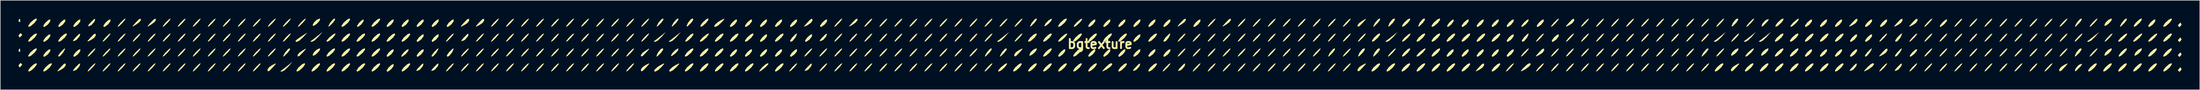
<source format=kicad_pcb>
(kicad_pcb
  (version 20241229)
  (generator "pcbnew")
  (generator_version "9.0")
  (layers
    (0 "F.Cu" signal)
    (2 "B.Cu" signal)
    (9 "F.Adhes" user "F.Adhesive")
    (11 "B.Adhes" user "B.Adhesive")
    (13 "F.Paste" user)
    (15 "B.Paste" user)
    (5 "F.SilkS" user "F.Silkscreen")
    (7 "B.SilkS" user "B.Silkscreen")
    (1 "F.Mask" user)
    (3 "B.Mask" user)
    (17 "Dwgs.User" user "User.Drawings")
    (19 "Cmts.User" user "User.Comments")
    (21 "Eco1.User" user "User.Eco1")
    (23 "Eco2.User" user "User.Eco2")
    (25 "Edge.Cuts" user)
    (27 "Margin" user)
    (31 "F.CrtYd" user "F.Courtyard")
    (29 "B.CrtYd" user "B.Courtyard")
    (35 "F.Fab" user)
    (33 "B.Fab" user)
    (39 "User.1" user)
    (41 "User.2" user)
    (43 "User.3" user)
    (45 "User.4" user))
  (footprint "bgtexture"
    (layer "F.Cu")
    (at 177.805 4.238)
    (property "Reference" "bgtexture" (at 0 0 0) (layer "F.SilkS") (effects (font (size 1.524 1.524) (thickness 0.3))))
    (attr through_hole)
    (fp_poly (pts (xy -177.565 -4.116) (xy -177.523 -3.697) (xy -177.565 -3.645) (xy -177.775 -3.694) (xy -177.8 -3.881) (xy -177.671 -4.171) (xy -177.565 -4.116)) (stroke (width 0.01) (type solid)) (fill yes) (layer "F.SilkS"))
    (fp_poly (pts (xy -177.565 0.823) (xy -177.523 1.242) (xy -177.565 1.294) (xy -177.775 1.245) (xy -177.8 1.058) (xy -177.671 0.768) (xy -177.565 0.823)) (stroke (width 0.01) (type solid)) (fill yes) (layer "F.SilkS"))
    (fp_poly (pts (xy -177.216 -1.548) (xy -177.271 -1.411) (xy -177.627 -1.073) (xy -177.798 -1.352) (xy -177.8 -1.411) (xy -177.529 -1.75) (xy -177.426 -1.764) (xy -177.216 -1.548)) (stroke (width 0.01) (type solid)) (fill yes) (layer "F.SilkS"))
    (fp_poly (pts (xy -177.216 3.391) (xy -177.271 3.528) (xy -177.588 3.864) (xy -177.644 3.881) (xy -177.796 3.608) (xy -177.8 3.528) (xy -177.529 3.189) (xy -177.426 3.175) (xy -177.216 3.391)) (stroke (width 0.01) (type solid)) (fill yes) (layer "F.SilkS"))
    (fp_poly (pts (xy -174.81 -4.019) (xy -175.154 -3.528) (xy -175.75 -3.001) (xy -176.145 -2.822) (xy -176.204 -3.037) (xy -175.86 -3.528) (xy -175.264 -4.055) (xy -174.868 -4.233) (xy -174.81 -4.019)) (stroke (width 0.01) (type solid)) (fill yes) (layer "F.SilkS"))
    (fp_poly (pts (xy -174.81 -1.549) (xy -175.154 -1.058) (xy -175.75 -0.531) (xy -176.145 -0.353) (xy -176.204 -0.568) (xy -175.86 -1.058) (xy -175.264 -1.585) (xy -174.868 -1.764) (xy -174.81 -1.549)) (stroke (width 0.01) (type solid)) (fill yes) (layer "F.SilkS"))
    (fp_poly (pts (xy -174.81 0.92) (xy -175.154 1.411) (xy -175.75 1.938) (xy -176.145 2.117) (xy -176.204 1.902) (xy -175.86 1.411) (xy -175.264 0.884) (xy -174.868 0.706) (xy -174.81 0.92)) (stroke (width 0.01) (type solid)) (fill yes) (layer "F.SilkS"))
    (fp_poly (pts (xy -174.81 3.39) (xy -175.154 3.881) (xy -175.75 4.408) (xy -176.145 4.586) (xy -176.204 4.371) (xy -175.86 3.881) (xy -175.264 3.354) (xy -174.868 3.175) (xy -174.81 3.39)) (stroke (width 0.01) (type solid)) (fill yes) (layer "F.SilkS"))
    (fp_poly (pts (xy -172.619 -3.703) (xy -173.004 -3.21) (xy -173.493 -2.861) (xy -173.665 -2.822) (xy -173.731 -3.037) (xy -173.388 -3.53) (xy -172.867 -3.992) (xy -172.578 -4.068) (xy -172.619 -3.703)) (stroke (width 0.01) (type solid)) (fill yes) (layer "F.SilkS"))
    (fp_poly (pts (xy -172.619 -1.234) (xy -173.004 -0.741) (xy -173.493 -0.391) (xy -173.665 -0.353) (xy -173.731 -0.567) (xy -173.388 -1.06) (xy -172.867 -1.523) (xy -172.578 -1.598) (xy -172.619 -1.234)) (stroke (width 0.01) (type solid)) (fill yes) (layer "F.SilkS"))
    (fp_poly (pts (xy -172.619 1.236) (xy -173.004 1.729) (xy -173.493 2.078) (xy -173.665 2.117) (xy -173.731 1.902) (xy -173.388 1.409) (xy -172.867 0.947) (xy -172.578 0.871) (xy -172.619 1.236)) (stroke (width 0.01) (type solid)) (fill yes) (layer "F.SilkS"))
    (fp_poly (pts (xy -172.34 3.39) (xy -172.685 3.881) (xy -173.281 4.408) (xy -173.676 4.586) (xy -173.735 4.371) (xy -173.39 3.881) (xy -172.794 3.354) (xy -172.399 3.175) (xy -172.34 3.39)) (stroke (width 0.01) (type solid)) (fill yes) (layer "F.SilkS"))
    (fp_poly (pts (xy -170.219 0.957) (xy -170.474 1.411) (xy -170.939 1.962) (xy -171.237 2.117) (xy -171.273 1.901) (xy -170.921 1.411) (xy -170.409 0.891) (xy -170.158 0.706) (xy -170.219 0.957)) (stroke (width 0.01) (type solid)) (fill yes) (layer "F.SilkS"))
    (fp_poly (pts (xy -170.15 -3.703) (xy -170.534 -3.21) (xy -171.024 -2.861) (xy -171.195 -2.822) (xy -171.262 -3.037) (xy -170.919 -3.53) (xy -170.397 -3.992) (xy -170.108 -4.068) (xy -170.15 -3.703)) (stroke (width 0.01) (type solid)) (fill yes) (layer "F.SilkS"))
    (fp_poly (pts (xy -170.039 3.515) (xy -170.317 3.919) (xy -170.833 4.272) (xy -171.371 4.538) (xy -171.384 4.431) (xy -170.954 3.932) (xy -170.365 3.321) (xy -170.095 3.226) (xy -170.039 3.515)) (stroke (width 0.01) (type solid)) (fill yes) (layer "F.SilkS"))
    (fp_poly (pts (xy -169.871 -1.549) (xy -170.215 -1.058) (xy -170.811 -0.531) (xy -171.207 -0.353) (xy -171.265 -0.568) (xy -170.921 -1.058) (xy -170.325 -1.585) (xy -169.93 -1.764) (xy -169.871 -1.549)) (stroke (width 0.01) (type solid)) (fill yes) (layer "F.SilkS"))
    (fp_poly (pts (xy -167.784 -1.262) (xy -168.261 -0.7) (xy -168.547 -0.541) (xy -168.876 -0.47) (xy -168.718 -0.754) (xy -168.465 -1.043) (xy -167.875 -1.641) (xy -167.67 -1.685) (xy -167.784 -1.262)) (stroke (width 0.01) (type solid)) (fill yes) (layer "F.SilkS"))
    (fp_poly (pts (xy -167.784 3.677) (xy -168.261 4.239) (xy -168.547 4.398) (xy -168.876 4.468) (xy -168.718 4.185) (xy -168.465 3.896) (xy -167.875 3.298) (xy -167.67 3.254) (xy -167.784 3.677)) (stroke (width 0.01) (type solid)) (fill yes) (layer "F.SilkS"))
    (fp_poly (pts (xy -167.68 -3.703) (xy -168.065 -3.21) (xy -168.554 -2.861) (xy -168.726 -2.822) (xy -168.792 -3.037) (xy -168.449 -3.53) (xy -167.928 -3.992) (xy -167.639 -4.068) (xy -167.68 -3.703)) (stroke (width 0.01) (type solid)) (fill yes) (layer "F.SilkS"))
    (fp_poly (pts (xy -167.68 1.236) (xy -168.065 1.729) (xy -168.554 2.078) (xy -168.726 2.117) (xy -168.792 1.902) (xy -168.449 1.409) (xy -167.928 0.947) (xy -167.639 0.871) (xy -167.68 1.236)) (stroke (width 0.01) (type solid)) (fill yes) (layer "F.SilkS"))
    (fp_poly (pts (xy -165.315 -3.731) (xy -165.792 -3.169) (xy -166.078 -3.011) (xy -166.406 -2.94) (xy -166.249 -3.223) (xy -165.996 -3.513) (xy -165.406 -4.11) (xy -165.201 -4.155) (xy -165.315 -3.731)) (stroke (width 0.01) (type solid)) (fill yes) (layer "F.SilkS"))
    (fp_poly (pts (xy -165.239 0.926) (xy -165.629 1.411) (xy -166.159 1.933) (xy -166.444 2.117) (xy -166.372 1.896) (xy -165.982 1.411) (xy -165.452 0.889) (xy -165.167 0.706) (xy -165.239 0.926)) (stroke (width 0.01) (type solid)) (fill yes) (layer "F.SilkS"))
    (fp_poly (pts (xy -165.239 3.395) (xy -165.629 3.881) (xy -166.159 4.402) (xy -166.444 4.586) (xy -166.372 4.366) (xy -165.982 3.881) (xy -165.452 3.359) (xy -165.167 3.175) (xy -165.239 3.395)) (stroke (width 0.01) (type solid)) (fill yes) (layer "F.SilkS"))
    (fp_poly (pts (xy -165.1 -1.424) (xy -165.378 -1.02) (xy -165.894 -0.667) (xy -166.432 -0.401) (xy -166.445 -0.508) (xy -166.015 -1.007) (xy -165.426 -1.617) (xy -165.156 -1.713) (xy -165.1 -1.424)) (stroke (width 0.01) (type solid)) (fill yes) (layer "F.SilkS"))
    (fp_poly (pts (xy -162.769 -1.544) (xy -163.16 -1.058) (xy -163.69 -0.537) (xy -163.975 -0.353) (xy -163.903 -0.573) (xy -163.513 -1.058) (xy -162.982 -1.58) (xy -162.698 -1.764) (xy -162.769 -1.544)) (stroke (width 0.01) (type solid)) (fill yes) (layer "F.SilkS"))
    (fp_poly (pts (xy -162.769 0.926) (xy -163.16 1.411) (xy -163.69 1.933) (xy -163.975 2.117) (xy -163.903 1.896) (xy -163.513 1.411) (xy -162.982 0.889) (xy -162.698 0.706) (xy -162.769 0.926)) (stroke (width 0.01) (type solid)) (fill yes) (layer "F.SilkS"))
    (fp_poly (pts (xy -162.769 3.395) (xy -163.16 3.881) (xy -163.69 4.402) (xy -163.975 4.586) (xy -163.903 4.366) (xy -163.513 3.881) (xy -162.982 3.359) (xy -162.698 3.175) (xy -162.769 3.395)) (stroke (width 0.01) (type solid)) (fill yes) (layer "F.SilkS"))
    (fp_poly (pts (xy -162.741 -3.703) (xy -163.126 -3.21) (xy -163.616 -2.861) (xy -163.787 -2.822) (xy -163.853 -3.037) (xy -163.511 -3.53) (xy -162.989 -3.992) (xy -162.7 -4.068) (xy -162.741 -3.703)) (stroke (width 0.01) (type solid)) (fill yes) (layer "F.SilkS"))
    (fp_poly (pts (xy -160.3 -4.013) (xy -160.69 -3.528) (xy -161.22 -3.006) (xy -161.505 -2.822) (xy -161.434 -3.043) (xy -161.043 -3.528) (xy -160.513 -4.05) (xy -160.228 -4.233) (xy -160.3 -4.013)) (stroke (width 0.01) (type solid)) (fill yes) (layer "F.SilkS"))
    (fp_poly (pts (xy -160.3 -1.544) (xy -160.69 -1.058) (xy -161.22 -0.537) (xy -161.505 -0.353) (xy -161.434 -0.573) (xy -161.043 -1.058) (xy -160.513 -1.58) (xy -160.228 -1.764) (xy -160.3 -1.544)) (stroke (width 0.01) (type solid)) (fill yes) (layer "F.SilkS"))
    (fp_poly (pts (xy -160.3 0.926) (xy -160.69 1.411) (xy -161.22 1.933) (xy -161.505 2.117) (xy -161.434 1.896) (xy -161.043 1.411) (xy -160.513 0.889) (xy -160.228 0.706) (xy -160.3 0.926)) (stroke (width 0.01) (type solid)) (fill yes) (layer "F.SilkS"))
    (fp_poly (pts (xy -160.3 3.395) (xy -160.69 3.881) (xy -161.22 4.402) (xy -161.505 4.586) (xy -161.434 4.366) (xy -161.043 3.881) (xy -160.513 3.359) (xy -160.228 3.175) (xy -160.3 3.395)) (stroke (width 0.01) (type solid)) (fill yes) (layer "F.SilkS"))
    (fp_poly (pts (xy -157.83 -1.544) (xy -158.221 -1.058) (xy -158.751 -0.537) (xy -159.036 -0.353) (xy -158.964 -0.573) (xy -158.574 -1.058) (xy -158.043 -1.58) (xy -157.759 -1.764) (xy -157.83 -1.544)) (stroke (width 0.01) (type solid)) (fill yes) (layer "F.SilkS"))
    (fp_poly (pts (xy -157.83 0.926) (xy -158.221 1.411) (xy -158.751 1.933) (xy -159.036 2.117) (xy -158.964 1.896) (xy -158.574 1.411) (xy -158.043 0.889) (xy -157.759 0.706) (xy -157.83 0.926)) (stroke (width 0.01) (type solid)) (fill yes) (layer "F.SilkS"))
    (fp_poly (pts (xy -157.83 3.395) (xy -158.221 3.881) (xy -158.751 4.402) (xy -159.036 4.586) (xy -158.964 4.366) (xy -158.574 3.881) (xy -158.043 3.359) (xy -157.759 3.175) (xy -157.83 3.395)) (stroke (width 0.01) (type solid)) (fill yes) (layer "F.SilkS"))
    (fp_poly (pts (xy -157.692 -3.965) (xy -157.959 -3.601) (xy -158.485 -3.21) (xy -159.024 -2.893) (xy -159.038 -2.98) (xy -158.607 -3.478) (xy -158.011 -4.091) (xy -157.74 -4.19) (xy -157.692 -3.965)) (stroke (width 0.01) (type solid)) (fill yes) (layer "F.SilkS"))
    (fp_poly (pts (xy -155.361 -1.544) (xy -155.751 -1.058) (xy -156.282 -0.537) (xy -156.566 -0.353) (xy -156.495 -0.573) (xy -156.104 -1.058) (xy -155.574 -1.58) (xy -155.289 -1.764) (xy -155.361 -1.544)) (stroke (width 0.01) (type solid)) (fill yes) (layer "F.SilkS"))
    (fp_poly (pts (xy -155.361 0.926) (xy -155.751 1.411) (xy -156.282 1.933) (xy -156.566 2.117) (xy -156.495 1.896) (xy -156.104 1.411) (xy -155.574 0.889) (xy -155.289 0.706) (xy -155.361 0.926)) (stroke (width 0.01) (type solid)) (fill yes) (layer "F.SilkS"))
    (fp_poly (pts (xy -155.361 3.395) (xy -155.751 3.881) (xy -156.282 4.402) (xy -156.566 4.586) (xy -156.495 4.366) (xy -156.104 3.881) (xy -155.574 3.359) (xy -155.289 3.175) (xy -155.361 3.395)) (stroke (width 0.01) (type solid)) (fill yes) (layer "F.SilkS"))
    (fp_poly (pts (xy -155.222 -3.965) (xy -155.489 -3.601) (xy -156.016 -3.21) (xy -156.555 -2.893) (xy -156.568 -2.98) (xy -156.138 -3.478) (xy -155.542 -4.091) (xy -155.271 -4.19) (xy -155.222 -3.965)) (stroke (width 0.01) (type solid)) (fill yes) (layer "F.SilkS"))
    (fp_poly (pts (xy -152.891 -4.013) (xy -153.282 -3.528) (xy -153.812 -3.006) (xy -154.097 -2.822) (xy -154.025 -3.043) (xy -153.635 -3.528) (xy -153.105 -4.05) (xy -152.82 -4.233) (xy -152.891 -4.013)) (stroke (width 0.01) (type solid)) (fill yes) (layer "F.SilkS"))
    (fp_poly (pts (xy -152.891 -1.544) (xy -153.282 -1.058) (xy -153.812 -0.537) (xy -154.097 -0.353) (xy -154.025 -0.573) (xy -153.635 -1.058) (xy -153.105 -1.58) (xy -152.82 -1.764) (xy -152.891 -1.544)) (stroke (width 0.01) (type solid)) (fill yes) (layer "F.SilkS"))
    (fp_poly (pts (xy -152.891 0.926) (xy -153.282 1.411) (xy -153.812 1.933) (xy -154.097 2.117) (xy -154.025 1.896) (xy -153.635 1.411) (xy -153.105 0.889) (xy -152.82 0.706) (xy -152.891 0.926)) (stroke (width 0.01) (type solid)) (fill yes) (layer "F.SilkS"))
    (fp_poly (pts (xy -152.891 3.395) (xy -153.282 3.881) (xy -153.812 4.402) (xy -154.097 4.586) (xy -154.025 4.366) (xy -153.635 3.881) (xy -153.105 3.359) (xy -152.82 3.175) (xy -152.891 3.395)) (stroke (width 0.01) (type solid)) (fill yes) (layer "F.SilkS"))
    (fp_poly (pts (xy -150.422 -4.013) (xy -150.813 -3.528) (xy -151.343 -3.006) (xy -151.627 -2.822) (xy -151.556 -3.043) (xy -151.165 -3.528) (xy -150.635 -4.05) (xy -150.35 -4.233) (xy -150.422 -4.013)) (stroke (width 0.01) (type solid)) (fill yes) (layer "F.SilkS"))
    (fp_poly (pts (xy -150.422 -1.544) (xy -150.813 -1.058) (xy -151.343 -0.537) (xy -151.627 -0.353) (xy -151.556 -0.573) (xy -151.165 -1.058) (xy -150.635 -1.58) (xy -150.35 -1.764) (xy -150.422 -1.544)) (stroke (width 0.01) (type solid)) (fill yes) (layer "F.SilkS"))
    (fp_poly (pts (xy -150.422 0.926) (xy -150.813 1.411) (xy -151.343 1.933) (xy -151.627 2.117) (xy -151.556 1.896) (xy -151.165 1.411) (xy -150.635 0.889) (xy -150.35 0.706) (xy -150.422 0.926)) (stroke (width 0.01) (type solid)) (fill yes) (layer "F.SilkS"))
    (fp_poly (pts (xy -150.422 3.395) (xy -150.813 3.881) (xy -151.343 4.402) (xy -151.627 4.586) (xy -151.556 4.366) (xy -151.165 3.881) (xy -150.635 3.359) (xy -150.35 3.175) (xy -150.422 3.395)) (stroke (width 0.01) (type solid)) (fill yes) (layer "F.SilkS"))
    (fp_poly (pts (xy -147.953 -4.013) (xy -148.343 -3.528) (xy -148.873 -3.006) (xy -149.158 -2.822) (xy -149.086 -3.043) (xy -148.696 -3.528) (xy -148.166 -4.05) (xy -147.881 -4.233) (xy -147.953 -4.013)) (stroke (width 0.01) (type solid)) (fill yes) (layer "F.SilkS"))
    (fp_poly (pts (xy -147.953 -1.544) (xy -148.343 -1.058) (xy -148.873 -0.537) (xy -149.158 -0.353) (xy -149.086 -0.573) (xy -148.696 -1.058) (xy -148.166 -1.58) (xy -147.881 -1.764) (xy -147.953 -1.544)) (stroke (width 0.01) (type solid)) (fill yes) (layer "F.SilkS"))
    (fp_poly (pts (xy -147.953 0.926) (xy -148.343 1.411) (xy -148.873 1.933) (xy -149.158 2.117) (xy -149.086 1.896) (xy -148.696 1.411) (xy -148.166 0.889) (xy -147.881 0.706) (xy -147.953 0.926)) (stroke (width 0.01) (type solid)) (fill yes) (layer "F.SilkS"))
    (fp_poly (pts (xy -147.953 3.395) (xy -148.343 3.881) (xy -148.873 4.402) (xy -149.158 4.586) (xy -149.086 4.366) (xy -148.696 3.881) (xy -148.166 3.359) (xy -147.881 3.175) (xy -147.953 3.395)) (stroke (width 0.01) (type solid)) (fill yes) (layer "F.SilkS"))
    (fp_poly (pts (xy -145.483 -4.013) (xy -145.874 -3.528) (xy -146.404 -3.006) (xy -146.689 -2.822) (xy -146.617 -3.043) (xy -146.226 -3.528) (xy -145.696 -4.05) (xy -145.411 -4.233) (xy -145.483 -4.013)) (stroke (width 0.01) (type solid)) (fill yes) (layer "F.SilkS"))
    (fp_poly (pts (xy -145.483 -1.544) (xy -145.874 -1.058) (xy -146.404 -0.537) (xy -146.689 -0.353) (xy -146.617 -0.573) (xy -146.226 -1.058) (xy -145.696 -1.58) (xy -145.411 -1.764) (xy -145.483 -1.544)) (stroke (width 0.01) (type solid)) (fill yes) (layer "F.SilkS"))
    (fp_poly (pts (xy -145.483 0.926) (xy -145.874 1.411) (xy -146.404 1.933) (xy -146.689 2.117) (xy -146.617 1.896) (xy -146.226 1.411) (xy -145.696 0.889) (xy -145.411 0.706) (xy -145.483 0.926)) (stroke (width 0.01) (type solid)) (fill yes) (layer "F.SilkS"))
    (fp_poly (pts (xy -145.483 3.395) (xy -145.874 3.881) (xy -146.404 4.402) (xy -146.689 4.586) (xy -146.617 4.366) (xy -146.226 3.881) (xy -145.696 3.359) (xy -145.411 3.175) (xy -145.483 3.395)) (stroke (width 0.01) (type solid)) (fill yes) (layer "F.SilkS"))
    (fp_poly (pts (xy -143.014 -4.013) (xy -143.404 -3.528) (xy -143.934 -3.006) (xy -144.219 -2.822) (xy -144.147 -3.043) (xy -143.757 -3.528) (xy -143.227 -4.05) (xy -142.942 -4.233) (xy -143.014 -4.013)) (stroke (width 0.01) (type solid)) (fill yes) (layer "F.SilkS"))
    (fp_poly (pts (xy -143.014 -1.544) (xy -143.404 -1.058) (xy -143.934 -0.537) (xy -144.219 -0.353) (xy -144.147 -0.573) (xy -143.757 -1.058) (xy -143.227 -1.58) (xy -142.942 -1.764) (xy -143.014 -1.544)) (stroke (width 0.01) (type solid)) (fill yes) (layer "F.SilkS"))
    (fp_poly (pts (xy -143.014 0.926) (xy -143.404 1.411) (xy -143.934 1.933) (xy -144.219 2.117) (xy -144.147 1.896) (xy -143.757 1.411) (xy -143.227 0.889) (xy -142.942 0.706) (xy -143.014 0.926)) (stroke (width 0.01) (type solid)) (fill yes) (layer "F.SilkS"))
    (fp_poly (pts (xy -143.014 3.395) (xy -143.404 3.881) (xy -143.934 4.402) (xy -144.219 4.586) (xy -144.147 4.366) (xy -143.757 3.881) (xy -143.227 3.359) (xy -142.942 3.175) (xy -143.014 3.395)) (stroke (width 0.01) (type solid)) (fill yes) (layer "F.SilkS"))
    (fp_poly (pts (xy -140.544 -4.013) (xy -140.935 -3.528) (xy -141.465 -3.006) (xy -141.75 -2.822) (xy -141.678 -3.043) (xy -141.287 -3.528) (xy -140.757 -4.05) (xy -140.473 -4.233) (xy -140.544 -4.013)) (stroke (width 0.01) (type solid)) (fill yes) (layer "F.SilkS"))
    (fp_poly (pts (xy -140.544 -1.544) (xy -140.935 -1.058) (xy -141.465 -0.537) (xy -141.75 -0.353) (xy -141.678 -0.573) (xy -141.287 -1.058) (xy -140.757 -1.58) (xy -140.473 -1.764) (xy -140.544 -1.544)) (stroke (width 0.01) (type solid)) (fill yes) (layer "F.SilkS"))
    (fp_poly (pts (xy -140.544 0.926) (xy -140.935 1.411) (xy -141.465 1.933) (xy -141.75 2.117) (xy -141.678 1.896) (xy -141.287 1.411) (xy -140.757 0.889) (xy -140.473 0.706) (xy -140.544 0.926)) (stroke (width 0.01) (type solid)) (fill yes) (layer "F.SilkS"))
    (fp_poly (pts (xy -140.544 3.395) (xy -140.935 3.881) (xy -141.465 4.402) (xy -141.75 4.586) (xy -141.678 4.366) (xy -141.287 3.881) (xy -140.757 3.359) (xy -140.473 3.175) (xy -140.544 3.395)) (stroke (width 0.01) (type solid)) (fill yes) (layer "F.SilkS"))
    (fp_poly (pts (xy -138.075 -4.013) (xy -138.465 -3.528) (xy -138.995 -3.006) (xy -139.28 -2.822) (xy -139.209 -3.043) (xy -138.818 -3.528) (xy -138.288 -4.05) (xy -138.003 -4.233) (xy -138.075 -4.013)) (stroke (width 0.01) (type solid)) (fill yes) (layer "F.SilkS"))
    (fp_poly (pts (xy -138.075 -1.544) (xy -138.465 -1.058) (xy -138.995 -0.537) (xy -139.28 -0.353) (xy -139.209 -0.573) (xy -138.818 -1.058) (xy -138.288 -1.58) (xy -138.003 -1.764) (xy -138.075 -1.544)) (stroke (width 0.01) (type solid)) (fill yes) (layer "F.SilkS"))
    (fp_poly (pts (xy -138.075 0.926) (xy -138.465 1.411) (xy -138.995 1.933) (xy -139.28 2.117) (xy -139.209 1.896) (xy -138.818 1.411) (xy -138.288 0.889) (xy -138.003 0.706) (xy -138.075 0.926)) (stroke (width 0.01) (type solid)) (fill yes) (layer "F.SilkS"))
    (fp_poly (pts (xy -138.075 3.395) (xy -138.465 3.881) (xy -138.995 4.402) (xy -139.28 4.586) (xy -139.209 4.366) (xy -138.818 3.881) (xy -138.288 3.359) (xy -138.003 3.175) (xy -138.075 3.395)) (stroke (width 0.01) (type solid)) (fill yes) (layer "F.SilkS"))
    (fp_poly (pts (xy -135.605 -4.013) (xy -135.996 -3.528) (xy -136.526 -3.006) (xy -136.811 -2.822) (xy -136.739 -3.043) (xy -136.349 -3.528) (xy -135.818 -4.05) (xy -135.534 -4.233) (xy -135.605 -4.013)) (stroke (width 0.01) (type solid)) (fill yes) (layer "F.SilkS"))
    (fp_poly (pts (xy -135.605 -1.544) (xy -135.996 -1.058) (xy -136.526 -0.537) (xy -136.811 -0.353) (xy -136.739 -0.573) (xy -136.349 -1.058) (xy -135.818 -1.58) (xy -135.534 -1.764) (xy -135.605 -1.544)) (stroke (width 0.01) (type solid)) (fill yes) (layer "F.SilkS"))
    (fp_poly (pts (xy -135.605 0.926) (xy -135.996 1.411) (xy -136.526 1.933) (xy -136.811 2.117) (xy -136.739 1.896) (xy -136.349 1.411) (xy -135.818 0.889) (xy -135.534 0.706) (xy -135.605 0.926)) (stroke (width 0.01) (type solid)) (fill yes) (layer "F.SilkS"))
    (fp_poly (pts (xy -135.533 3.33) (xy -135.962 3.829) (xy -136.552 4.44) (xy -136.821 4.535) (xy -136.878 4.246) (xy -136.6 3.842) (xy -136.084 3.489) (xy -135.546 3.223) (xy -135.533 3.33)) (stroke (width 0.01) (type solid)) (fill yes) (layer "F.SilkS"))
    (fp_poly (pts (xy -133.174 0.921) (xy -133.526 1.411) (xy -134.038 1.931) (xy -134.29 2.117) (xy -134.228 1.865) (xy -133.974 1.411) (xy -133.508 0.86) (xy -133.21 0.706) (xy -133.174 0.921)) (stroke (width 0.01) (type solid)) (fill yes) (layer "F.SilkS"))
    (fp_poly (pts (xy -133.136 -4.013) (xy -133.526 -3.528) (xy -134.057 -3.006) (xy -134.341 -2.822) (xy -134.27 -3.043) (xy -133.879 -3.528) (xy -133.349 -4.05) (xy -133.064 -4.233) (xy -133.136 -4.013)) (stroke (width 0.01) (type solid)) (fill yes) (layer "F.SilkS"))
    (fp_poly (pts (xy -133.136 -1.544) (xy -133.526 -1.058) (xy -134.057 -0.537) (xy -134.341 -0.353) (xy -134.27 -0.573) (xy -133.879 -1.058) (xy -133.349 -1.58) (xy -133.064 -1.764) (xy -133.136 -1.544)) (stroke (width 0.01) (type solid)) (fill yes) (layer "F.SilkS"))
    (fp_poly (pts (xy -131.023 -1.113) (xy -131.639 -0.552) (xy -132.123 -0.329) (xy -132.292 -0.489) (xy -132.028 -0.751) (xy -131.387 -1.206) (xy -131.322 -1.249) (xy -130.351 -1.873) (xy -131.023 -1.113)) (stroke (width 0.01) (type solid)) (fill yes) (layer "F.SilkS"))
    (fp_poly (pts (xy -130.713 3.39) (xy -131.057 3.881) (xy -131.653 4.408) (xy -132.048 4.586) (xy -132.107 4.371) (xy -131.762 3.881) (xy -131.167 3.354) (xy -130.771 3.175) (xy -130.713 3.39)) (stroke (width 0.01) (type solid)) (fill yes) (layer "F.SilkS"))
    (fp_poly (pts (xy -130.666 -4.013) (xy -131.057 -3.528) (xy -131.587 -3.006) (xy -131.872 -2.822) (xy -131.8 -3.043) (xy -131.41 -3.528) (xy -130.88 -4.05) (xy -130.595 -4.233) (xy -130.666 -4.013)) (stroke (width 0.01) (type solid)) (fill yes) (layer "F.SilkS"))
    (fp_poly (pts (xy -130.593 0.864) (xy -131.023 1.361) (xy -131.619 1.975) (xy -131.891 2.073) (xy -131.939 1.849) (xy -131.672 1.485) (xy -131.145 1.093) (xy -130.606 0.776) (xy -130.593 0.864)) (stroke (width 0.01) (type solid)) (fill yes) (layer "F.SilkS"))
    (fp_poly (pts (xy -128.243 3.39) (xy -128.588 3.881) (xy -129.183 4.408) (xy -129.579 4.586) (xy -129.637 4.371) (xy -129.293 3.881) (xy -128.697 3.354) (xy -128.302 3.175) (xy -128.243 3.39)) (stroke (width 0.01) (type solid)) (fill yes) (layer "F.SilkS"))
    (fp_poly (pts (xy -128.224 -4.164) (xy -128.325 -3.836) (xy -128.762 -3.353) (xy -129.268 -3.006) (xy -129.469 -3.077) (xy -129.253 -3.543) (xy -128.784 -3.998) (xy -128.336 -4.204) (xy -128.224 -4.164)) (stroke (width 0.01) (type solid)) (fill yes) (layer "F.SilkS"))
    (fp_poly (pts (xy -128.224 0.775) (xy -128.325 1.103) (xy -128.762 1.586) (xy -129.268 1.933) (xy -129.469 1.862) (xy -129.253 1.396) (xy -128.784 0.941) (xy -128.336 0.735) (xy -128.224 0.775)) (stroke (width 0.01) (type solid)) (fill yes) (layer "F.SilkS"))
    (fp_poly (pts (xy -125.774 0.92) (xy -126.118 1.411) (xy -126.714 1.938) (xy -127.109 2.117) (xy -127.168 1.902) (xy -126.824 1.411) (xy -126.228 0.884) (xy -125.832 0.706) (xy -125.774 0.92)) (stroke (width 0.01) (type solid)) (fill yes) (layer "F.SilkS"))
    (fp_poly (pts (xy -125.774 3.39) (xy -126.118 3.881) (xy -126.714 4.408) (xy -127.109 4.586) (xy -127.168 4.371) (xy -126.824 3.881) (xy -126.228 3.354) (xy -125.832 3.175) (xy -125.774 3.39)) (stroke (width 0.01) (type solid)) (fill yes) (layer "F.SilkS"))
    (fp_poly (pts (xy -125.766 -4.018) (xy -126.118 -3.528) (xy -126.701 -2.943) (xy -126.886 -2.898) (xy -126.647 -3.394) (xy -126.565 -3.528) (xy -126.1 -4.079) (xy -125.802 -4.233) (xy -125.766 -4.018)) (stroke (width 0.01) (type solid)) (fill yes) (layer "F.SilkS"))
    (fp_poly (pts (xy -123.304 -4.019) (xy -123.649 -3.528) (xy -124.244 -3.001) (xy -124.64 -2.822) (xy -124.698 -3.037) (xy -124.354 -3.528) (xy -123.758 -4.055) (xy -123.363 -4.233) (xy -123.304 -4.019)) (stroke (width 0.01) (type solid)) (fill yes) (layer "F.SilkS"))
    (fp_poly (pts (xy -123.304 -1.549) (xy -123.649 -1.058) (xy -124.244 -0.531) (xy -124.64 -0.353) (xy -124.698 -0.568) (xy -124.354 -1.058) (xy -123.758 -1.585) (xy -123.363 -1.764) (xy -123.304 -1.549)) (stroke (width 0.01) (type solid)) (fill yes) (layer "F.SilkS"))
    (fp_poly (pts (xy -123.304 0.92) (xy -123.649 1.411) (xy -124.244 1.938) (xy -124.64 2.117) (xy -124.698 1.902) (xy -124.354 1.411) (xy -123.758 0.884) (xy -123.363 0.706) (xy -123.304 0.92)) (stroke (width 0.01) (type solid)) (fill yes) (layer "F.SilkS"))
    (fp_poly (pts (xy -123.304 3.39) (xy -123.649 3.881) (xy -124.244 4.408) (xy -124.64 4.586) (xy -124.698 4.371) (xy -124.354 3.881) (xy -123.758 3.354) (xy -123.363 3.175) (xy -123.304 3.39)) (stroke (width 0.01) (type solid)) (fill yes) (layer "F.SilkS"))
    (fp_poly (pts (xy -121.114 -3.703) (xy -121.492 -3.21) (xy -121.953 -2.859) (xy -122.101 -2.822) (xy -122.135 -3.043) (xy -121.812 -3.517) (xy -121.319 -3.98) (xy -121.06 -4.055) (xy -121.114 -3.703)) (stroke (width 0.01) (type solid)) (fill yes) (layer "F.SilkS"))
    (fp_poly (pts (xy -120.835 -1.549) (xy -121.179 -1.058) (xy -121.775 -0.531) (xy -122.17 -0.353) (xy -122.229 -0.568) (xy -121.885 -1.058) (xy -121.289 -1.585) (xy -120.893 -1.764) (xy -120.835 -1.549)) (stroke (width 0.01) (type solid)) (fill yes) (layer "F.SilkS"))
    (fp_poly (pts (xy -120.835 0.92) (xy -121.179 1.411) (xy -121.775 1.938) (xy -122.17 2.117) (xy -122.229 1.902) (xy -121.885 1.411) (xy -121.289 0.884) (xy -120.893 0.706) (xy -120.835 0.92)) (stroke (width 0.01) (type solid)) (fill yes) (layer "F.SilkS"))
    (fp_poly (pts (xy -120.835 3.39) (xy -121.179 3.881) (xy -121.775 4.408) (xy -122.17 4.586) (xy -122.229 4.371) (xy -121.885 3.881) (xy -121.289 3.354) (xy -120.893 3.175) (xy -120.835 3.39)) (stroke (width 0.01) (type solid)) (fill yes) (layer "F.SilkS"))
    (fp_poly (pts (xy -118.365 -4.019) (xy -118.71 -3.528) (xy -119.306 -3.001) (xy -119.701 -2.822) (xy -119.76 -3.037) (xy -119.415 -3.528) (xy -118.819 -4.055) (xy -118.424 -4.233) (xy -118.365 -4.019)) (stroke (width 0.01) (type solid)) (fill yes) (layer "F.SilkS"))
    (fp_poly (pts (xy -118.365 -1.549) (xy -118.71 -1.058) (xy -119.306 -0.531) (xy -119.701 -0.353) (xy -119.76 -0.568) (xy -119.415 -1.058) (xy -118.819 -1.585) (xy -118.424 -1.764) (xy -118.365 -1.549)) (stroke (width 0.01) (type solid)) (fill yes) (layer "F.SilkS"))
    (fp_poly (pts (xy -118.365 0.92) (xy -118.71 1.411) (xy -119.306 1.938) (xy -119.701 2.117) (xy -119.76 1.902) (xy -119.415 1.411) (xy -118.819 0.884) (xy -118.424 0.706) (xy -118.365 0.92)) (stroke (width 0.01) (type solid)) (fill yes) (layer "F.SilkS"))
    (fp_poly (pts (xy -118.365 3.39) (xy -118.71 3.881) (xy -119.306 4.408) (xy -119.701 4.586) (xy -119.76 4.371) (xy -119.415 3.881) (xy -118.819 3.354) (xy -118.424 3.175) (xy -118.365 3.39)) (stroke (width 0.01) (type solid)) (fill yes) (layer "F.SilkS"))
    (fp_poly (pts (xy -116.175 -3.703) (xy -116.559 -3.21) (xy -117.049 -2.861) (xy -117.22 -2.822) (xy -117.287 -3.037) (xy -116.944 -3.53) (xy -116.422 -3.992) (xy -116.133 -4.068) (xy -116.175 -3.703)) (stroke (width 0.01) (type solid)) (fill yes) (layer "F.SilkS"))
    (fp_poly (pts (xy -116.175 1.236) (xy -116.559 1.729) (xy -117.049 2.078) (xy -117.22 2.117) (xy -117.287 1.902) (xy -116.944 1.409) (xy -116.422 0.947) (xy -116.133 0.871) (xy -116.175 1.236)) (stroke (width 0.01) (type solid)) (fill yes) (layer "F.SilkS"))
    (fp_poly (pts (xy -116.175 3.705) (xy -116.559 4.198) (xy -117.049 4.548) (xy -117.22 4.586) (xy -117.287 4.372) (xy -116.944 3.878) (xy -116.422 3.416) (xy -116.133 3.341) (xy -116.175 3.705)) (stroke (width 0.01) (type solid)) (fill yes) (layer "F.SilkS"))
    (fp_poly (pts (xy -115.896 -1.549) (xy -116.24 -1.058) (xy -116.836 -0.531) (xy -117.232 -0.353) (xy -117.29 -0.568) (xy -116.946 -1.058) (xy -116.35 -1.585) (xy -115.955 -1.764) (xy -115.896 -1.549)) (stroke (width 0.01) (type solid)) (fill yes) (layer "F.SilkS"))
    (fp_poly (pts (xy -113.755 1.189) (xy -114.162 1.67) (xy -114.648 2.048) (xy -114.859 2.117) (xy -114.846 1.899) (xy -114.474 1.409) (xy -113.955 0.944) (xy -113.672 0.863) (xy -113.755 1.189)) (stroke (width 0.01) (type solid)) (fill yes) (layer "F.SilkS"))
    (fp_poly (pts (xy -113.705 -3.703) (xy -114.09 -3.21) (xy -114.579 -2.861) (xy -114.751 -2.822) (xy -114.817 -3.037) (xy -114.474 -3.53) (xy -113.953 -3.992) (xy -113.664 -4.068) (xy -113.705 -3.703)) (stroke (width 0.01) (type solid)) (fill yes) (layer "F.SilkS"))
    (fp_poly (pts (xy -113.427 -1.549) (xy -113.771 -1.058) (xy -114.367 -0.531) (xy -114.762 -0.353) (xy -114.821 -0.568) (xy -114.476 -1.058) (xy -113.881 -1.585) (xy -113.485 -1.764) (xy -113.427 -1.549)) (stroke (width 0.01) (type solid)) (fill yes) (layer "F.SilkS"))
    (fp_poly (pts (xy -113.427 3.39) (xy -113.771 3.881) (xy -114.367 4.408) (xy -114.762 4.586) (xy -114.821 4.371) (xy -114.476 3.881) (xy -113.881 3.354) (xy -113.485 3.175) (xy -113.427 3.39)) (stroke (width 0.01) (type solid)) (fill yes) (layer "F.SilkS"))
    (fp_poly (pts (xy -111.34 3.677) (xy -111.817 4.239) (xy -112.103 4.398) (xy -112.431 4.468) (xy -112.274 4.185) (xy -112.021 3.896) (xy -111.431 3.298) (xy -111.226 3.254) (xy -111.34 3.677)) (stroke (width 0.01) (type solid)) (fill yes) (layer "F.SilkS"))
    (fp_poly (pts (xy -111.236 -3.703) (xy -111.62 -3.21) (xy -112.11 -2.861) (xy -112.281 -2.822) (xy -112.348 -3.037) (xy -112.005 -3.53) (xy -111.483 -3.992) (xy -111.194 -4.068) (xy -111.236 -3.703)) (stroke (width 0.01) (type solid)) (fill yes) (layer "F.SilkS"))
    (fp_poly (pts (xy -111.236 -1.234) (xy -111.62 -0.741) (xy -112.11 -0.391) (xy -112.281 -0.353) (xy -112.348 -0.567) (xy -112.005 -1.06) (xy -111.483 -1.523) (xy -111.194 -1.598) (xy -111.236 -1.234)) (stroke (width 0.01) (type solid)) (fill yes) (layer "F.SilkS"))
    (fp_poly (pts (xy -111.236 1.236) (xy -111.62 1.729) (xy -112.11 2.078) (xy -112.281 2.117) (xy -112.348 1.902) (xy -112.005 1.409) (xy -111.483 0.947) (xy -111.194 0.871) (xy -111.236 1.236)) (stroke (width 0.01) (type solid)) (fill yes) (layer "F.SilkS"))
    (fp_poly (pts (xy -108.87 3.677) (xy -109.347 4.239) (xy -109.633 4.398) (xy -109.962 4.468) (xy -109.805 4.185) (xy -109.551 3.896) (xy -108.961 3.298) (xy -108.757 3.254) (xy -108.87 3.677)) (stroke (width 0.01) (type solid)) (fill yes) (layer "F.SilkS"))
    (fp_poly (pts (xy -108.836 0.957) (xy -109.09 1.411) (xy -109.556 1.962) (xy -109.853 2.117) (xy -109.89 1.901) (xy -109.537 1.411) (xy -109.026 0.891) (xy -108.774 0.706) (xy -108.836 0.957)) (stroke (width 0.01) (type solid)) (fill yes) (layer "F.SilkS"))
    (fp_poly (pts (xy -108.766 -3.703) (xy -109.151 -3.21) (xy -109.641 -2.861) (xy -109.812 -2.822) (xy -109.878 -3.037) (xy -109.536 -3.53) (xy -109.014 -3.992) (xy -108.725 -4.068) (xy -108.766 -3.703)) (stroke (width 0.01) (type solid)) (fill yes) (layer "F.SilkS"))
    (fp_poly (pts (xy -108.766 -1.234) (xy -109.151 -0.741) (xy -109.641 -0.391) (xy -109.812 -0.353) (xy -109.878 -0.567) (xy -109.536 -1.06) (xy -109.014 -1.523) (xy -108.725 -1.598) (xy -108.766 -1.234)) (stroke (width 0.01) (type solid)) (fill yes) (layer "F.SilkS"))
    (fp_poly (pts (xy -106.331 0.966) (xy -106.539 1.411) (xy -106.993 1.97) (xy -107.312 2.117) (xy -107.401 1.903) (xy -107.068 1.411) (xy -106.553 0.891) (xy -106.295 0.706) (xy -106.331 0.966)) (stroke (width 0.01) (type solid)) (fill yes) (layer "F.SilkS"))
    (fp_poly (pts (xy -106.325 -1.544) (xy -106.715 -1.058) (xy -107.245 -0.537) (xy -107.53 -0.353) (xy -107.459 -0.573) (xy -107.068 -1.058) (xy -106.538 -1.58) (xy -106.253 -1.764) (xy -106.325 -1.544)) (stroke (width 0.01) (type solid)) (fill yes) (layer "F.SilkS"))
    (fp_poly (pts (xy -106.325 3.395) (xy -106.715 3.881) (xy -107.245 4.402) (xy -107.53 4.586) (xy -107.459 4.366) (xy -107.068 3.881) (xy -106.538 3.359) (xy -106.253 3.175) (xy -106.325 3.395)) (stroke (width 0.01) (type solid)) (fill yes) (layer "F.SilkS"))
    (fp_poly (pts (xy -106.297 -3.703) (xy -106.681 -3.21) (xy -107.171 -2.861) (xy -107.342 -2.822) (xy -107.409 -3.037) (xy -107.066 -3.53) (xy -106.545 -3.992) (xy -106.256 -4.068) (xy -106.297 -3.703)) (stroke (width 0.01) (type solid)) (fill yes) (layer "F.SilkS"))
    (fp_poly (pts (xy -103.931 -1.262) (xy -104.408 -0.7) (xy -104.694 -0.541) (xy -105.023 -0.47) (xy -104.866 -0.754) (xy -104.612 -1.043) (xy -104.023 -1.641) (xy -103.818 -1.685) (xy -103.931 -1.262)) (stroke (width 0.01) (type solid)) (fill yes) (layer "F.SilkS"))
    (fp_poly (pts (xy -103.855 0.926) (xy -104.246 1.411) (xy -104.776 1.933) (xy -105.061 2.117) (xy -104.989 1.896) (xy -104.599 1.411) (xy -104.068 0.889) (xy -103.784 0.706) (xy -103.855 0.926)) (stroke (width 0.01) (type solid)) (fill yes) (layer "F.SilkS"))
    (fp_poly (pts (xy -103.855 3.395) (xy -104.246 3.881) (xy -104.776 4.402) (xy -105.061 4.586) (xy -104.989 4.366) (xy -104.599 3.881) (xy -104.068 3.359) (xy -103.784 3.175) (xy -103.855 3.395)) (stroke (width 0.01) (type solid)) (fill yes) (layer "F.SilkS"))
    (fp_poly (pts (xy -103.717 -3.893) (xy -103.995 -3.489) (xy -104.51 -3.136) (xy -105.048 -2.87) (xy -105.062 -2.977) (xy -104.632 -3.476) (xy -104.043 -4.087) (xy -103.773 -4.183) (xy -103.717 -3.893)) (stroke (width 0.01) (type solid)) (fill yes) (layer "F.SilkS"))
    (fp_poly (pts (xy -101.386 -1.544) (xy -101.776 -1.058) (xy -102.307 -0.537) (xy -102.591 -0.353) (xy -102.52 -0.573) (xy -102.129 -1.058) (xy -101.599 -1.58) (xy -101.314 -1.764) (xy -101.386 -1.544)) (stroke (width 0.01) (type solid)) (fill yes) (layer "F.SilkS"))
    (fp_poly (pts (xy -101.386 0.926) (xy -101.776 1.411) (xy -102.307 1.933) (xy -102.591 2.117) (xy -102.52 1.896) (xy -102.129 1.411) (xy -101.599 0.889) (xy -101.314 0.706) (xy -101.386 0.926)) (stroke (width 0.01) (type solid)) (fill yes) (layer "F.SilkS"))
    (fp_poly (pts (xy -101.386 3.395) (xy -101.776 3.881) (xy -102.307 4.402) (xy -102.591 4.586) (xy -102.52 4.366) (xy -102.129 3.881) (xy -101.599 3.359) (xy -101.314 3.175) (xy -101.386 3.395)) (stroke (width 0.01) (type solid)) (fill yes) (layer "F.SilkS"))
    (fp_poly (pts (xy -101.247 -3.893) (xy -101.525 -3.489) (xy -102.041 -3.136) (xy -102.579 -2.87) (xy -102.592 -2.977) (xy -102.163 -3.476) (xy -101.573 -4.087) (xy -101.304 -4.183) (xy -101.247 -3.893)) (stroke (width 0.01) (type solid)) (fill yes) (layer "F.SilkS"))
    (fp_poly (pts (xy -98.916 -4.013) (xy -99.307 -3.528) (xy -99.837 -3.006) (xy -100.122 -2.822) (xy -100.05 -3.043) (xy -99.66 -3.528) (xy -99.13 -4.05) (xy -98.845 -4.233) (xy -98.916 -4.013)) (stroke (width 0.01) (type solid)) (fill yes) (layer "F.SilkS"))
    (fp_poly (pts (xy -98.916 -1.544) (xy -99.307 -1.058) (xy -99.837 -0.537) (xy -100.122 -0.353) (xy -100.05 -0.573) (xy -99.66 -1.058) (xy -99.13 -1.58) (xy -98.845 -1.764) (xy -98.916 -1.544)) (stroke (width 0.01) (type solid)) (fill yes) (layer "F.SilkS"))
    (fp_poly (pts (xy -98.916 0.926) (xy -99.307 1.411) (xy -99.837 1.933) (xy -100.122 2.117) (xy -100.05 1.896) (xy -99.66 1.411) (xy -99.13 0.889) (xy -98.845 0.706) (xy -98.916 0.926)) (stroke (width 0.01) (type solid)) (fill yes) (layer "F.SilkS"))
    (fp_poly (pts (xy -98.916 3.395) (xy -99.307 3.881) (xy -99.837 4.402) (xy -100.122 4.586) (xy -100.05 4.366) (xy -99.66 3.881) (xy -99.13 3.359) (xy -98.845 3.175) (xy -98.916 3.395)) (stroke (width 0.01) (type solid)) (fill yes) (layer "F.SilkS"))
    (fp_poly (pts (xy -96.447 -4.013) (xy -96.838 -3.528) (xy -97.368 -3.006) (xy -97.652 -2.822) (xy -97.581 -3.043) (xy -97.19 -3.528) (xy -96.66 -4.05) (xy -96.375 -4.233) (xy -96.447 -4.013)) (stroke (width 0.01) (type solid)) (fill yes) (layer "F.SilkS"))
    (fp_poly (pts (xy -96.447 -1.544) (xy -96.838 -1.058) (xy -97.368 -0.537) (xy -97.652 -0.353) (xy -97.581 -0.573) (xy -97.19 -1.058) (xy -96.66 -1.58) (xy -96.375 -1.764) (xy -96.447 -1.544)) (stroke (width 0.01) (type solid)) (fill yes) (layer "F.SilkS"))
    (fp_poly (pts (xy -96.447 0.926) (xy -96.838 1.411) (xy -97.368 1.933) (xy -97.652 2.117) (xy -97.581 1.896) (xy -97.19 1.411) (xy -96.66 0.889) (xy -96.375 0.706) (xy -96.447 0.926)) (stroke (width 0.01) (type solid)) (fill yes) (layer "F.SilkS"))
    (fp_poly (pts (xy -96.447 3.395) (xy -96.838 3.881) (xy -97.368 4.402) (xy -97.652 4.586) (xy -97.581 4.366) (xy -97.19 3.881) (xy -96.66 3.359) (xy -96.375 3.175) (xy -96.447 3.395)) (stroke (width 0.01) (type solid)) (fill yes) (layer "F.SilkS"))
    (fp_poly (pts (xy -93.978 -4.013) (xy -94.368 -3.528) (xy -94.898 -3.006) (xy -95.183 -2.822) (xy -95.111 -3.043) (xy -94.721 -3.528) (xy -94.191 -4.05) (xy -93.906 -4.233) (xy -93.978 -4.013)) (stroke (width 0.01) (type solid)) (fill yes) (layer "F.SilkS"))
    (fp_poly (pts (xy -93.978 -1.544) (xy -94.368 -1.058) (xy -94.898 -0.537) (xy -95.183 -0.353) (xy -95.111 -0.573) (xy -94.721 -1.058) (xy -94.191 -1.58) (xy -93.906 -1.764) (xy -93.978 -1.544)) (stroke (width 0.01) (type solid)) (fill yes) (layer "F.SilkS"))
    (fp_poly (pts (xy -93.978 0.926) (xy -94.368 1.411) (xy -94.898 1.933) (xy -95.183 2.117) (xy -95.111 1.896) (xy -94.721 1.411) (xy -94.191 0.889) (xy -93.906 0.706) (xy -93.978 0.926)) (stroke (width 0.01) (type solid)) (fill yes) (layer "F.SilkS"))
    (fp_poly (pts (xy -93.978 3.395) (xy -94.368 3.881) (xy -94.898 4.402) (xy -95.183 4.586) (xy -95.111 4.366) (xy -94.721 3.881) (xy -94.191 3.359) (xy -93.906 3.175) (xy -93.978 3.395)) (stroke (width 0.01) (type solid)) (fill yes) (layer "F.SilkS"))
    (fp_poly (pts (xy -91.508 -4.013) (xy -91.899 -3.528) (xy -92.429 -3.006) (xy -92.714 -2.822) (xy -92.642 -3.043) (xy -92.251 -3.528) (xy -91.721 -4.05) (xy -91.436 -4.233) (xy -91.508 -4.013)) (stroke (width 0.01) (type solid)) (fill yes) (layer "F.SilkS"))
    (fp_poly (pts (xy -91.508 -1.544) (xy -91.899 -1.058) (xy -92.429 -0.537) (xy -92.714 -0.353) (xy -92.642 -0.573) (xy -92.251 -1.058) (xy -91.721 -1.58) (xy -91.436 -1.764) (xy -91.508 -1.544)) (stroke (width 0.01) (type solid)) (fill yes) (layer "F.SilkS"))
    (fp_poly (pts (xy -91.508 0.926) (xy -91.899 1.411) (xy -92.429 1.933) (xy -92.714 2.117) (xy -92.642 1.896) (xy -92.251 1.411) (xy -91.721 0.889) (xy -91.436 0.706) (xy -91.508 0.926)) (stroke (width 0.01) (type solid)) (fill yes) (layer "F.SilkS"))
    (fp_poly (pts (xy -91.508 3.395) (xy -91.899 3.881) (xy -92.429 4.402) (xy -92.714 4.586) (xy -92.642 4.366) (xy -92.251 3.881) (xy -91.721 3.359) (xy -91.436 3.175) (xy -91.508 3.395)) (stroke (width 0.01) (type solid)) (fill yes) (layer "F.SilkS"))
    (fp_poly (pts (xy -89.039 -4.013) (xy -89.429 -3.528) (xy -89.959 -3.006) (xy -90.244 -2.822) (xy -90.172 -3.043) (xy -89.782 -3.528) (xy -89.252 -4.05) (xy -88.967 -4.233) (xy -89.039 -4.013)) (stroke (width 0.01) (type solid)) (fill yes) (layer "F.SilkS"))
    (fp_poly (pts (xy -89.039 -1.544) (xy -89.429 -1.058) (xy -89.959 -0.537) (xy -90.244 -0.353) (xy -90.172 -0.573) (xy -89.782 -1.058) (xy -89.252 -1.58) (xy -88.967 -1.764) (xy -89.039 -1.544)) (stroke (width 0.01) (type solid)) (fill yes) (layer "F.SilkS"))
    (fp_poly (pts (xy -89.039 0.926) (xy -89.429 1.411) (xy -89.959 1.933) (xy -90.244 2.117) (xy -90.172 1.896) (xy -89.782 1.411) (xy -89.252 0.889) (xy -88.967 0.706) (xy -89.039 0.926)) (stroke (width 0.01) (type solid)) (fill yes) (layer "F.SilkS"))
    (fp_poly (pts (xy -89.039 3.395) (xy -89.429 3.881) (xy -89.959 4.402) (xy -90.244 4.586) (xy -90.172 4.366) (xy -89.782 3.881) (xy -89.252 3.359) (xy -88.967 3.175) (xy -89.039 3.395)) (stroke (width 0.01) (type solid)) (fill yes) (layer "F.SilkS"))
    (fp_poly (pts (xy -86.569 -4.013) (xy -86.96 -3.528) (xy -87.49 -3.006) (xy -87.775 -2.822) (xy -87.703 -3.043) (xy -87.312 -3.528) (xy -86.782 -4.05) (xy -86.498 -4.233) (xy -86.569 -4.013)) (stroke (width 0.01) (type solid)) (fill yes) (layer "F.SilkS"))
    (fp_poly (pts (xy -86.569 -1.544) (xy -86.96 -1.058) (xy -87.49 -0.537) (xy -87.775 -0.353) (xy -87.703 -0.573) (xy -87.312 -1.058) (xy -86.782 -1.58) (xy -86.498 -1.764) (xy -86.569 -1.544)) (stroke (width 0.01) (type solid)) (fill yes) (layer "F.SilkS"))
    (fp_poly (pts (xy -86.569 0.926) (xy -86.96 1.411) (xy -87.49 1.933) (xy -87.775 2.117) (xy -87.703 1.896) (xy -87.312 1.411) (xy -86.782 0.889) (xy -86.498 0.706) (xy -86.569 0.926)) (stroke (width 0.01) (type solid)) (fill yes) (layer "F.SilkS"))
    (fp_poly (pts (xy -86.569 3.395) (xy -86.96 3.881) (xy -87.49 4.402) (xy -87.775 4.586) (xy -87.703 4.366) (xy -87.312 3.881) (xy -86.782 3.359) (xy -86.498 3.175) (xy -86.569 3.395)) (stroke (width 0.01) (type solid)) (fill yes) (layer "F.SilkS"))
    (fp_poly (pts (xy -84.1 -4.013) (xy -84.49 -3.528) (xy -85.02 -3.006) (xy -85.305 -2.822) (xy -85.234 -3.043) (xy -84.843 -3.528) (xy -84.313 -4.05) (xy -84.028 -4.233) (xy -84.1 -4.013)) (stroke (width 0.01) (type solid)) (fill yes) (layer "F.SilkS"))
    (fp_poly (pts (xy -84.1 -1.544) (xy -84.49 -1.058) (xy -85.02 -0.537) (xy -85.305 -0.353) (xy -85.234 -0.573) (xy -84.843 -1.058) (xy -84.313 -1.58) (xy -84.028 -1.764) (xy -84.1 -1.544)) (stroke (width 0.01) (type solid)) (fill yes) (layer "F.SilkS"))
    (fp_poly (pts (xy -84.1 0.926) (xy -84.49 1.411) (xy -85.02 1.933) (xy -85.305 2.117) (xy -85.234 1.896) (xy -84.843 1.411) (xy -84.313 0.889) (xy -84.028 0.706) (xy -84.1 0.926)) (stroke (width 0.01) (type solid)) (fill yes) (layer "F.SilkS"))
    (fp_poly (pts (xy -84.1 3.395) (xy -84.49 3.881) (xy -85.02 4.402) (xy -85.305 4.586) (xy -85.234 4.366) (xy -84.843 3.881) (xy -84.313 3.359) (xy -84.028 3.175) (xy -84.1 3.395)) (stroke (width 0.01) (type solid)) (fill yes) (layer "F.SilkS"))
    (fp_poly (pts (xy -81.63 -4.013) (xy -82.021 -3.528) (xy -82.551 -3.006) (xy -82.836 -2.822) (xy -82.764 -3.043) (xy -82.374 -3.528) (xy -81.843 -4.05) (xy -81.559 -4.233) (xy -81.63 -4.013)) (stroke (width 0.01) (type solid)) (fill yes) (layer "F.SilkS"))
    (fp_poly (pts (xy -81.63 -1.544) (xy -82.021 -1.058) (xy -82.551 -0.537) (xy -82.836 -0.353) (xy -82.764 -0.573) (xy -82.374 -1.058) (xy -81.843 -1.58) (xy -81.559 -1.764) (xy -81.63 -1.544)) (stroke (width 0.01) (type solid)) (fill yes) (layer "F.SilkS"))
    (fp_poly (pts (xy -81.63 0.926) (xy -82.021 1.411) (xy -82.551 1.933) (xy -82.836 2.117) (xy -82.764 1.896) (xy -82.374 1.411) (xy -81.843 0.889) (xy -81.559 0.706) (xy -81.63 0.926)) (stroke (width 0.01) (type solid)) (fill yes) (layer "F.SilkS"))
    (fp_poly (pts (xy -81.63 3.395) (xy -82.021 3.881) (xy -82.551 4.402) (xy -82.836 4.586) (xy -82.764 4.366) (xy -82.374 3.881) (xy -81.843 3.359) (xy -81.559 3.175) (xy -81.63 3.395)) (stroke (width 0.01) (type solid)) (fill yes) (layer "F.SilkS"))
    (fp_poly (pts (xy -79.161 -4.013) (xy -79.551 -3.528) (xy -80.082 -3.006) (xy -80.366 -2.822) (xy -80.295 -3.043) (xy -79.904 -3.528) (xy -79.374 -4.05) (xy -79.089 -4.233) (xy -79.161 -4.013)) (stroke (width 0.01) (type solid)) (fill yes) (layer "F.SilkS"))
    (fp_poly (pts (xy -79.161 -1.544) (xy -79.551 -1.058) (xy -80.082 -0.537) (xy -80.366 -0.353) (xy -80.295 -0.573) (xy -79.904 -1.058) (xy -79.374 -1.58) (xy -79.089 -1.764) (xy -79.161 -1.544)) (stroke (width 0.01) (type solid)) (fill yes) (layer "F.SilkS"))
    (fp_poly (pts (xy -79.161 0.926) (xy -79.551 1.411) (xy -80.082 1.933) (xy -80.366 2.117) (xy -80.295 1.896) (xy -79.904 1.411) (xy -79.374 0.889) (xy -79.089 0.706) (xy -79.161 0.926)) (stroke (width 0.01) (type solid)) (fill yes) (layer "F.SilkS"))
    (fp_poly (pts (xy -79.161 3.395) (xy -79.551 3.881) (xy -80.082 4.402) (xy -80.366 4.586) (xy -80.295 4.366) (xy -79.904 3.881) (xy -79.374 3.359) (xy -79.089 3.175) (xy -79.161 3.395)) (stroke (width 0.01) (type solid)) (fill yes) (layer "F.SilkS"))
    (fp_poly (pts (xy -76.691 -4.013) (xy -77.082 -3.528) (xy -77.612 -3.006) (xy -77.897 -2.822) (xy -77.825 -3.043) (xy -77.435 -3.528) (xy -76.905 -4.05) (xy -76.62 -4.233) (xy -76.691 -4.013)) (stroke (width 0.01) (type solid)) (fill yes) (layer "F.SilkS"))
    (fp_poly (pts (xy -76.691 -1.544) (xy -77.082 -1.058) (xy -77.612 -0.537) (xy -77.897 -0.353) (xy -77.825 -0.573) (xy -77.435 -1.058) (xy -76.905 -1.58) (xy -76.62 -1.764) (xy -76.691 -1.544)) (stroke (width 0.01) (type solid)) (fill yes) (layer "F.SilkS"))
    (fp_poly (pts (xy -76.691 0.926) (xy -77.082 1.411) (xy -77.612 1.933) (xy -77.897 2.117) (xy -77.825 1.896) (xy -77.435 1.411) (xy -76.905 0.889) (xy -76.62 0.706) (xy -76.691 0.926)) (stroke (width 0.01) (type solid)) (fill yes) (layer "F.SilkS"))
    (fp_poly (pts (xy -76.691 3.395) (xy -77.082 3.881) (xy -77.612 4.402) (xy -77.897 4.586) (xy -77.825 4.366) (xy -77.435 3.881) (xy -76.905 3.359) (xy -76.62 3.175) (xy -76.691 3.395)) (stroke (width 0.01) (type solid)) (fill yes) (layer "F.SilkS"))
    (fp_poly (pts (xy -74.222 -4.013) (xy -74.613 -3.528) (xy -75.143 -3.006) (xy -75.427 -2.822) (xy -75.356 -3.043) (xy -74.965 -3.528) (xy -74.435 -4.05) (xy -74.15 -4.233) (xy -74.222 -4.013)) (stroke (width 0.01) (type solid)) (fill yes) (layer "F.SilkS"))
    (fp_poly (pts (xy -74.222 -1.544) (xy -74.613 -1.058) (xy -75.143 -0.537) (xy -75.427 -0.353) (xy -75.356 -0.573) (xy -74.965 -1.058) (xy -74.435 -1.58) (xy -74.15 -1.764) (xy -74.222 -1.544)) (stroke (width 0.01) (type solid)) (fill yes) (layer "F.SilkS"))
    (fp_poly (pts (xy -74.149 3.33) (xy -74.579 3.829) (xy -75.169 4.44) (xy -75.438 4.535) (xy -75.494 4.246) (xy -75.217 3.842) (xy -74.701 3.489) (xy -74.163 3.223) (xy -74.149 3.33)) (stroke (width 0.01) (type solid)) (fill yes) (layer "F.SilkS"))
    (fp_poly (pts (xy -74.148 0.864) (xy -74.579 1.361) (xy -75.175 1.975) (xy -75.446 2.073) (xy -75.494 1.849) (xy -75.227 1.485) (xy -74.701 1.093) (xy -74.162 0.776) (xy -74.148 0.864)) (stroke (width 0.01) (type solid)) (fill yes) (layer "F.SilkS"))
    (fp_poly (pts (xy -71.81 0.919) (xy -72.143 1.411) (xy -72.658 1.932) (xy -72.916 2.117) (xy -72.88 1.856) (xy -72.672 1.411) (xy -72.218 0.852) (xy -71.9 0.706) (xy -71.81 0.919)) (stroke (width 0.01) (type solid)) (fill yes) (layer "F.SilkS"))
    (fp_poly (pts (xy -71.791 -4.018) (xy -72.143 -3.528) (xy -72.726 -2.943) (xy -72.911 -2.898) (xy -72.672 -3.394) (xy -72.59 -3.528) (xy -72.125 -4.079) (xy -71.827 -4.233) (xy -71.791 -4.018)) (stroke (width 0.01) (type solid)) (fill yes) (layer "F.SilkS"))
    (fp_poly (pts (xy -69.321 -4.018) (xy -69.674 -3.528) (xy -70.257 -2.943) (xy -70.442 -2.898) (xy -70.203 -3.394) (xy -70.121 -3.528) (xy -69.655 -4.079) (xy -69.358 -4.233) (xy -69.321 -4.018)) (stroke (width 0.01) (type solid)) (fill yes) (layer "F.SilkS"))
    (fp_poly (pts (xy -69.302 0.783) (xy -69.409 1.105) (xy -69.848 1.586) (xy -70.357 1.968) (xy -70.556 1.97) (xy -70.346 1.545) (xy -69.889 1.065) (xy -69.446 0.774) (xy -69.302 0.783)) (stroke (width 0.01) (type solid)) (fill yes) (layer "F.SilkS"))
    (fp_poly (pts (xy -66.871 -4.02) (xy -67.204 -3.528) (xy -67.798 -2.938) (xy -67.992 -2.912) (xy -67.775 -3.448) (xy -67.733 -3.528) (xy -67.279 -4.087) (xy -66.961 -4.233) (xy -66.871 -4.02)) (stroke (width 0.01) (type solid)) (fill yes) (layer "F.SilkS"))
    (fp_poly (pts (xy -66.86 0.92) (xy -67.204 1.411) (xy -67.8 1.938) (xy -68.195 2.117) (xy -68.254 1.902) (xy -67.91 1.411) (xy -67.314 0.884) (xy -66.918 0.706) (xy -66.86 0.92)) (stroke (width 0.01) (type solid)) (fill yes) (layer "F.SilkS"))
    (fp_poly (pts (xy -66.86 3.39) (xy -67.204 3.881) (xy -67.8 4.408) (xy -68.195 4.586) (xy -68.254 4.371) (xy -67.91 3.881) (xy -67.314 3.354) (xy -66.918 3.175) (xy -66.86 3.39)) (stroke (width 0.01) (type solid)) (fill yes) (layer "F.SilkS"))
    (fp_poly (pts (xy -66.854 -1.548) (xy -67.204 -1.058) (xy -67.778 -0.533) (xy -68.137 -0.353) (xy -68.162 -0.574) (xy -67.828 -1.058) (xy -67.26 -1.589) (xy -66.895 -1.764) (xy -66.854 -1.548)) (stroke (width 0.01) (type solid)) (fill yes) (layer "F.SilkS"))
    (fp_poly (pts (xy -64.39 0.92) (xy -64.735 1.411) (xy -65.331 1.938) (xy -65.726 2.117) (xy -65.785 1.902) (xy -65.44 1.411) (xy -64.844 0.884) (xy -64.449 0.706) (xy -64.39 0.92)) (stroke (width 0.01) (type solid)) (fill yes) (layer "F.SilkS"))
    (fp_poly (pts (xy -64.39 3.39) (xy -64.735 3.881) (xy -65.331 4.408) (xy -65.726 4.586) (xy -65.785 4.371) (xy -65.44 3.881) (xy -64.844 3.354) (xy -64.449 3.175) (xy -64.39 3.39)) (stroke (width 0.01) (type solid)) (fill yes) (layer "F.SilkS"))
    (fp_poly (pts (xy -64.384 -4.018) (xy -64.735 -3.528) (xy -65.327 -2.987) (xy -65.683 -2.84) (xy -65.675 -3.088) (xy -65.358 -3.528) (xy -64.791 -4.059) (xy -64.425 -4.233) (xy -64.384 -4.018)) (stroke (width 0.01) (type solid)) (fill yes) (layer "F.SilkS"))
    (fp_poly (pts (xy -61.921 -1.549) (xy -62.265 -1.058) (xy -62.861 -0.531) (xy -63.257 -0.353) (xy -63.315 -0.568) (xy -62.971 -1.058) (xy -62.375 -1.585) (xy -61.98 -1.764) (xy -61.921 -1.549)) (stroke (width 0.01) (type solid)) (fill yes) (layer "F.SilkS"))
    (fp_poly (pts (xy -61.921 0.92) (xy -62.265 1.411) (xy -62.861 1.938) (xy -63.257 2.117) (xy -63.315 1.902) (xy -62.971 1.411) (xy -62.375 0.884) (xy -61.98 0.706) (xy -61.921 0.92)) (stroke (width 0.01) (type solid)) (fill yes) (layer "F.SilkS"))
    (fp_poly (pts (xy -61.921 3.39) (xy -62.265 3.881) (xy -62.861 4.408) (xy -63.257 4.586) (xy -63.315 4.371) (xy -62.971 3.881) (xy -62.375 3.354) (xy -61.98 3.175) (xy -61.921 3.39)) (stroke (width 0.01) (type solid)) (fill yes) (layer "F.SilkS"))
    (fp_poly (pts (xy -59.73 -3.703) (xy -60.115 -3.21) (xy -60.604 -2.861) (xy -60.776 -2.822) (xy -60.842 -3.037) (xy -60.499 -3.53) (xy -59.978 -3.992) (xy -59.689 -4.068) (xy -59.73 -3.703)) (stroke (width 0.01) (type solid)) (fill yes) (layer "F.SilkS"))
    (fp_poly (pts (xy -59.73 1.236) (xy -60.115 1.729) (xy -60.604 2.078) (xy -60.776 2.117) (xy -60.842 1.902) (xy -60.499 1.409) (xy -59.978 0.947) (xy -59.689 0.871) (xy -59.73 1.236)) (stroke (width 0.01) (type solid)) (fill yes) (layer "F.SilkS"))
    (fp_poly (pts (xy -59.452 -1.549) (xy -59.796 -1.058) (xy -60.392 -0.531) (xy -60.787 -0.353) (xy -60.846 -0.568) (xy -60.501 -1.058) (xy -59.906 -1.585) (xy -59.51 -1.764) (xy -59.452 -1.549)) (stroke (width 0.01) (type solid)) (fill yes) (layer "F.SilkS"))
    (fp_poly (pts (xy -59.452 3.39) (xy -59.796 3.881) (xy -60.392 4.408) (xy -60.787 4.586) (xy -60.846 4.371) (xy -60.501 3.881) (xy -59.906 3.354) (xy -59.51 3.175) (xy -59.452 3.39)) (stroke (width 0.01) (type solid)) (fill yes) (layer "F.SilkS"))
    (fp_poly (pts (xy -57.261 -3.703) (xy -57.645 -3.21) (xy -58.135 -2.861) (xy -58.306 -2.822) (xy -58.373 -3.037) (xy -58.03 -3.53) (xy -57.508 -3.992) (xy -57.219 -4.068) (xy -57.261 -3.703)) (stroke (width 0.01) (type solid)) (fill yes) (layer "F.SilkS"))
    (fp_poly (pts (xy -57.261 1.236) (xy -57.645 1.729) (xy -58.135 2.078) (xy -58.306 2.117) (xy -58.373 1.902) (xy -58.03 1.409) (xy -57.508 0.947) (xy -57.219 0.871) (xy -57.261 1.236)) (stroke (width 0.01) (type solid)) (fill yes) (layer "F.SilkS"))
    (fp_poly (pts (xy -56.982 -1.549) (xy -57.326 -1.058) (xy -57.922 -0.531) (xy -58.318 -0.353) (xy -58.376 -0.568) (xy -58.032 -1.058) (xy -57.436 -1.585) (xy -57.041 -1.764) (xy -56.982 -1.549)) (stroke (width 0.01) (type solid)) (fill yes) (layer "F.SilkS"))
    (fp_poly (pts (xy -56.982 3.39) (xy -57.326 3.881) (xy -57.922 4.408) (xy -58.318 4.586) (xy -58.376 4.371) (xy -58.032 3.881) (xy -57.436 3.354) (xy -57.041 3.175) (xy -56.982 3.39)) (stroke (width 0.01) (type solid)) (fill yes) (layer "F.SilkS"))
    (fp_poly (pts (xy -54.791 -3.703) (xy -55.176 -3.21) (xy -55.666 -2.861) (xy -55.837 -2.822) (xy -55.903 -3.037) (xy -55.561 -3.53) (xy -55.039 -3.992) (xy -54.75 -4.068) (xy -54.791 -3.703)) (stroke (width 0.01) (type solid)) (fill yes) (layer "F.SilkS"))
    (fp_poly (pts (xy -54.791 -1.234) (xy -55.176 -0.741) (xy -55.666 -0.391) (xy -55.837 -0.353) (xy -55.903 -0.567) (xy -55.561 -1.06) (xy -55.039 -1.523) (xy -54.75 -1.598) (xy -54.791 -1.234)) (stroke (width 0.01) (type solid)) (fill yes) (layer "F.SilkS"))
    (fp_poly (pts (xy -54.791 1.236) (xy -55.176 1.729) (xy -55.666 2.078) (xy -55.837 2.117) (xy -55.903 1.902) (xy -55.561 1.409) (xy -55.039 0.947) (xy -54.75 0.871) (xy -54.791 1.236)) (stroke (width 0.01) (type solid)) (fill yes) (layer "F.SilkS"))
    (fp_poly (pts (xy -52.322 -3.703) (xy -52.706 -3.21) (xy -53.196 -2.861) (xy -53.367 -2.822) (xy -53.434 -3.037) (xy -53.091 -3.53) (xy -52.57 -3.992) (xy -52.281 -4.068) (xy -52.322 -3.703)) (stroke (width 0.01) (type solid)) (fill yes) (layer "F.SilkS"))
    (fp_poly (pts (xy -52.322 1.236) (xy -52.706 1.729) (xy -53.196 2.078) (xy -53.367 2.117) (xy -53.434 1.902) (xy -53.091 1.409) (xy -52.57 0.947) (xy -52.281 0.871) (xy -52.322 1.236)) (stroke (width 0.01) (type solid)) (fill yes) (layer "F.SilkS"))
    (fp_poly (pts (xy -52.043 -1.549) (xy -52.388 -1.058) (xy -52.983 -0.531) (xy -53.379 -0.353) (xy -53.437 -0.568) (xy -53.093 -1.058) (xy -52.497 -1.585) (xy -52.102 -1.764) (xy -52.043 -1.549)) (stroke (width 0.01) (type solid)) (fill yes) (layer "F.SilkS"))
    (fp_poly (pts (xy -52.043 3.39) (xy -52.388 3.881) (xy -52.983 4.408) (xy -53.379 4.586) (xy -53.437 4.371) (xy -53.093 3.881) (xy -52.497 3.354) (xy -52.102 3.175) (xy -52.043 3.39)) (stroke (width 0.01) (type solid)) (fill yes) (layer "F.SilkS"))
    (fp_poly (pts (xy -49.887 -1.503) (xy -50.094 -1.058) (xy -50.549 -0.499) (xy -50.867 -0.353) (xy -50.956 -0.566) (xy -50.624 -1.058) (xy -50.109 -1.579) (xy -49.851 -1.764) (xy -49.887 -1.503)) (stroke (width 0.01) (type solid)) (fill yes) (layer "F.SilkS"))
    (fp_poly (pts (xy -49.88 3.395) (xy -50.271 3.881) (xy -50.801 4.402) (xy -51.086 4.586) (xy -51.014 4.366) (xy -50.624 3.881) (xy -50.093 3.359) (xy -49.809 3.175) (xy -49.88 3.395)) (stroke (width 0.01) (type solid)) (fill yes) (layer "F.SilkS"))
    (fp_poly (pts (xy -49.853 -3.703) (xy -50.237 -3.21) (xy -50.727 -2.861) (xy -50.898 -2.822) (xy -50.964 -3.037) (xy -50.622 -3.53) (xy -50.1 -3.992) (xy -49.811 -4.068) (xy -49.853 -3.703)) (stroke (width 0.01) (type solid)) (fill yes) (layer "F.SilkS"))
    (fp_poly (pts (xy -49.853 1.236) (xy -50.237 1.729) (xy -50.727 2.078) (xy -50.898 2.117) (xy -50.964 1.902) (xy -50.622 1.409) (xy -50.1 0.947) (xy -49.811 0.871) (xy -49.853 1.236)) (stroke (width 0.01) (type solid)) (fill yes) (layer "F.SilkS"))
    (fp_poly (pts (xy -47.487 3.677) (xy -47.964 4.239) (xy -48.25 4.398) (xy -48.578 4.468) (xy -48.421 4.185) (xy -48.168 3.896) (xy -47.578 3.298) (xy -47.373 3.254) (xy -47.487 3.677)) (stroke (width 0.01) (type solid)) (fill yes) (layer "F.SilkS"))
    (fp_poly (pts (xy -47.411 0.926) (xy -47.801 1.411) (xy -48.332 1.933) (xy -48.616 2.117) (xy -48.545 1.896) (xy -48.154 1.411) (xy -47.624 0.889) (xy -47.339 0.706) (xy -47.411 0.926)) (stroke (width 0.01) (type solid)) (fill yes) (layer "F.SilkS"))
    (fp_poly (pts (xy -47.383 -1.234) (xy -47.767 -0.741) (xy -48.257 -0.391) (xy -48.428 -0.353) (xy -48.495 -0.567) (xy -48.152 -1.06) (xy -47.631 -1.523) (xy -47.342 -1.598) (xy -47.383 -1.234)) (stroke (width 0.01) (type solid)) (fill yes) (layer "F.SilkS"))
    (fp_poly (pts (xy -47.272 -3.893) (xy -47.55 -3.489) (xy -48.066 -3.136) (xy -48.604 -2.87) (xy -48.617 -2.977) (xy -48.188 -3.476) (xy -47.598 -4.087) (xy -47.329 -4.183) (xy -47.272 -3.893)) (stroke (width 0.01) (type solid)) (fill yes) (layer "F.SilkS"))
    (fp_poly (pts (xy -45.018 -1.262) (xy -45.494 -0.7) (xy -45.78 -0.541) (xy -46.109 -0.47) (xy -45.952 -0.754) (xy -45.698 -1.043) (xy -45.109 -1.641) (xy -44.904 -1.685) (xy -45.018 -1.262)) (stroke (width 0.01) (type solid)) (fill yes) (layer "F.SilkS"))
    (fp_poly (pts (xy -44.941 0.926) (xy -45.332 1.411) (xy -45.862 1.933) (xy -46.147 2.117) (xy -46.075 1.896) (xy -45.685 1.411) (xy -45.155 0.889) (xy -44.87 0.706) (xy -44.941 0.926)) (stroke (width 0.01) (type solid)) (fill yes) (layer "F.SilkS"))
    (fp_poly (pts (xy -44.941 3.395) (xy -45.332 3.881) (xy -45.862 4.402) (xy -46.147 4.586) (xy -46.075 4.366) (xy -45.685 3.881) (xy -45.155 3.359) (xy -44.87 3.175) (xy -44.941 3.395)) (stroke (width 0.01) (type solid)) (fill yes) (layer "F.SilkS"))
    (fp_poly (pts (xy -44.914 -3.703) (xy -45.298 -3.21) (xy -45.788 -2.861) (xy -45.959 -2.822) (xy -46.025 -3.037) (xy -45.683 -3.53) (xy -45.161 -3.992) (xy -44.872 -4.068) (xy -44.914 -3.703)) (stroke (width 0.01) (type solid)) (fill yes) (layer "F.SilkS"))
    (fp_poly (pts (xy -42.472 -4.013) (xy -42.862 -3.528) (xy -43.393 -3.006) (xy -43.677 -2.822) (xy -43.606 -3.043) (xy -43.215 -3.528) (xy -42.685 -4.05) (xy -42.4 -4.233) (xy -42.472 -4.013)) (stroke (width 0.01) (type solid)) (fill yes) (layer "F.SilkS"))
    (fp_poly (pts (xy -42.472 -1.544) (xy -42.862 -1.058) (xy -43.393 -0.537) (xy -43.677 -0.353) (xy -43.606 -0.573) (xy -43.215 -1.058) (xy -42.685 -1.58) (xy -42.4 -1.764) (xy -42.472 -1.544)) (stroke (width 0.01) (type solid)) (fill yes) (layer "F.SilkS"))
    (fp_poly (pts (xy -42.472 0.926) (xy -42.862 1.411) (xy -43.393 1.933) (xy -43.677 2.117) (xy -43.606 1.896) (xy -43.215 1.411) (xy -42.685 0.889) (xy -42.4 0.706) (xy -42.472 0.926)) (stroke (width 0.01) (type solid)) (fill yes) (layer "F.SilkS"))
    (fp_poly (pts (xy -42.472 3.395) (xy -42.862 3.881) (xy -43.393 4.402) (xy -43.677 4.586) (xy -43.606 4.366) (xy -43.215 3.881) (xy -42.685 3.359) (xy -42.4 3.175) (xy -42.472 3.395)) (stroke (width 0.01) (type solid)) (fill yes) (layer "F.SilkS"))
    (fp_poly (pts (xy -40.003 -1.544) (xy -40.393 -1.058) (xy -40.923 -0.537) (xy -41.208 -0.353) (xy -41.136 -0.573) (xy -40.746 -1.058) (xy -40.216 -1.58) (xy -39.931 -1.764) (xy -40.003 -1.544)) (stroke (width 0.01) (type solid)) (fill yes) (layer "F.SilkS"))
    (fp_poly (pts (xy -40.003 0.926) (xy -40.393 1.411) (xy -40.923 1.933) (xy -41.208 2.117) (xy -41.136 1.896) (xy -40.746 1.411) (xy -40.216 0.889) (xy -39.931 0.706) (xy -40.003 0.926)) (stroke (width 0.01) (type solid)) (fill yes) (layer "F.SilkS"))
    (fp_poly (pts (xy -40.003 3.395) (xy -40.393 3.881) (xy -40.923 4.402) (xy -41.208 4.586) (xy -41.136 4.366) (xy -40.746 3.881) (xy -40.216 3.359) (xy -39.931 3.175) (xy -40.003 3.395)) (stroke (width 0.01) (type solid)) (fill yes) (layer "F.SilkS"))
    (fp_poly (pts (xy -39.864 -3.965) (xy -40.131 -3.601) (xy -40.658 -3.21) (xy -41.196 -2.893) (xy -41.21 -2.98) (xy -40.779 -3.478) (xy -40.184 -4.091) (xy -39.912 -4.19) (xy -39.864 -3.965)) (stroke (width 0.01) (type solid)) (fill yes) (layer "F.SilkS"))
    (fp_poly (pts (xy -37.533 -4.013) (xy -37.924 -3.528) (xy -38.454 -3.006) (xy -38.739 -2.822) (xy -38.667 -3.043) (xy -38.276 -3.528) (xy -37.746 -4.05) (xy -37.461 -4.233) (xy -37.533 -4.013)) (stroke (width 0.01) (type solid)) (fill yes) (layer "F.SilkS"))
    (fp_poly (pts (xy -37.533 -1.544) (xy -37.924 -1.058) (xy -38.454 -0.537) (xy -38.739 -0.353) (xy -38.667 -0.573) (xy -38.276 -1.058) (xy -37.746 -1.58) (xy -37.461 -1.764) (xy -37.533 -1.544)) (stroke (width 0.01) (type solid)) (fill yes) (layer "F.SilkS"))
    (fp_poly (pts (xy -37.533 0.926) (xy -37.924 1.411) (xy -38.454 1.933) (xy -38.739 2.117) (xy -38.667 1.896) (xy -38.276 1.411) (xy -37.746 0.889) (xy -37.461 0.706) (xy -37.533 0.926)) (stroke (width 0.01) (type solid)) (fill yes) (layer "F.SilkS"))
    (fp_poly (pts (xy -37.533 3.395) (xy -37.924 3.881) (xy -38.454 4.402) (xy -38.739 4.586) (xy -38.667 4.366) (xy -38.276 3.881) (xy -37.746 3.359) (xy -37.461 3.175) (xy -37.533 3.395)) (stroke (width 0.01) (type solid)) (fill yes) (layer "F.SilkS"))
    (fp_poly (pts (xy -35.064 -4.013) (xy -35.454 -3.528) (xy -35.984 -3.006) (xy -36.269 -2.822) (xy -36.197 -3.043) (xy -35.807 -3.528) (xy -35.277 -4.05) (xy -34.992 -4.233) (xy -35.064 -4.013)) (stroke (width 0.01) (type solid)) (fill yes) (layer "F.SilkS"))
    (fp_poly (pts (xy -35.064 -1.544) (xy -35.454 -1.058) (xy -35.984 -0.537) (xy -36.269 -0.353) (xy -36.197 -0.573) (xy -35.807 -1.058) (xy -35.277 -1.58) (xy -34.992 -1.764) (xy -35.064 -1.544)) (stroke (width 0.01) (type solid)) (fill yes) (layer "F.SilkS"))
    (fp_poly (pts (xy -35.064 0.926) (xy -35.454 1.411) (xy -35.984 1.933) (xy -36.269 2.117) (xy -36.197 1.896) (xy -35.807 1.411) (xy -35.277 0.889) (xy -34.992 0.706) (xy -35.064 0.926)) (stroke (width 0.01) (type solid)) (fill yes) (layer "F.SilkS"))
    (fp_poly (pts (xy -35.064 3.395) (xy -35.454 3.881) (xy -35.984 4.402) (xy -36.269 4.586) (xy -36.197 4.366) (xy -35.807 3.881) (xy -35.277 3.359) (xy -34.992 3.175) (xy -35.064 3.395)) (stroke (width 0.01) (type solid)) (fill yes) (layer "F.SilkS"))
    (fp_poly (pts (xy -32.594 -4.013) (xy -32.985 -3.528) (xy -33.515 -3.006) (xy -33.8 -2.822) (xy -33.728 -3.043) (xy -33.337 -3.528) (xy -32.807 -4.05) (xy -32.523 -4.233) (xy -32.594 -4.013)) (stroke (width 0.01) (type solid)) (fill yes) (layer "F.SilkS"))
    (fp_poly (pts (xy -32.594 -1.544) (xy -32.985 -1.058) (xy -33.515 -0.537) (xy -33.8 -0.353) (xy -33.728 -0.573) (xy -33.337 -1.058) (xy -32.807 -1.58) (xy -32.523 -1.764) (xy -32.594 -1.544)) (stroke (width 0.01) (type solid)) (fill yes) (layer "F.SilkS"))
    (fp_poly (pts (xy -32.594 0.926) (xy -32.985 1.411) (xy -33.515 1.933) (xy -33.8 2.117) (xy -33.728 1.896) (xy -33.337 1.411) (xy -32.807 0.889) (xy -32.523 0.706) (xy -32.594 0.926)) (stroke (width 0.01) (type solid)) (fill yes) (layer "F.SilkS"))
    (fp_poly (pts (xy -32.594 3.395) (xy -32.985 3.881) (xy -33.515 4.402) (xy -33.8 4.586) (xy -33.728 4.366) (xy -33.337 3.881) (xy -32.807 3.359) (xy -32.523 3.175) (xy -32.594 3.395)) (stroke (width 0.01) (type solid)) (fill yes) (layer "F.SilkS"))
    (fp_poly (pts (xy -30.125 -4.013) (xy -30.515 -3.528) (xy -31.045 -3.006) (xy -31.33 -2.822) (xy -31.259 -3.043) (xy -30.868 -3.528) (xy -30.338 -4.05) (xy -30.053 -4.233) (xy -30.125 -4.013)) (stroke (width 0.01) (type solid)) (fill yes) (layer "F.SilkS"))
    (fp_poly (pts (xy -30.125 -1.544) (xy -30.515 -1.058) (xy -31.045 -0.537) (xy -31.33 -0.353) (xy -31.259 -0.573) (xy -30.868 -1.058) (xy -30.338 -1.58) (xy -30.053 -1.764) (xy -30.125 -1.544)) (stroke (width 0.01) (type solid)) (fill yes) (layer "F.SilkS"))
    (fp_poly (pts (xy -30.125 0.926) (xy -30.515 1.411) (xy -31.045 1.933) (xy -31.33 2.117) (xy -31.259 1.896) (xy -30.868 1.411) (xy -30.338 0.889) (xy -30.053 0.706) (xy -30.125 0.926)) (stroke (width 0.01) (type solid)) (fill yes) (layer "F.SilkS"))
    (fp_poly (pts (xy -30.125 3.395) (xy -30.515 3.881) (xy -31.045 4.402) (xy -31.33 4.586) (xy -31.259 4.366) (xy -30.868 3.881) (xy -30.338 3.359) (xy -30.053 3.175) (xy -30.125 3.395)) (stroke (width 0.01) (type solid)) (fill yes) (layer "F.SilkS"))
    (fp_poly (pts (xy -27.655 -4.013) (xy -28.046 -3.528) (xy -28.576 -3.006) (xy -28.861 -2.822) (xy -28.789 -3.043) (xy -28.399 -3.528) (xy -27.868 -4.05) (xy -27.584 -4.233) (xy -27.655 -4.013)) (stroke (width 0.01) (type solid)) (fill yes) (layer "F.SilkS"))
    (fp_poly (pts (xy -27.655 -1.544) (xy -28.046 -1.058) (xy -28.576 -0.537) (xy -28.861 -0.353) (xy -28.789 -0.573) (xy -28.399 -1.058) (xy -27.868 -1.58) (xy -27.584 -1.764) (xy -27.655 -1.544)) (stroke (width 0.01) (type solid)) (fill yes) (layer "F.SilkS"))
    (fp_poly (pts (xy -27.655 0.926) (xy -28.046 1.411) (xy -28.576 1.933) (xy -28.861 2.117) (xy -28.789 1.896) (xy -28.399 1.411) (xy -27.868 0.889) (xy -27.584 0.706) (xy -27.655 0.926)) (stroke (width 0.01) (type solid)) (fill yes) (layer "F.SilkS"))
    (fp_poly (pts (xy -27.655 3.395) (xy -28.046 3.881) (xy -28.576 4.402) (xy -28.861 4.586) (xy -28.789 4.366) (xy -28.399 3.881) (xy -27.868 3.359) (xy -27.584 3.175) (xy -27.655 3.395)) (stroke (width 0.01) (type solid)) (fill yes) (layer "F.SilkS"))
    (fp_poly (pts (xy -25.186 -4.013) (xy -25.576 -3.528) (xy -26.107 -3.006) (xy -26.391 -2.822) (xy -26.32 -3.043) (xy -25.929 -3.528) (xy -25.399 -4.05) (xy -25.114 -4.233) (xy -25.186 -4.013)) (stroke (width 0.01) (type solid)) (fill yes) (layer "F.SilkS"))
    (fp_poly (pts (xy -25.186 -1.544) (xy -25.576 -1.058) (xy -26.107 -0.537) (xy -26.391 -0.353) (xy -26.32 -0.573) (xy -25.929 -1.058) (xy -25.399 -1.58) (xy -25.114 -1.764) (xy -25.186 -1.544)) (stroke (width 0.01) (type solid)) (fill yes) (layer "F.SilkS"))
    (fp_poly (pts (xy -25.186 0.926) (xy -25.576 1.411) (xy -26.107 1.933) (xy -26.391 2.117) (xy -26.32 1.896) (xy -25.929 1.411) (xy -25.399 0.889) (xy -25.114 0.706) (xy -25.186 0.926)) (stroke (width 0.01) (type solid)) (fill yes) (layer "F.SilkS"))
    (fp_poly (pts (xy -25.186 3.395) (xy -25.576 3.881) (xy -26.107 4.402) (xy -26.391 4.586) (xy -26.32 4.366) (xy -25.929 3.881) (xy -25.399 3.359) (xy -25.114 3.175) (xy -25.186 3.395)) (stroke (width 0.01) (type solid)) (fill yes) (layer "F.SilkS"))
    (fp_poly (pts (xy -22.716 -4.013) (xy -23.107 -3.528) (xy -23.637 -3.006) (xy -23.922 -2.822) (xy -23.85 -3.043) (xy -23.46 -3.528) (xy -22.93 -4.05) (xy -22.645 -4.233) (xy -22.716 -4.013)) (stroke (width 0.01) (type solid)) (fill yes) (layer "F.SilkS"))
    (fp_poly (pts (xy -22.716 -1.544) (xy -23.107 -1.058) (xy -23.637 -0.537) (xy -23.922 -0.353) (xy -23.85 -0.573) (xy -23.46 -1.058) (xy -22.93 -1.58) (xy -22.645 -1.764) (xy -22.716 -1.544)) (stroke (width 0.01) (type solid)) (fill yes) (layer "F.SilkS"))
    (fp_poly (pts (xy -22.716 0.926) (xy -23.107 1.411) (xy -23.637 1.933) (xy -23.922 2.117) (xy -23.85 1.896) (xy -23.46 1.411) (xy -22.93 0.889) (xy -22.645 0.706) (xy -22.716 0.926)) (stroke (width 0.01) (type solid)) (fill yes) (layer "F.SilkS"))
    (fp_poly (pts (xy -22.716 3.395) (xy -23.107 3.881) (xy -23.637 4.402) (xy -23.922 4.586) (xy -23.85 4.366) (xy -23.46 3.881) (xy -22.93 3.359) (xy -22.645 3.175) (xy -22.716 3.395)) (stroke (width 0.01) (type solid)) (fill yes) (layer "F.SilkS"))
    (fp_poly (pts (xy -20.247 -4.013) (xy -20.637 -3.528) (xy -21.168 -3.006) (xy -21.452 -2.822) (xy -21.381 -3.043) (xy -20.99 -3.528) (xy -20.46 -4.05) (xy -20.175 -4.233) (xy -20.247 -4.013)) (stroke (width 0.01) (type solid)) (fill yes) (layer "F.SilkS"))
    (fp_poly (pts (xy -20.247 -1.544) (xy -20.637 -1.058) (xy -21.168 -0.537) (xy -21.452 -0.353) (xy -21.381 -0.573) (xy -20.99 -1.058) (xy -20.46 -1.58) (xy -20.175 -1.764) (xy -20.247 -1.544)) (stroke (width 0.01) (type solid)) (fill yes) (layer "F.SilkS"))
    (fp_poly (pts (xy -20.247 0.926) (xy -20.637 1.411) (xy -21.168 1.933) (xy -21.452 2.117) (xy -21.381 1.896) (xy -20.99 1.411) (xy -20.46 0.889) (xy -20.175 0.706) (xy -20.247 0.926)) (stroke (width 0.01) (type solid)) (fill yes) (layer "F.SilkS"))
    (fp_poly (pts (xy -20.247 3.395) (xy -20.637 3.881) (xy -21.168 4.402) (xy -21.452 4.586) (xy -21.381 4.366) (xy -20.99 3.881) (xy -20.46 3.359) (xy -20.175 3.175) (xy -20.247 3.395)) (stroke (width 0.01) (type solid)) (fill yes) (layer "F.SilkS"))
    (fp_poly (pts (xy -17.816 0.921) (xy -18.168 1.411) (xy -18.679 1.931) (xy -18.931 2.117) (xy -18.869 1.865) (xy -18.615 1.411) (xy -18.15 0.86) (xy -17.852 0.706) (xy -17.816 0.921)) (stroke (width 0.01) (type solid)) (fill yes) (layer "F.SilkS"))
    (fp_poly (pts (xy -17.778 -4.013) (xy -18.168 -3.528) (xy -18.698 -3.006) (xy -18.983 -2.822) (xy -18.911 -3.043) (xy -18.521 -3.528) (xy -17.991 -4.05) (xy -17.706 -4.233) (xy -17.778 -4.013)) (stroke (width 0.01) (type solid)) (fill yes) (layer "F.SilkS"))
    (fp_poly (pts (xy -17.778 -1.544) (xy -18.168 -1.058) (xy -18.698 -0.537) (xy -18.983 -0.353) (xy -18.911 -0.573) (xy -18.521 -1.058) (xy -17.991 -1.58) (xy -17.706 -1.764) (xy -17.778 -1.544)) (stroke (width 0.01) (type solid)) (fill yes) (layer "F.SilkS"))
    (fp_poly (pts (xy -17.778 3.395) (xy -18.168 3.881) (xy -18.698 4.402) (xy -18.983 4.586) (xy -18.911 4.366) (xy -18.521 3.881) (xy -17.991 3.359) (xy -17.706 3.175) (xy -17.778 3.395)) (stroke (width 0.01) (type solid)) (fill yes) (layer "F.SilkS"))
    (fp_poly (pts (xy -15.346 0.921) (xy -15.699 1.411) (xy -16.21 1.931) (xy -16.462 2.117) (xy -16.4 1.865) (xy -16.146 1.411) (xy -15.68 0.86) (xy -15.383 0.706) (xy -15.346 0.921)) (stroke (width 0.01) (type solid)) (fill yes) (layer "F.SilkS"))
    (fp_poly (pts (xy -15.308 -4.013) (xy -15.699 -3.528) (xy -16.229 -3.006) (xy -16.514 -2.822) (xy -16.442 -3.043) (xy -16.051 -3.528) (xy -15.521 -4.05) (xy -15.236 -4.233) (xy -15.308 -4.013)) (stroke (width 0.01) (type solid)) (fill yes) (layer "F.SilkS"))
    (fp_poly (pts (xy -12.885 3.39) (xy -13.229 3.881) (xy -13.825 4.408) (xy -14.22 4.586) (xy -14.279 4.371) (xy -13.935 3.881) (xy -13.339 3.354) (xy -12.943 3.175) (xy -12.885 3.39)) (stroke (width 0.01) (type solid)) (fill yes) (layer "F.SilkS"))
    (fp_poly (pts (xy -12.839 -4.013) (xy -13.229 -3.528) (xy -13.759 -3.006) (xy -14.044 -2.822) (xy -13.972 -3.043) (xy -13.582 -3.528) (xy -13.052 -4.05) (xy -12.767 -4.233) (xy -12.839 -4.013)) (stroke (width 0.01) (type solid)) (fill yes) (layer "F.SilkS"))
    (fp_poly (pts (xy -12.839 -1.544) (xy -13.229 -1.058) (xy -13.759 -0.537) (xy -14.044 -0.353) (xy -13.972 -0.573) (xy -13.582 -1.058) (xy -13.052 -1.58) (xy -12.767 -1.764) (xy -12.839 -1.544)) (stroke (width 0.01) (type solid)) (fill yes) (layer "F.SilkS"))
    (fp_poly (pts (xy -12.766 0.86) (xy -13.196 1.36) (xy -13.785 1.97) (xy -14.055 2.066) (xy -14.111 1.776) (xy -13.833 1.372) (xy -13.317 1.019) (xy -12.779 0.754) (xy -12.766 0.86)) (stroke (width 0.01) (type solid)) (fill yes) (layer "F.SilkS"))
    (fp_poly (pts (xy -10.415 -1.549) (xy -10.76 -1.058) (xy -11.356 -0.531) (xy -11.751 -0.353) (xy -11.81 -0.568) (xy -11.465 -1.058) (xy -10.869 -1.585) (xy -10.474 -1.764) (xy -10.415 -1.549)) (stroke (width 0.01) (type solid)) (fill yes) (layer "F.SilkS"))
    (fp_poly (pts (xy -10.415 3.39) (xy -10.76 3.881) (xy -11.356 4.408) (xy -11.751 4.586) (xy -11.81 4.371) (xy -11.465 3.881) (xy -10.869 3.354) (xy -10.474 3.175) (xy -10.415 3.39)) (stroke (width 0.01) (type solid)) (fill yes) (layer "F.SilkS"))
    (fp_poly (pts (xy -10.407 -4.018) (xy -10.76 -3.528) (xy -11.343 -2.943) (xy -11.528 -2.898) (xy -11.289 -3.394) (xy -11.207 -3.528) (xy -10.741 -4.079) (xy -10.444 -4.233) (xy -10.407 -4.018)) (stroke (width 0.01) (type solid)) (fill yes) (layer "F.SilkS"))
    (fp_poly (pts (xy -10.396 0.775) (xy -10.497 1.103) (xy -10.934 1.586) (xy -11.44 1.933) (xy -11.642 1.862) (xy -11.425 1.396) (xy -10.956 0.941) (xy -10.508 0.735) (xy -10.396 0.775)) (stroke (width 0.01) (type solid)) (fill yes) (layer "F.SilkS"))
    (fp_poly (pts (xy -7.946 -1.549) (xy -8.29 -1.058) (xy -8.886 -0.531) (xy -9.282 -0.353) (xy -9.34 -0.568) (xy -8.996 -1.058) (xy -8.4 -1.585) (xy -8.005 -1.764) (xy -7.946 -1.549)) (stroke (width 0.01) (type solid)) (fill yes) (layer "F.SilkS"))
    (fp_poly (pts (xy -7.946 0.92) (xy -8.29 1.411) (xy -8.886 1.938) (xy -9.282 2.117) (xy -9.34 1.902) (xy -8.996 1.411) (xy -8.4 0.884) (xy -8.005 0.706) (xy -7.946 0.92)) (stroke (width 0.01) (type solid)) (fill yes) (layer "F.SilkS"))
    (fp_poly (pts (xy -7.946 3.39) (xy -8.29 3.881) (xy -8.886 4.408) (xy -9.282 4.586) (xy -9.34 4.371) (xy -8.996 3.881) (xy -8.4 3.354) (xy -8.005 3.175) (xy -7.946 3.39)) (stroke (width 0.01) (type solid)) (fill yes) (layer "F.SilkS"))
    (fp_poly (pts (xy -7.919 -4.156) (xy -8.026 -3.834) (xy -8.465 -3.353) (xy -8.974 -2.971) (xy -9.172 -2.969) (xy -8.962 -3.394) (xy -8.506 -3.874) (xy -8.062 -4.165) (xy -7.919 -4.156)) (stroke (width 0.01) (type solid)) (fill yes) (layer "F.SilkS"))
    (fp_poly (pts (xy -5.755 1.236) (xy -6.14 1.729) (xy -6.629 2.078) (xy -6.801 2.117) (xy -6.867 1.902) (xy -6.524 1.409) (xy -6.003 0.947) (xy -5.714 0.871) (xy -5.755 1.236)) (stroke (width 0.01) (type solid)) (fill yes) (layer "F.SilkS"))
    (fp_poly (pts (xy -5.477 -4.019) (xy -5.821 -3.528) (xy -6.417 -3.001) (xy -6.812 -2.822) (xy -6.871 -3.037) (xy -6.526 -3.528) (xy -5.931 -4.055) (xy -5.535 -4.233) (xy -5.477 -4.019)) (stroke (width 0.01) (type solid)) (fill yes) (layer "F.SilkS"))
    (fp_poly (pts (xy -5.477 3.39) (xy -5.821 3.881) (xy -6.417 4.408) (xy -6.812 4.586) (xy -6.871 4.371) (xy -6.526 3.881) (xy -5.931 3.354) (xy -5.535 3.175) (xy -5.477 3.39)) (stroke (width 0.01) (type solid)) (fill yes) (layer "F.SilkS"))
    (fp_poly (pts (xy -3.007 -1.549) (xy -3.351 -1.058) (xy -3.947 -0.531) (xy -4.343 -0.353) (xy -4.401 -0.568) (xy -4.057 -1.058) (xy -3.461 -1.585) (xy -3.066 -1.764) (xy -3.007 -1.549)) (stroke (width 0.01) (type solid)) (fill yes) (layer "F.SilkS"))
    (fp_poly (pts (xy -3.007 0.92) (xy -3.351 1.411) (xy -3.947 1.938) (xy -4.343 2.117) (xy -4.401 1.902) (xy -4.057 1.411) (xy -3.461 0.884) (xy -3.066 0.706) (xy -3.007 0.92)) (stroke (width 0.01) (type solid)) (fill yes) (layer "F.SilkS"))
    (fp_poly (pts (xy -3.007 3.39) (xy -3.351 3.881) (xy -3.947 4.408) (xy -4.343 4.586) (xy -4.401 4.371) (xy -4.057 3.881) (xy -3.461 3.354) (xy -3.066 3.175) (xy -3.007 3.39)) (stroke (width 0.01) (type solid)) (fill yes) (layer "F.SilkS"))
    (fp_poly (pts (xy -0.816 -3.703) (xy -1.201 -3.21) (xy -1.691 -2.861) (xy -1.862 -2.822) (xy -1.928 -3.037) (xy -1.586 -3.53) (xy -1.064 -3.992) (xy -0.775 -4.068) (xy -0.816 -3.703)) (stroke (width 0.01) (type solid)) (fill yes) (layer "F.SilkS"))
    (fp_poly (pts (xy -0.816 1.236) (xy -1.201 1.729) (xy -1.691 2.078) (xy -1.862 2.117) (xy -1.928 1.902) (xy -1.586 1.409) (xy -1.064 0.947) (xy -0.775 0.871) (xy -0.816 1.236)) (stroke (width 0.01) (type solid)) (fill yes) (layer "F.SilkS"))
    (fp_poly (pts (xy -0.538 -1.549) (xy -0.882 -1.058) (xy -1.478 -0.531) (xy -1.873 -0.353) (xy -1.932 -0.568) (xy -1.587 -1.058) (xy -0.992 -1.585) (xy -0.596 -1.764) (xy -0.538 -1.549)) (stroke (width 0.01) (type solid)) (fill yes) (layer "F.SilkS"))
    (fp_poly (pts (xy -0.538 3.39) (xy -0.882 3.881) (xy -1.478 4.408) (xy -1.873 4.586) (xy -1.932 4.371) (xy -1.587 3.881) (xy -0.992 3.354) (xy -0.596 3.175) (xy -0.538 3.39)) (stroke (width 0.01) (type solid)) (fill yes) (layer "F.SilkS"))
    (fp_poly (pts (xy 1.653 -3.703) (xy 1.269 -3.21) (xy 0.779 -2.861) (xy 0.608 -2.822) (xy 0.541 -3.037) (xy 0.884 -3.53) (xy 1.405 -3.992) (xy 1.694 -4.068) (xy 1.653 -3.703)) (stroke (width 0.01) (type solid)) (fill yes) (layer "F.SilkS"))
    (fp_poly (pts (xy 1.653 1.236) (xy 1.269 1.729) (xy 0.779 2.078) (xy 0.608 2.117) (xy 0.541 1.902) (xy 0.884 1.409) (xy 1.405 0.947) (xy 1.694 0.871) (xy 1.653 1.236)) (stroke (width 0.01) (type solid)) (fill yes) (layer "F.SilkS"))
    (fp_poly (pts (xy 1.932 -1.549) (xy 1.587 -1.058) (xy 0.992 -0.531) (xy 0.596 -0.353) (xy 0.538 -0.568) (xy 0.882 -1.058) (xy 1.478 -1.585) (xy 1.873 -1.764) (xy 1.932 -1.549)) (stroke (width 0.01) (type solid)) (fill yes) (layer "F.SilkS"))
    (fp_poly (pts (xy 4.122 -3.703) (xy 3.738 -3.21) (xy 3.248 -2.861) (xy 3.077 -2.822) (xy 3.011 -3.037) (xy 3.353 -3.53) (xy 3.875 -3.992) (xy 4.164 -4.068) (xy 4.122 -3.703)) (stroke (width 0.01) (type solid)) (fill yes) (layer "F.SilkS"))
    (fp_poly (pts (xy 4.122 1.236) (xy 3.738 1.729) (xy 3.248 2.078) (xy 3.077 2.117) (xy 3.011 1.902) (xy 3.353 1.409) (xy 3.875 0.947) (xy 4.164 0.871) (xy 4.122 1.236)) (stroke (width 0.01) (type solid)) (fill yes) (layer "F.SilkS"))
    (fp_poly (pts (xy 4.401 -1.549) (xy 4.057 -1.058) (xy 3.461 -0.531) (xy 3.066 -0.353) (xy 3.007 -0.568) (xy 3.351 -1.058) (xy 3.947 -1.585) (xy 4.343 -1.764) (xy 4.401 -1.549)) (stroke (width 0.01) (type solid)) (fill yes) (layer "F.SilkS"))
    (fp_poly (pts (xy 4.401 3.39) (xy 4.057 3.881) (xy 3.461 4.408) (xy 3.066 4.586) (xy 3.007 4.371) (xy 3.351 3.881) (xy 3.947 3.354) (xy 4.343 3.175) (xy 4.401 3.39)) (stroke (width 0.01) (type solid)) (fill yes) (layer "F.SilkS"))
    (fp_poly (pts (xy 6.488 3.677) (xy 6.011 4.239) (xy 5.725 4.398) (xy 5.397 4.468) (xy 5.554 4.185) (xy 5.807 3.896) (xy 6.397 3.298) (xy 6.602 3.254) (xy 6.488 3.677)) (stroke (width 0.01) (type solid)) (fill yes) (layer "F.SilkS"))
    (fp_poly (pts (xy 6.592 -3.703) (xy 6.208 -3.21) (xy 5.718 -2.861) (xy 5.547 -2.822) (xy 5.48 -3.037) (xy 5.823 -3.53) (xy 6.344 -3.992) (xy 6.633 -4.068) (xy 6.592 -3.703)) (stroke (width 0.01) (type solid)) (fill yes) (layer "F.SilkS"))
    (fp_poly (pts (xy 6.592 -1.234) (xy 6.208 -0.741) (xy 5.718 -0.391) (xy 5.547 -0.353) (xy 5.48 -0.567) (xy 5.823 -1.06) (xy 6.344 -1.523) (xy 6.633 -1.598) (xy 6.592 -1.234)) (stroke (width 0.01) (type solid)) (fill yes) (layer "F.SilkS"))
    (fp_poly (pts (xy 6.592 1.236) (xy 6.208 1.729) (xy 5.718 2.078) (xy 5.547 2.117) (xy 5.48 1.902) (xy 5.823 1.409) (xy 6.344 0.947) (xy 6.633 0.871) (xy 6.592 1.236)) (stroke (width 0.01) (type solid)) (fill yes) (layer "F.SilkS"))
    (fp_poly (pts (xy 9.061 -3.703) (xy 8.677 -3.21) (xy 8.187 -2.861) (xy 8.016 -2.822) (xy 7.95 -3.037) (xy 8.292 -3.53) (xy 8.814 -3.992) (xy 9.103 -4.068) (xy 9.061 -3.703)) (stroke (width 0.01) (type solid)) (fill yes) (layer "F.SilkS"))
    (fp_poly (pts (xy 9.061 1.236) (xy 8.677 1.729) (xy 8.187 2.078) (xy 8.016 2.117) (xy 7.95 1.902) (xy 8.292 1.409) (xy 8.814 0.947) (xy 9.103 0.871) (xy 9.061 1.236)) (stroke (width 0.01) (type solid)) (fill yes) (layer "F.SilkS"))
    (fp_poly (pts (xy 9.34 -1.549) (xy 8.996 -1.058) (xy 8.4 -0.531) (xy 8.005 -0.353) (xy 7.946 -0.568) (xy 8.29 -1.058) (xy 8.886 -1.585) (xy 9.282 -1.764) (xy 9.34 -1.549)) (stroke (width 0.01) (type solid)) (fill yes) (layer "F.SilkS"))
    (fp_poly (pts (xy 9.34 3.39) (xy 8.996 3.881) (xy 8.4 4.408) (xy 8.005 4.586) (xy 7.946 4.371) (xy 8.29 3.881) (xy 8.886 3.354) (xy 9.282 3.175) (xy 9.34 3.39)) (stroke (width 0.01) (type solid)) (fill yes) (layer "F.SilkS"))
    (fp_poly (pts (xy 11.497 -1.503) (xy 11.289 -1.058) (xy 10.835 -0.499) (xy 10.516 -0.353) (xy 10.427 -0.566) (xy 10.76 -1.058) (xy 11.275 -1.579) (xy 11.532 -1.764) (xy 11.497 -1.503)) (stroke (width 0.01) (type solid)) (fill yes) (layer "F.SilkS"))
    (fp_poly (pts (xy 11.503 3.395) (xy 11.113 3.881) (xy 10.582 4.402) (xy 10.298 4.586) (xy 10.369 4.366) (xy 10.76 3.881) (xy 11.29 3.359) (xy 11.575 3.175) (xy 11.503 3.395)) (stroke (width 0.01) (type solid)) (fill yes) (layer "F.SilkS"))
    (fp_poly (pts (xy 11.531 -3.703) (xy 11.146 -3.21) (xy 10.657 -2.861) (xy 10.485 -2.822) (xy 10.419 -3.037) (xy 10.762 -3.53) (xy 11.283 -3.992) (xy 11.572 -4.068) (xy 11.531 -3.703)) (stroke (width 0.01) (type solid)) (fill yes) (layer "F.SilkS"))
    (fp_poly (pts (xy 11.531 1.236) (xy 11.146 1.729) (xy 10.657 2.078) (xy 10.485 2.117) (xy 10.419 1.902) (xy 10.762 1.409) (xy 11.283 0.947) (xy 11.572 0.871) (xy 11.531 1.236)) (stroke (width 0.01) (type solid)) (fill yes) (layer "F.SilkS"))
    (fp_poly (pts (xy 13.896 3.677) (xy 13.42 4.239) (xy 13.133 4.398) (xy 12.805 4.468) (xy 12.962 4.185) (xy 13.215 3.896) (xy 13.805 3.298) (xy 14.01 3.254) (xy 13.896 3.677)) (stroke (width 0.01) (type solid)) (fill yes) (layer "F.SilkS"))
    (fp_poly (pts (xy 13.972 -1.544) (xy 13.582 -1.058) (xy 13.052 -0.537) (xy 12.767 -0.353) (xy 12.839 -0.573) (xy 13.229 -1.058) (xy 13.759 -1.58) (xy 14.044 -1.764) (xy 13.972 -1.544)) (stroke (width 0.01) (type solid)) (fill yes) (layer "F.SilkS"))
    (fp_poly (pts (xy 13.972 0.926) (xy 13.582 1.411) (xy 13.052 1.933) (xy 12.767 2.117) (xy 12.839 1.896) (xy 13.229 1.411) (xy 13.759 0.889) (xy 14.044 0.706) (xy 13.972 0.926)) (stroke (width 0.01) (type solid)) (fill yes) (layer "F.SilkS"))
    (fp_poly (pts (xy 14.111 -3.965) (xy 13.844 -3.601) (xy 13.317 -3.21) (xy 12.779 -2.893) (xy 12.765 -2.98) (xy 13.196 -3.478) (xy 13.791 -4.091) (xy 14.063 -4.19) (xy 14.111 -3.965)) (stroke (width 0.01) (type solid)) (fill yes) (layer "F.SilkS"))
    (fp_poly (pts (xy 16.442 -1.544) (xy 16.051 -1.058) (xy 15.521 -0.537) (xy 15.236 -0.353) (xy 15.308 -0.573) (xy 15.699 -1.058) (xy 16.229 -1.58) (xy 16.514 -1.764) (xy 16.442 -1.544)) (stroke (width 0.01) (type solid)) (fill yes) (layer "F.SilkS"))
    (fp_poly (pts (xy 16.442 0.926) (xy 16.051 1.411) (xy 15.521 1.933) (xy 15.236 2.117) (xy 15.308 1.896) (xy 15.699 1.411) (xy 16.229 0.889) (xy 16.514 0.706) (xy 16.442 0.926)) (stroke (width 0.01) (type solid)) (fill yes) (layer "F.SilkS"))
    (fp_poly (pts (xy 16.442 3.395) (xy 16.051 3.881) (xy 15.521 4.402) (xy 15.236 4.586) (xy 15.308 4.366) (xy 15.699 3.881) (xy 16.229 3.359) (xy 16.514 3.175) (xy 16.442 3.395)) (stroke (width 0.01) (type solid)) (fill yes) (layer "F.SilkS"))
    (fp_poly (pts (xy 16.47 -3.703) (xy 16.085 -3.21) (xy 15.596 -2.861) (xy 15.424 -2.822) (xy 15.358 -3.037) (xy 15.701 -3.53) (xy 16.222 -3.992) (xy 16.511 -4.068) (xy 16.47 -3.703)) (stroke (width 0.01) (type solid)) (fill yes) (layer "F.SilkS"))
    (fp_poly (pts (xy 18.911 -4.013) (xy 18.521 -3.528) (xy 17.991 -3.006) (xy 17.706 -2.822) (xy 17.778 -3.043) (xy 18.168 -3.528) (xy 18.698 -4.05) (xy 18.983 -4.233) (xy 18.911 -4.013)) (stroke (width 0.01) (type solid)) (fill yes) (layer "F.SilkS"))
    (fp_poly (pts (xy 18.911 -1.544) (xy 18.521 -1.058) (xy 17.991 -0.537) (xy 17.706 -0.353) (xy 17.778 -0.573) (xy 18.168 -1.058) (xy 18.698 -1.58) (xy 18.983 -1.764) (xy 18.911 -1.544)) (stroke (width 0.01) (type solid)) (fill yes) (layer "F.SilkS"))
    (fp_poly (pts (xy 18.911 0.926) (xy 18.521 1.411) (xy 17.991 1.933) (xy 17.706 2.117) (xy 17.778 1.896) (xy 18.168 1.411) (xy 18.698 0.889) (xy 18.983 0.706) (xy 18.911 0.926)) (stroke (width 0.01) (type solid)) (fill yes) (layer "F.SilkS"))
    (fp_poly (pts (xy 18.911 3.395) (xy 18.521 3.881) (xy 17.991 4.402) (xy 17.706 4.586) (xy 17.778 4.366) (xy 18.168 3.881) (xy 18.698 3.359) (xy 18.983 3.175) (xy 18.911 3.395)) (stroke (width 0.01) (type solid)) (fill yes) (layer "F.SilkS"))
    (fp_poly (pts (xy 21.381 -1.544) (xy 20.99 -1.058) (xy 20.46 -0.537) (xy 20.175 -0.353) (xy 20.247 -0.573) (xy 20.637 -1.058) (xy 21.168 -1.58) (xy 21.452 -1.764) (xy 21.381 -1.544)) (stroke (width 0.01) (type solid)) (fill yes) (layer "F.SilkS"))
    (fp_poly (pts (xy 21.381 0.926) (xy 20.99 1.411) (xy 20.46 1.933) (xy 20.175 2.117) (xy 20.247 1.896) (xy 20.637 1.411) (xy 21.168 0.889) (xy 21.452 0.706) (xy 21.381 0.926)) (stroke (width 0.01) (type solid)) (fill yes) (layer "F.SilkS"))
    (fp_poly (pts (xy 21.381 3.395) (xy 20.99 3.881) (xy 20.46 4.402) (xy 20.175 4.586) (xy 20.247 4.366) (xy 20.637 3.881) (xy 21.168 3.359) (xy 21.452 3.175) (xy 21.381 3.395)) (stroke (width 0.01) (type solid)) (fill yes) (layer "F.SilkS"))
    (fp_poly (pts (xy 21.519 -3.965) (xy 21.252 -3.601) (xy 20.726 -3.21) (xy 20.187 -2.893) (xy 20.173 -2.98) (xy 20.604 -3.478) (xy 21.2 -4.091) (xy 21.471 -4.19) (xy 21.519 -3.965)) (stroke (width 0.01) (type solid)) (fill yes) (layer "F.SilkS"))
    (fp_poly (pts (xy 23.85 -4.013) (xy 23.46 -3.528) (xy 22.93 -3.006) (xy 22.645 -2.822) (xy 22.716 -3.043) (xy 23.107 -3.528) (xy 23.637 -4.05) (xy 23.922 -4.233) (xy 23.85 -4.013)) (stroke (width 0.01) (type solid)) (fill yes) (layer "F.SilkS"))
    (fp_poly (pts (xy 23.85 -1.544) (xy 23.46 -1.058) (xy 22.93 -0.537) (xy 22.645 -0.353) (xy 22.716 -0.573) (xy 23.107 -1.058) (xy 23.637 -1.58) (xy 23.922 -1.764) (xy 23.85 -1.544)) (stroke (width 0.01) (type solid)) (fill yes) (layer "F.SilkS"))
    (fp_poly (pts (xy 23.85 0.926) (xy 23.46 1.411) (xy 22.93 1.933) (xy 22.645 2.117) (xy 22.716 1.896) (xy 23.107 1.411) (xy 23.637 0.889) (xy 23.922 0.706) (xy 23.85 0.926)) (stroke (width 0.01) (type solid)) (fill yes) (layer "F.SilkS"))
    (fp_poly (pts (xy 23.85 3.395) (xy 23.46 3.881) (xy 22.93 4.402) (xy 22.645 4.586) (xy 22.716 4.366) (xy 23.107 3.881) (xy 23.637 3.359) (xy 23.922 3.175) (xy 23.85 3.395)) (stroke (width 0.01) (type solid)) (fill yes) (layer "F.SilkS"))
    (fp_poly (pts (xy 26.32 -4.013) (xy 25.929 -3.528) (xy 25.399 -3.006) (xy 25.114 -2.822) (xy 25.186 -3.043) (xy 25.576 -3.528) (xy 26.107 -4.05) (xy 26.391 -4.233) (xy 26.32 -4.013)) (stroke (width 0.01) (type solid)) (fill yes) (layer "F.SilkS"))
    (fp_poly (pts (xy 26.32 -1.544) (xy 25.929 -1.058) (xy 25.399 -0.537) (xy 25.114 -0.353) (xy 25.186 -0.573) (xy 25.576 -1.058) (xy 26.107 -1.58) (xy 26.391 -1.764) (xy 26.32 -1.544)) (stroke (width 0.01) (type solid)) (fill yes) (layer "F.SilkS"))
    (fp_poly (pts (xy 26.32 0.926) (xy 25.929 1.411) (xy 25.399 1.933) (xy 25.114 2.117) (xy 25.186 1.896) (xy 25.576 1.411) (xy 26.107 0.889) (xy 26.391 0.706) (xy 26.32 0.926)) (stroke (width 0.01) (type solid)) (fill yes) (layer "F.SilkS"))
    (fp_poly (pts (xy 26.32 3.395) (xy 25.929 3.881) (xy 25.399 4.402) (xy 25.114 4.586) (xy 25.186 4.366) (xy 25.576 3.881) (xy 26.107 3.359) (xy 26.391 3.175) (xy 26.32 3.395)) (stroke (width 0.01) (type solid)) (fill yes) (layer "F.SilkS"))
    (fp_poly (pts (xy 28.789 -4.013) (xy 28.399 -3.528) (xy 27.868 -3.006) (xy 27.584 -2.822) (xy 27.655 -3.043) (xy 28.046 -3.528) (xy 28.576 -4.05) (xy 28.861 -4.233) (xy 28.789 -4.013)) (stroke (width 0.01) (type solid)) (fill yes) (layer "F.SilkS"))
    (fp_poly (pts (xy 28.789 -1.544) (xy 28.399 -1.058) (xy 27.868 -0.537) (xy 27.584 -0.353) (xy 27.655 -0.573) (xy 28.046 -1.058) (xy 28.576 -1.58) (xy 28.861 -1.764) (xy 28.789 -1.544)) (stroke (width 0.01) (type solid)) (fill yes) (layer "F.SilkS"))
    (fp_poly (pts (xy 28.789 0.926) (xy 28.399 1.411) (xy 27.868 1.933) (xy 27.584 2.117) (xy 27.655 1.896) (xy 28.046 1.411) (xy 28.576 0.889) (xy 28.861 0.706) (xy 28.789 0.926)) (stroke (width 0.01) (type solid)) (fill yes) (layer "F.SilkS"))
    (fp_poly (pts (xy 28.789 3.395) (xy 28.399 3.881) (xy 27.868 4.402) (xy 27.584 4.586) (xy 27.655 4.366) (xy 28.046 3.881) (xy 28.576 3.359) (xy 28.861 3.175) (xy 28.789 3.395)) (stroke (width 0.01) (type solid)) (fill yes) (layer "F.SilkS"))
    (fp_poly (pts (xy 31.259 -4.013) (xy 30.868 -3.528) (xy 30.338 -3.006) (xy 30.053 -2.822) (xy 30.125 -3.043) (xy 30.515 -3.528) (xy 31.045 -4.05) (xy 31.33 -4.233) (xy 31.259 -4.013)) (stroke (width 0.01) (type solid)) (fill yes) (layer "F.SilkS"))
    (fp_poly (pts (xy 31.259 -1.544) (xy 30.868 -1.058) (xy 30.338 -0.537) (xy 30.053 -0.353) (xy 30.125 -0.573) (xy 30.515 -1.058) (xy 31.045 -1.58) (xy 31.33 -1.764) (xy 31.259 -1.544)) (stroke (width 0.01) (type solid)) (fill yes) (layer "F.SilkS"))
    (fp_poly (pts (xy 31.259 0.926) (xy 30.868 1.411) (xy 30.338 1.933) (xy 30.053 2.117) (xy 30.125 1.896) (xy 30.515 1.411) (xy 31.045 0.889) (xy 31.33 0.706) (xy 31.259 0.926)) (stroke (width 0.01) (type solid)) (fill yes) (layer "F.SilkS"))
    (fp_poly (pts (xy 31.259 3.395) (xy 30.868 3.881) (xy 30.338 4.402) (xy 30.053 4.586) (xy 30.125 4.366) (xy 30.515 3.881) (xy 31.045 3.359) (xy 31.33 3.175) (xy 31.259 3.395)) (stroke (width 0.01) (type solid)) (fill yes) (layer "F.SilkS"))
    (fp_poly (pts (xy 33.728 -4.013) (xy 33.337 -3.528) (xy 32.807 -3.006) (xy 32.523 -2.822) (xy 32.594 -3.043) (xy 32.985 -3.528) (xy 33.515 -4.05) (xy 33.8 -4.233) (xy 33.728 -4.013)) (stroke (width 0.01) (type solid)) (fill yes) (layer "F.SilkS"))
    (fp_poly (pts (xy 33.728 -1.544) (xy 33.337 -1.058) (xy 32.807 -0.537) (xy 32.523 -0.353) (xy 32.594 -0.573) (xy 32.985 -1.058) (xy 33.515 -1.58) (xy 33.8 -1.764) (xy 33.728 -1.544)) (stroke (width 0.01) (type solid)) (fill yes) (layer "F.SilkS"))
    (fp_poly (pts (xy 33.728 0.926) (xy 33.337 1.411) (xy 32.807 1.933) (xy 32.523 2.117) (xy 32.594 1.896) (xy 32.985 1.411) (xy 33.515 0.889) (xy 33.8 0.706) (xy 33.728 0.926)) (stroke (width 0.01) (type solid)) (fill yes) (layer "F.SilkS"))
    (fp_poly (pts (xy 33.728 3.395) (xy 33.337 3.881) (xy 32.807 4.402) (xy 32.523 4.586) (xy 32.594 4.366) (xy 32.985 3.881) (xy 33.515 3.359) (xy 33.8 3.175) (xy 33.728 3.395)) (stroke (width 0.01) (type solid)) (fill yes) (layer "F.SilkS"))
    (fp_poly (pts (xy 36.197 -4.013) (xy 35.807 -3.528) (xy 35.277 -3.006) (xy 34.992 -2.822) (xy 35.064 -3.043) (xy 35.454 -3.528) (xy 35.984 -4.05) (xy 36.269 -4.233) (xy 36.197 -4.013)) (stroke (width 0.01) (type solid)) (fill yes) (layer "F.SilkS"))
    (fp_poly (pts (xy 36.197 -1.544) (xy 35.807 -1.058) (xy 35.277 -0.537) (xy 34.992 -0.353) (xy 35.064 -0.573) (xy 35.454 -1.058) (xy 35.984 -1.58) (xy 36.269 -1.764) (xy 36.197 -1.544)) (stroke (width 0.01) (type solid)) (fill yes) (layer "F.SilkS"))
    (fp_poly (pts (xy 36.197 0.926) (xy 35.807 1.411) (xy 35.277 1.933) (xy 34.992 2.117) (xy 35.064 1.896) (xy 35.454 1.411) (xy 35.984 0.889) (xy 36.269 0.706) (xy 36.197 0.926)) (stroke (width 0.01) (type solid)) (fill yes) (layer "F.SilkS"))
    (fp_poly (pts (xy 36.197 3.395) (xy 35.807 3.881) (xy 35.277 4.402) (xy 34.992 4.586) (xy 35.064 4.366) (xy 35.454 3.881) (xy 35.984 3.359) (xy 36.269 3.175) (xy 36.197 3.395)) (stroke (width 0.01) (type solid)) (fill yes) (layer "F.SilkS"))
    (fp_poly (pts (xy 38.629 0.921) (xy 38.276 1.411) (xy 37.765 1.931) (xy 37.513 2.117) (xy 37.575 1.865) (xy 37.829 1.411) (xy 38.295 0.86) (xy 38.592 0.706) (xy 38.629 0.921)) (stroke (width 0.01) (type solid)) (fill yes) (layer "F.SilkS"))
    (fp_poly (pts (xy 38.667 -4.013) (xy 38.276 -3.528) (xy 37.746 -3.006) (xy 37.461 -2.822) (xy 37.533 -3.043) (xy 37.924 -3.528) (xy 38.454 -4.05) (xy 38.739 -4.233) (xy 38.667 -4.013)) (stroke (width 0.01) (type solid)) (fill yes) (layer "F.SilkS"))
    (fp_poly (pts (xy 38.667 -1.544) (xy 38.276 -1.058) (xy 37.746 -0.537) (xy 37.461 -0.353) (xy 37.533 -0.573) (xy 37.924 -1.058) (xy 38.454 -1.58) (xy 38.739 -1.764) (xy 38.667 -1.544)) (stroke (width 0.01) (type solid)) (fill yes) (layer "F.SilkS"))
    (fp_poly (pts (xy 38.667 3.395) (xy 38.276 3.881) (xy 37.746 4.402) (xy 37.461 4.586) (xy 37.533 4.366) (xy 37.924 3.881) (xy 38.454 3.359) (xy 38.739 3.175) (xy 38.667 3.395)) (stroke (width 0.01) (type solid)) (fill yes) (layer "F.SilkS"))
    (fp_poly (pts (xy 41.136 -4.013) (xy 40.746 -3.528) (xy 40.216 -3.006) (xy 39.931 -2.822) (xy 40.003 -3.043) (xy 40.393 -3.528) (xy 40.923 -4.05) (xy 41.208 -4.233) (xy 41.136 -4.013)) (stroke (width 0.01) (type solid)) (fill yes) (layer "F.SilkS"))
    (fp_poly (pts (xy 41.136 -1.544) (xy 40.746 -1.058) (xy 40.216 -0.537) (xy 39.931 -0.353) (xy 40.003 -0.573) (xy 40.393 -1.058) (xy 40.923 -1.58) (xy 41.208 -1.764) (xy 41.136 -1.544)) (stroke (width 0.01) (type solid)) (fill yes) (layer "F.SilkS"))
    (fp_poly (pts (xy 41.136 0.926) (xy 40.746 1.411) (xy 40.216 1.933) (xy 39.931 2.117) (xy 40.003 1.896) (xy 40.393 1.411) (xy 40.923 0.889) (xy 41.208 0.706) (xy 41.136 0.926)) (stroke (width 0.01) (type solid)) (fill yes) (layer "F.SilkS"))
    (fp_poly (pts (xy 41.136 3.395) (xy 40.746 3.881) (xy 40.216 4.402) (xy 39.931 4.586) (xy 40.003 4.366) (xy 40.393 3.881) (xy 40.923 3.359) (xy 41.208 3.175) (xy 41.136 3.395)) (stroke (width 0.01) (type solid)) (fill yes) (layer "F.SilkS"))
    (fp_poly (pts (xy 43.548 0.919) (xy 43.215 1.411) (xy 42.7 1.932) (xy 42.443 2.117) (xy 42.478 1.856) (xy 42.686 1.411) (xy 43.14 0.852) (xy 43.459 0.706) (xy 43.548 0.919)) (stroke (width 0.01) (type solid)) (fill yes) (layer "F.SilkS"))
    (fp_poly (pts (xy 43.606 -1.544) (xy 43.215 -1.058) (xy 42.685 -0.537) (xy 42.4 -0.353) (xy 42.472 -0.573) (xy 42.862 -1.058) (xy 43.393 -1.58) (xy 43.677 -1.764) (xy 43.606 -1.544)) (stroke (width 0.01) (type solid)) (fill yes) (layer "F.SilkS"))
    (fp_poly (pts (xy 43.678 3.33) (xy 43.249 3.829) (xy 42.659 4.44) (xy 42.39 4.535) (xy 42.333 4.246) (xy 42.611 3.842) (xy 43.127 3.489) (xy 43.665 3.223) (xy 43.678 3.33)) (stroke (width 0.01) (type solid)) (fill yes) (layer "F.SilkS"))
    (fp_poly (pts (xy 43.68 -4.075) (xy 43.249 -3.578) (xy 42.653 -2.964) (xy 42.382 -2.866) (xy 42.333 -3.09) (xy 42.601 -3.454) (xy 43.127 -3.846) (xy 43.666 -4.163) (xy 43.68 -4.075)) (stroke (width 0.01) (type solid)) (fill yes) (layer "F.SilkS"))
    (fp_poly (pts (xy 46.017 0.919) (xy 45.685 1.411) (xy 45.17 1.932) (xy 44.912 2.117) (xy 44.948 1.856) (xy 45.156 1.411) (xy 45.61 0.852) (xy 45.928 0.706) (xy 46.017 0.919)) (stroke (width 0.01) (type solid)) (fill yes) (layer "F.SilkS"))
    (fp_poly (pts (xy 46.029 3.39) (xy 45.685 3.881) (xy 45.089 4.408) (xy 44.693 4.586) (xy 44.635 4.371) (xy 44.979 3.881) (xy 45.575 3.354) (xy 45.97 3.175) (xy 46.029 3.39)) (stroke (width 0.01) (type solid)) (fill yes) (layer "F.SilkS"))
    (fp_poly (pts (xy 46.035 -1.548) (xy 45.685 -1.058) (xy 45.111 -0.533) (xy 44.752 -0.353) (xy 44.727 -0.574) (xy 45.061 -1.058) (xy 45.629 -1.589) (xy 45.994 -1.764) (xy 46.035 -1.548)) (stroke (width 0.01) (type solid)) (fill yes) (layer "F.SilkS"))
    (fp_poly (pts (xy 46.037 -4.018) (xy 45.685 -3.528) (xy 45.173 -3.008) (xy 44.922 -2.822) (xy 44.983 -3.074) (xy 45.237 -3.528) (xy 45.703 -4.079) (xy 46.001 -4.233) (xy 46.037 -4.018)) (stroke (width 0.01) (type solid)) (fill yes) (layer "F.SilkS"))
    (fp_poly (pts (xy 48.487 -4.02) (xy 48.154 -3.528) (xy 47.561 -2.938) (xy 47.366 -2.912) (xy 47.583 -3.448) (xy 47.625 -3.528) (xy 48.079 -4.087) (xy 48.398 -4.233) (xy 48.487 -4.02)) (stroke (width 0.01) (type solid)) (fill yes) (layer "F.SilkS"))
    (fp_poly (pts (xy 48.498 3.39) (xy 48.154 3.881) (xy 47.558 4.408) (xy 47.163 4.586) (xy 47.104 4.371) (xy 47.449 3.881) (xy 48.044 3.354) (xy 48.44 3.175) (xy 48.498 3.39)) (stroke (width 0.01) (type solid)) (fill yes) (layer "F.SilkS"))
    (fp_poly (pts (xy 48.545 0.926) (xy 48.154 1.411) (xy 47.624 1.933) (xy 47.339 2.117) (xy 47.411 1.896) (xy 47.801 1.411) (xy 48.332 0.889) (xy 48.616 0.706) (xy 48.545 0.926)) (stroke (width 0.01) (type solid)) (fill yes) (layer "F.SilkS"))
    (fp_poly (pts (xy 50.968 3.39) (xy 50.624 3.881) (xy 50.028 4.408) (xy 49.632 4.586) (xy 49.574 4.371) (xy 49.918 3.881) (xy 50.514 3.354) (xy 50.909 3.175) (xy 50.968 3.39)) (stroke (width 0.01) (type solid)) (fill yes) (layer "F.SilkS"))
    (fp_poly (pts (xy 50.974 -4.018) (xy 50.624 -3.528) (xy 50.032 -2.987) (xy 49.676 -2.84) (xy 49.683 -3.088) (xy 50 -3.528) (xy 50.567 -4.059) (xy 50.933 -4.233) (xy 50.974 -4.018)) (stroke (width 0.01) (type solid)) (fill yes) (layer "F.SilkS"))
    (fp_poly (pts (xy 50.974 0.921) (xy 50.624 1.411) (xy 50.05 1.936) (xy 49.69 2.117) (xy 49.666 1.895) (xy 50 1.411) (xy 50.567 0.88) (xy 50.933 0.706) (xy 50.974 0.921)) (stroke (width 0.01) (type solid)) (fill yes) (layer "F.SilkS"))
    (fp_poly (pts (xy 53.426 -4.02) (xy 53.093 -3.528) (xy 52.5 -2.938) (xy 52.305 -2.912) (xy 52.522 -3.448) (xy 52.564 -3.528) (xy 53.018 -4.087) (xy 53.337 -4.233) (xy 53.426 -4.02)) (stroke (width 0.01) (type solid)) (fill yes) (layer "F.SilkS"))
    (fp_poly (pts (xy 53.437 -1.549) (xy 53.093 -1.058) (xy 52.497 -0.531) (xy 52.102 -0.353) (xy 52.043 -0.568) (xy 52.387 -1.058) (xy 52.983 -1.585) (xy 53.379 -1.764) (xy 53.437 -1.549)) (stroke (width 0.01) (type solid)) (fill yes) (layer "F.SilkS"))
    (fp_poly (pts (xy 53.437 3.39) (xy 53.093 3.881) (xy 52.497 4.408) (xy 52.102 4.586) (xy 52.043 4.371) (xy 52.387 3.881) (xy 52.983 3.354) (xy 53.379 3.175) (xy 53.437 3.39)) (stroke (width 0.01) (type solid)) (fill yes) (layer "F.SilkS"))
    (fp_poly (pts (xy 55.907 -4.019) (xy 55.562 -3.528) (xy 54.967 -3.001) (xy 54.571 -2.822) (xy 54.513 -3.037) (xy 54.857 -3.528) (xy 55.453 -4.055) (xy 55.848 -4.233) (xy 55.907 -4.019)) (stroke (width 0.01) (type solid)) (fill yes) (layer "F.SilkS"))
    (fp_poly (pts (xy 55.907 -1.549) (xy 55.562 -1.058) (xy 54.967 -0.531) (xy 54.571 -0.353) (xy 54.513 -0.568) (xy 54.857 -1.058) (xy 55.453 -1.585) (xy 55.848 -1.764) (xy 55.907 -1.549)) (stroke (width 0.01) (type solid)) (fill yes) (layer "F.SilkS"))
    (fp_poly (pts (xy 55.907 0.92) (xy 55.562 1.411) (xy 54.967 1.938) (xy 54.571 2.117) (xy 54.513 1.902) (xy 54.857 1.411) (xy 55.453 0.884) (xy 55.848 0.706) (xy 55.907 0.92)) (stroke (width 0.01) (type solid)) (fill yes) (layer "F.SilkS"))
    (fp_poly (pts (xy 55.907 3.39) (xy 55.562 3.881) (xy 54.967 4.408) (xy 54.571 4.586) (xy 54.513 4.371) (xy 54.857 3.881) (xy 55.453 3.354) (xy 55.848 3.175) (xy 55.907 3.39)) (stroke (width 0.01) (type solid)) (fill yes) (layer "F.SilkS"))
    (fp_poly (pts (xy 58.097 -3.703) (xy 57.719 -3.21) (xy 57.258 -2.859) (xy 57.11 -2.822) (xy 57.076 -3.043) (xy 57.399 -3.517) (xy 57.892 -3.98) (xy 58.152 -4.055) (xy 58.097 -3.703)) (stroke (width 0.01) (type solid)) (fill yes) (layer "F.SilkS"))
    (fp_poly (pts (xy 58.097 1.236) (xy 57.713 1.729) (xy 57.223 2.078) (xy 57.052 2.117) (xy 56.986 1.902) (xy 57.328 1.409) (xy 57.85 0.947) (xy 58.139 0.871) (xy 58.097 1.236)) (stroke (width 0.01) (type solid)) (fill yes) (layer "F.SilkS"))
    (fp_poly (pts (xy 58.376 -1.549) (xy 58.032 -1.058) (xy 57.436 -0.531) (xy 57.041 -0.353) (xy 56.982 -0.568) (xy 57.326 -1.058) (xy 57.922 -1.585) (xy 58.318 -1.764) (xy 58.376 -1.549)) (stroke (width 0.01) (type solid)) (fill yes) (layer "F.SilkS"))
    (fp_poly (pts (xy 58.376 3.39) (xy 58.032 3.881) (xy 57.436 4.408) (xy 57.041 4.586) (xy 56.982 4.371) (xy 57.326 3.881) (xy 57.922 3.354) (xy 58.318 3.175) (xy 58.376 3.39)) (stroke (width 0.01) (type solid)) (fill yes) (layer "F.SilkS"))
    (fp_poly (pts (xy 60.567 -3.703) (xy 60.183 -3.21) (xy 59.693 -2.861) (xy 59.522 -2.822) (xy 59.455 -3.037) (xy 59.798 -3.53) (xy 60.319 -3.992) (xy 60.608 -4.068) (xy 60.567 -3.703)) (stroke (width 0.01) (type solid)) (fill yes) (layer "F.SilkS"))
    (fp_poly (pts (xy 60.567 1.236) (xy 60.183 1.729) (xy 59.693 2.078) (xy 59.522 2.117) (xy 59.455 1.902) (xy 59.798 1.409) (xy 60.319 0.947) (xy 60.608 0.871) (xy 60.567 1.236)) (stroke (width 0.01) (type solid)) (fill yes) (layer "F.SilkS"))
    (fp_poly (pts (xy 60.846 -1.549) (xy 60.501 -1.058) (xy 59.906 -0.531) (xy 59.51 -0.353) (xy 59.452 -0.568) (xy 59.796 -1.058) (xy 60.392 -1.585) (xy 60.787 -1.764) (xy 60.846 -1.549)) (stroke (width 0.01) (type solid)) (fill yes) (layer "F.SilkS"))
    (fp_poly (pts (xy 60.846 3.39) (xy 60.501 3.881) (xy 59.906 4.408) (xy 59.51 4.586) (xy 59.452 4.371) (xy 59.796 3.881) (xy 60.392 3.354) (xy 60.787 3.175) (xy 60.846 3.39)) (stroke (width 0.01) (type solid)) (fill yes) (layer "F.SilkS"))
    (fp_poly (pts (xy 63.036 -3.703) (xy 62.652 -3.21) (xy 62.162 -2.861) (xy 61.991 -2.822) (xy 61.925 -3.037) (xy 62.267 -3.53) (xy 62.789 -3.992) (xy 63.078 -4.068) (xy 63.036 -3.703)) (stroke (width 0.01) (type solid)) (fill yes) (layer "F.SilkS"))
    (fp_poly (pts (xy 63.036 1.236) (xy 62.652 1.729) (xy 62.162 2.078) (xy 61.991 2.117) (xy 61.925 1.902) (xy 62.267 1.409) (xy 62.789 0.947) (xy 63.078 0.871) (xy 63.036 1.236)) (stroke (width 0.01) (type solid)) (fill yes) (layer "F.SilkS"))
    (fp_poly (pts (xy 63.147 3.515) (xy 62.869 3.919) (xy 62.353 4.272) (xy 61.816 4.538) (xy 61.802 4.431) (xy 62.232 3.932) (xy 62.821 3.321) (xy 63.091 3.226) (xy 63.147 3.515)) (stroke (width 0.01) (type solid)) (fill yes) (layer "F.SilkS"))
    (fp_poly (pts (xy 63.315 -1.549) (xy 62.971 -1.058) (xy 62.375 -0.531) (xy 61.98 -0.353) (xy 61.921 -0.568) (xy 62.265 -1.058) (xy 62.861 -1.585) (xy 63.257 -1.764) (xy 63.315 -1.549)) (stroke (width 0.01) (type solid)) (fill yes) (layer "F.SilkS"))
    (fp_poly (pts (xy 65.506 -3.703) (xy 65.121 -3.21) (xy 64.632 -2.861) (xy 64.46 -2.822) (xy 64.394 -3.037) (xy 64.737 -3.53) (xy 65.258 -3.992) (xy 65.547 -4.068) (xy 65.506 -3.703)) (stroke (width 0.01) (type solid)) (fill yes) (layer "F.SilkS"))
    (fp_poly (pts (xy 65.506 1.236) (xy 65.121 1.729) (xy 64.632 2.078) (xy 64.46 2.117) (xy 64.394 1.902) (xy 64.737 1.409) (xy 65.258 0.947) (xy 65.547 0.871) (xy 65.506 1.236)) (stroke (width 0.01) (type solid)) (fill yes) (layer "F.SilkS"))
    (fp_poly (pts (xy 65.785 -1.549) (xy 65.44 -1.058) (xy 64.844 -0.531) (xy 64.449 -0.353) (xy 64.39 -0.568) (xy 64.735 -1.058) (xy 65.331 -1.585) (xy 65.726 -1.764) (xy 65.785 -1.549)) (stroke (width 0.01) (type solid)) (fill yes) (layer "F.SilkS"))
    (fp_poly (pts (xy 65.785 3.39) (xy 65.44 3.881) (xy 64.844 4.408) (xy 64.449 4.586) (xy 64.39 4.371) (xy 64.735 3.881) (xy 65.331 3.354) (xy 65.726 3.175) (xy 65.785 3.39)) (stroke (width 0.01) (type solid)) (fill yes) (layer "F.SilkS"))
    (fp_poly (pts (xy 67.947 3.395) (xy 67.557 3.881) (xy 67.027 4.402) (xy 66.742 4.586) (xy 66.814 4.366) (xy 67.204 3.881) (xy 67.734 3.359) (xy 68.019 3.175) (xy 67.947 3.395)) (stroke (width 0.01) (type solid)) (fill yes) (layer "F.SilkS"))
    (fp_poly (pts (xy 67.975 -3.703) (xy 67.591 -3.21) (xy 67.101 -2.861) (xy 66.93 -2.822) (xy 66.863 -3.037) (xy 67.206 -3.53) (xy 67.728 -3.992) (xy 68.017 -4.068) (xy 67.975 -3.703)) (stroke (width 0.01) (type solid)) (fill yes) (layer "F.SilkS"))
    (fp_poly (pts (xy 67.975 -1.234) (xy 67.591 -0.741) (xy 67.101 -0.391) (xy 66.93 -0.353) (xy 66.863 -0.567) (xy 67.206 -1.06) (xy 67.728 -1.523) (xy 68.017 -1.598) (xy 67.975 -1.234)) (stroke (width 0.01) (type solid)) (fill yes) (layer "F.SilkS"))
    (fp_poly (pts (xy 67.975 1.236) (xy 67.591 1.729) (xy 67.101 2.078) (xy 66.93 2.117) (xy 66.863 1.902) (xy 67.206 1.409) (xy 67.728 0.947) (xy 68.017 0.871) (xy 67.975 1.236)) (stroke (width 0.01) (type solid)) (fill yes) (layer "F.SilkS"))
    (fp_poly (pts (xy 70.395 -3.75) (xy 69.988 -3.268) (xy 69.502 -2.891) (xy 69.291 -2.822) (xy 69.304 -3.04) (xy 69.676 -3.53) (xy 70.195 -3.995) (xy 70.478 -4.076) (xy 70.395 -3.75)) (stroke (width 0.01) (type solid)) (fill yes) (layer "F.SilkS"))
    (fp_poly (pts (xy 70.411 -1.503) (xy 70.203 -1.058) (xy 69.748 -0.499) (xy 69.43 -0.353) (xy 69.341 -0.566) (xy 69.674 -1.058) (xy 70.188 -1.579) (xy 70.446 -1.764) (xy 70.411 -1.503)) (stroke (width 0.01) (type solid)) (fill yes) (layer "F.SilkS"))
    (fp_poly (pts (xy 70.417 0.926) (xy 70.026 1.411) (xy 69.496 1.933) (xy 69.211 2.117) (xy 69.283 1.896) (xy 69.674 1.411) (xy 70.204 0.889) (xy 70.489 0.706) (xy 70.417 0.926)) (stroke (width 0.01) (type solid)) (fill yes) (layer "F.SilkS"))
    (fp_poly (pts (xy 72.886 -1.544) (xy 72.496 -1.058) (xy 71.966 -0.537) (xy 71.681 -0.353) (xy 71.753 -0.573) (xy 72.143 -1.058) (xy 72.673 -1.58) (xy 72.958 -1.764) (xy 72.886 -1.544)) (stroke (width 0.01) (type solid)) (fill yes) (layer "F.SilkS"))
    (fp_poly (pts (xy 72.886 3.395) (xy 72.496 3.881) (xy 71.966 4.402) (xy 71.681 4.586) (xy 71.753 4.366) (xy 72.143 3.881) (xy 72.673 3.359) (xy 72.958 3.175) (xy 72.886 3.395)) (stroke (width 0.01) (type solid)) (fill yes) (layer "F.SilkS"))
    (fp_poly (pts (xy 72.914 -3.703) (xy 72.53 -3.21) (xy 72.04 -2.861) (xy 71.869 -2.822) (xy 71.802 -3.037) (xy 72.145 -3.53) (xy 72.667 -3.992) (xy 72.956 -4.068) (xy 72.914 -3.703)) (stroke (width 0.01) (type solid)) (fill yes) (layer "F.SilkS"))
    (fp_poly (pts (xy 73.025 1.046) (xy 72.747 1.45) (xy 72.231 1.803) (xy 71.693 2.068) (xy 71.68 1.962) (xy 72.11 1.462) (xy 72.699 0.852) (xy 72.969 0.756) (xy 73.025 1.046)) (stroke (width 0.01) (type solid)) (fill yes) (layer "F.SilkS"))
    (fp_poly (pts (xy 75.356 -4.013) (xy 74.965 -3.528) (xy 74.435 -3.006) (xy 74.15 -2.822) (xy 74.222 -3.043) (xy 74.612 -3.528) (xy 75.143 -4.05) (xy 75.427 -4.233) (xy 75.356 -4.013)) (stroke (width 0.01) (type solid)) (fill yes) (layer "F.SilkS"))
    (fp_poly (pts (xy 75.356 0.926) (xy 74.965 1.411) (xy 74.435 1.933) (xy 74.15 2.117) (xy 74.222 1.896) (xy 74.612 1.411) (xy 75.143 0.889) (xy 75.427 0.706) (xy 75.356 0.926)) (stroke (width 0.01) (type solid)) (fill yes) (layer "F.SilkS"))
    (fp_poly (pts (xy 75.356 3.395) (xy 74.965 3.881) (xy 74.435 4.402) (xy 74.15 4.586) (xy 74.222 4.366) (xy 74.612 3.881) (xy 75.143 3.359) (xy 75.427 3.175) (xy 75.356 3.395)) (stroke (width 0.01) (type solid)) (fill yes) (layer "F.SilkS"))
    (fp_poly (pts (xy 75.384 -1.234) (xy 74.999 -0.741) (xy 74.509 -0.391) (xy 74.338 -0.353) (xy 74.272 -0.567) (xy 74.614 -1.06) (xy 75.136 -1.523) (xy 75.425 -1.598) (xy 75.384 -1.234)) (stroke (width 0.01) (type solid)) (fill yes) (layer "F.SilkS"))
    (fp_poly (pts (xy 77.825 -1.544) (xy 77.435 -1.058) (xy 76.905 -0.537) (xy 76.62 -0.353) (xy 76.691 -0.573) (xy 77.082 -1.058) (xy 77.612 -1.58) (xy 77.897 -1.764) (xy 77.825 -1.544)) (stroke (width 0.01) (type solid)) (fill yes) (layer "F.SilkS"))
    (fp_poly (pts (xy 77.825 0.926) (xy 77.435 1.411) (xy 76.905 1.933) (xy 76.62 2.117) (xy 76.691 1.896) (xy 77.082 1.411) (xy 77.612 0.889) (xy 77.897 0.706) (xy 77.825 0.926)) (stroke (width 0.01) (type solid)) (fill yes) (layer "F.SilkS"))
    (fp_poly (pts (xy 77.825 3.395) (xy 77.435 3.881) (xy 76.905 4.402) (xy 76.62 4.586) (xy 76.691 4.366) (xy 77.082 3.881) (xy 77.612 3.359) (xy 77.897 3.175) (xy 77.825 3.395)) (stroke (width 0.01) (type solid)) (fill yes) (layer "F.SilkS"))
    (fp_poly (pts (xy 77.964 -3.893) (xy 77.686 -3.489) (xy 77.17 -3.136) (xy 76.632 -2.87) (xy 76.619 -2.977) (xy 77.048 -3.476) (xy 77.638 -4.087) (xy 77.908 -4.183) (xy 77.964 -3.893)) (stroke (width 0.01) (type solid)) (fill yes) (layer "F.SilkS"))
    (fp_poly (pts (xy 80.295 -4.013) (xy 79.904 -3.528) (xy 79.374 -3.006) (xy 79.089 -2.822) (xy 79.161 -3.043) (xy 79.551 -3.528) (xy 80.082 -4.05) (xy 80.366 -4.233) (xy 80.295 -4.013)) (stroke (width 0.01) (type solid)) (fill yes) (layer "F.SilkS"))
    (fp_poly (pts (xy 80.295 -1.544) (xy 79.904 -1.058) (xy 79.374 -0.537) (xy 79.089 -0.353) (xy 79.161 -0.573) (xy 79.551 -1.058) (xy 80.082 -1.58) (xy 80.366 -1.764) (xy 80.295 -1.544)) (stroke (width 0.01) (type solid)) (fill yes) (layer "F.SilkS"))
    (fp_poly (pts (xy 80.295 0.926) (xy 79.904 1.411) (xy 79.374 1.933) (xy 79.089 2.117) (xy 79.161 1.896) (xy 79.551 1.411) (xy 80.082 0.889) (xy 80.366 0.706) (xy 80.295 0.926)) (stroke (width 0.01) (type solid)) (fill yes) (layer "F.SilkS"))
    (fp_poly (pts (xy 80.295 3.395) (xy 79.904 3.881) (xy 79.374 4.402) (xy 79.089 4.586) (xy 79.161 4.366) (xy 79.551 3.881) (xy 80.082 3.359) (xy 80.366 3.175) (xy 80.295 3.395)) (stroke (width 0.01) (type solid)) (fill yes) (layer "F.SilkS"))
    (fp_poly (pts (xy 82.764 -4.013) (xy 82.374 -3.528) (xy 81.843 -3.006) (xy 81.559 -2.822) (xy 81.63 -3.043) (xy 82.021 -3.528) (xy 82.551 -4.05) (xy 82.836 -4.233) (xy 82.764 -4.013)) (stroke (width 0.01) (type solid)) (fill yes) (layer "F.SilkS"))
    (fp_poly (pts (xy 82.764 -1.544) (xy 82.374 -1.058) (xy 81.843 -0.537) (xy 81.559 -0.353) (xy 81.63 -0.573) (xy 82.021 -1.058) (xy 82.551 -1.58) (xy 82.836 -1.764) (xy 82.764 -1.544)) (stroke (width 0.01) (type solid)) (fill yes) (layer "F.SilkS"))
    (fp_poly (pts (xy 82.764 0.926) (xy 82.374 1.411) (xy 81.843 1.933) (xy 81.559 2.117) (xy 81.63 1.896) (xy 82.021 1.411) (xy 82.551 0.889) (xy 82.836 0.706) (xy 82.764 0.926)) (stroke (width 0.01) (type solid)) (fill yes) (layer "F.SilkS"))
    (fp_poly (pts (xy 82.764 3.395) (xy 82.374 3.881) (xy 81.843 4.402) (xy 81.559 4.586) (xy 81.63 4.366) (xy 82.021 3.881) (xy 82.551 3.359) (xy 82.836 3.175) (xy 82.764 3.395)) (stroke (width 0.01) (type solid)) (fill yes) (layer "F.SilkS"))
    (fp_poly (pts (xy 85.234 -4.013) (xy 84.843 -3.528) (xy 84.313 -3.006) (xy 84.028 -2.822) (xy 84.1 -3.043) (xy 84.49 -3.528) (xy 85.02 -4.05) (xy 85.305 -4.233) (xy 85.234 -4.013)) (stroke (width 0.01) (type solid)) (fill yes) (layer "F.SilkS"))
    (fp_poly (pts (xy 85.234 -1.544) (xy 84.843 -1.058) (xy 84.313 -0.537) (xy 84.028 -0.353) (xy 84.1 -0.573) (xy 84.49 -1.058) (xy 85.02 -1.58) (xy 85.305 -1.764) (xy 85.234 -1.544)) (stroke (width 0.01) (type solid)) (fill yes) (layer "F.SilkS"))
    (fp_poly (pts (xy 85.234 0.926) (xy 84.843 1.411) (xy 84.313 1.933) (xy 84.028 2.117) (xy 84.1 1.896) (xy 84.49 1.411) (xy 85.02 0.889) (xy 85.305 0.706) (xy 85.234 0.926)) (stroke (width 0.01) (type solid)) (fill yes) (layer "F.SilkS"))
    (fp_poly (pts (xy 85.234 3.395) (xy 84.843 3.881) (xy 84.313 4.402) (xy 84.028 4.586) (xy 84.1 4.366) (xy 84.49 3.881) (xy 85.02 3.359) (xy 85.305 3.175) (xy 85.234 3.395)) (stroke (width 0.01) (type solid)) (fill yes) (layer "F.SilkS"))
    (fp_poly (pts (xy 87.703 -4.013) (xy 87.312 -3.528) (xy 86.782 -3.006) (xy 86.498 -2.822) (xy 86.569 -3.043) (xy 86.96 -3.528) (xy 87.49 -4.05) (xy 87.775 -4.233) (xy 87.703 -4.013)) (stroke (width 0.01) (type solid)) (fill yes) (layer "F.SilkS"))
    (fp_poly (pts (xy 87.703 -1.544) (xy 87.312 -1.058) (xy 86.782 -0.537) (xy 86.498 -0.353) (xy 86.569 -0.573) (xy 86.96 -1.058) (xy 87.49 -1.58) (xy 87.775 -1.764) (xy 87.703 -1.544)) (stroke (width 0.01) (type solid)) (fill yes) (layer "F.SilkS"))
    (fp_poly (pts (xy 87.703 0.926) (xy 87.312 1.411) (xy 86.782 1.933) (xy 86.498 2.117) (xy 86.569 1.896) (xy 86.96 1.411) (xy 87.49 0.889) (xy 87.775 0.706) (xy 87.703 0.926)) (stroke (width 0.01) (type solid)) (fill yes) (layer "F.SilkS"))
    (fp_poly (pts (xy 87.703 3.395) (xy 87.312 3.881) (xy 86.782 4.402) (xy 86.498 4.586) (xy 86.569 4.366) (xy 86.96 3.881) (xy 87.49 3.359) (xy 87.775 3.175) (xy 87.703 3.395)) (stroke (width 0.01) (type solid)) (fill yes) (layer "F.SilkS"))
    (fp_poly (pts (xy 90.172 -4.013) (xy 89.782 -3.528) (xy 89.252 -3.006) (xy 88.967 -2.822) (xy 89.039 -3.043) (xy 89.429 -3.528) (xy 89.959 -4.05) (xy 90.244 -4.233) (xy 90.172 -4.013)) (stroke (width 0.01) (type solid)) (fill yes) (layer "F.SilkS"))
    (fp_poly (pts (xy 90.172 -1.544) (xy 89.782 -1.058) (xy 89.252 -0.537) (xy 88.967 -0.353) (xy 89.039 -0.573) (xy 89.429 -1.058) (xy 89.959 -1.58) (xy 90.244 -1.764) (xy 90.172 -1.544)) (stroke (width 0.01) (type solid)) (fill yes) (layer "F.SilkS"))
    (fp_poly (pts (xy 90.172 0.926) (xy 89.782 1.411) (xy 89.252 1.933) (xy 88.967 2.117) (xy 89.039 1.896) (xy 89.429 1.411) (xy 89.959 0.889) (xy 90.244 0.706) (xy 90.172 0.926)) (stroke (width 0.01) (type solid)) (fill yes) (layer "F.SilkS"))
    (fp_poly (pts (xy 90.172 3.395) (xy 89.782 3.881) (xy 89.252 4.402) (xy 88.967 4.586) (xy 89.039 4.366) (xy 89.429 3.881) (xy 89.959 3.359) (xy 90.244 3.175) (xy 90.172 3.395)) (stroke (width 0.01) (type solid)) (fill yes) (layer "F.SilkS"))
    (fp_poly (pts (xy 92.642 -4.013) (xy 92.251 -3.528) (xy 91.721 -3.006) (xy 91.436 -2.822) (xy 91.508 -3.043) (xy 91.899 -3.528) (xy 92.429 -4.05) (xy 92.714 -4.233) (xy 92.642 -4.013)) (stroke (width 0.01) (type solid)) (fill yes) (layer "F.SilkS"))
    (fp_poly (pts (xy 92.642 -1.544) (xy 92.251 -1.058) (xy 91.721 -0.537) (xy 91.436 -0.353) (xy 91.508 -0.573) (xy 91.899 -1.058) (xy 92.429 -1.58) (xy 92.714 -1.764) (xy 92.642 -1.544)) (stroke (width 0.01) (type solid)) (fill yes) (layer "F.SilkS"))
    (fp_poly (pts (xy 92.642 0.926) (xy 92.251 1.411) (xy 91.721 1.933) (xy 91.436 2.117) (xy 91.508 1.896) (xy 91.899 1.411) (xy 92.429 0.889) (xy 92.714 0.706) (xy 92.642 0.926)) (stroke (width 0.01) (type solid)) (fill yes) (layer "F.SilkS"))
    (fp_poly (pts (xy 92.642 3.395) (xy 92.251 3.881) (xy 91.721 4.402) (xy 91.436 4.586) (xy 91.508 4.366) (xy 91.899 3.881) (xy 92.429 3.359) (xy 92.714 3.175) (xy 92.642 3.395)) (stroke (width 0.01) (type solid)) (fill yes) (layer "F.SilkS"))
    (fp_poly (pts (xy 95.111 -4.013) (xy 94.721 -3.528) (xy 94.191 -3.006) (xy 93.906 -2.822) (xy 93.978 -3.043) (xy 94.368 -3.528) (xy 94.898 -4.05) (xy 95.183 -4.233) (xy 95.111 -4.013)) (stroke (width 0.01) (type solid)) (fill yes) (layer "F.SilkS"))
    (fp_poly (pts (xy 95.111 -1.544) (xy 94.721 -1.058) (xy 94.191 -0.537) (xy 93.906 -0.353) (xy 93.978 -0.573) (xy 94.368 -1.058) (xy 94.898 -1.58) (xy 95.183 -1.764) (xy 95.111 -1.544)) (stroke (width 0.01) (type solid)) (fill yes) (layer "F.SilkS"))
    (fp_poly (pts (xy 95.111 0.926) (xy 94.721 1.411) (xy 94.191 1.933) (xy 93.906 2.117) (xy 93.978 1.896) (xy 94.368 1.411) (xy 94.898 0.889) (xy 95.183 0.706) (xy 95.111 0.926)) (stroke (width 0.01) (type solid)) (fill yes) (layer "F.SilkS"))
    (fp_poly (pts (xy 95.111 3.395) (xy 94.721 3.881) (xy 94.191 4.402) (xy 93.906 4.586) (xy 93.978 4.366) (xy 94.368 3.881) (xy 94.898 3.359) (xy 95.183 3.175) (xy 95.111 3.395)) (stroke (width 0.01) (type solid)) (fill yes) (layer "F.SilkS"))
    (fp_poly (pts (xy 97.581 -4.013) (xy 97.19 -3.528) (xy 96.66 -3.006) (xy 96.375 -2.822) (xy 96.447 -3.043) (xy 96.838 -3.528) (xy 97.368 -4.05) (xy 97.652 -4.233) (xy 97.581 -4.013)) (stroke (width 0.01) (type solid)) (fill yes) (layer "F.SilkS"))
    (fp_poly (pts (xy 97.581 -1.544) (xy 97.19 -1.058) (xy 96.66 -0.537) (xy 96.375 -0.353) (xy 96.447 -0.573) (xy 96.838 -1.058) (xy 97.368 -1.58) (xy 97.652 -1.764) (xy 97.581 -1.544)) (stroke (width 0.01) (type solid)) (fill yes) (layer "F.SilkS"))
    (fp_poly (pts (xy 97.581 0.926) (xy 97.19 1.411) (xy 96.66 1.933) (xy 96.375 2.117) (xy 96.447 1.896) (xy 96.838 1.411) (xy 97.368 0.889) (xy 97.652 0.706) (xy 97.581 0.926)) (stroke (width 0.01) (type solid)) (fill yes) (layer "F.SilkS"))
    (fp_poly (pts (xy 97.581 3.395) (xy 97.19 3.881) (xy 96.66 4.402) (xy 96.375 4.586) (xy 96.447 4.366) (xy 96.838 3.881) (xy 97.368 3.359) (xy 97.652 3.175) (xy 97.581 3.395)) (stroke (width 0.01) (type solid)) (fill yes) (layer "F.SilkS"))
    (fp_poly (pts (xy 100.012 0.921) (xy 99.66 1.411) (xy 99.148 1.931) (xy 98.897 2.117) (xy 98.958 1.865) (xy 99.212 1.411) (xy 99.678 0.86) (xy 99.976 0.706) (xy 100.012 0.921)) (stroke (width 0.01) (type solid)) (fill yes) (layer "F.SilkS"))
    (fp_poly (pts (xy 100.05 -4.013) (xy 99.66 -3.528) (xy 99.13 -3.006) (xy 98.845 -2.822) (xy 98.916 -3.043) (xy 99.307 -3.528) (xy 99.837 -4.05) (xy 100.122 -4.233) (xy 100.05 -4.013)) (stroke (width 0.01) (type solid)) (fill yes) (layer "F.SilkS"))
    (fp_poly (pts (xy 100.05 -1.544) (xy 99.66 -1.058) (xy 99.13 -0.537) (xy 98.845 -0.353) (xy 98.916 -0.573) (xy 99.307 -1.058) (xy 99.837 -1.58) (xy 100.122 -1.764) (xy 100.05 -1.544)) (stroke (width 0.01) (type solid)) (fill yes) (layer "F.SilkS"))
    (fp_poly (pts (xy 100.05 3.395) (xy 99.66 3.881) (xy 99.13 4.402) (xy 98.845 4.586) (xy 98.916 4.366) (xy 99.307 3.881) (xy 99.837 3.359) (xy 100.122 3.175) (xy 100.05 3.395)) (stroke (width 0.01) (type solid)) (fill yes) (layer "F.SilkS"))
    (fp_poly (pts (xy 102.473 3.39) (xy 102.129 3.881) (xy 101.533 4.408) (xy 101.138 4.586) (xy 101.079 4.371) (xy 101.424 3.881) (xy 102.019 3.354) (xy 102.415 3.175) (xy 102.473 3.39)) (stroke (width 0.01) (type solid)) (fill yes) (layer "F.SilkS"))
    (fp_poly (pts (xy 102.52 -4.013) (xy 102.129 -3.528) (xy 101.599 -3.006) (xy 101.314 -2.822) (xy 101.386 -3.043) (xy 101.776 -3.528) (xy 102.307 -4.05) (xy 102.591 -4.233) (xy 102.52 -4.013)) (stroke (width 0.01) (type solid)) (fill yes) (layer "F.SilkS"))
    (fp_poly (pts (xy 102.52 0.926) (xy 102.129 1.411) (xy 101.599 1.933) (xy 101.314 2.117) (xy 101.386 1.896) (xy 101.776 1.411) (xy 102.307 0.889) (xy 102.591 0.706) (xy 102.52 0.926)) (stroke (width 0.01) (type solid)) (fill yes) (layer "F.SilkS"))
    (fp_poly (pts (xy 104.931 -4.02) (xy 104.599 -3.528) (xy 104.005 -2.938) (xy 103.811 -2.912) (xy 104.027 -3.448) (xy 104.069 -3.528) (xy 104.524 -4.087) (xy 104.842 -4.233) (xy 104.931 -4.02)) (stroke (width 0.01) (type solid)) (fill yes) (layer "F.SilkS"))
    (fp_poly (pts (xy 104.962 0.775) (xy 104.861 1.103) (xy 104.424 1.586) (xy 103.918 1.933) (xy 103.717 1.862) (xy 103.933 1.396) (xy 104.402 0.941) (xy 104.85 0.735) (xy 104.962 0.775)) (stroke (width 0.01) (type solid)) (fill yes) (layer "F.SilkS"))
    (fp_poly (pts (xy 104.989 -1.544) (xy 104.599 -1.058) (xy 104.068 -0.537) (xy 103.784 -0.353) (xy 103.855 -0.573) (xy 104.246 -1.058) (xy 104.776 -1.58) (xy 105.061 -1.764) (xy 104.989 -1.544)) (stroke (width 0.01) (type solid)) (fill yes) (layer "F.SilkS"))
    (fp_poly (pts (xy 105.062 3.33) (xy 104.632 3.829) (xy 104.043 4.44) (xy 103.773 4.535) (xy 103.717 4.246) (xy 103.995 3.842) (xy 104.51 3.489) (xy 105.048 3.223) (xy 105.062 3.33)) (stroke (width 0.01) (type solid)) (fill yes) (layer "F.SilkS"))
    (fp_poly (pts (xy 107.412 3.39) (xy 107.068 3.881) (xy 106.472 4.408) (xy 106.077 4.586) (xy 106.018 4.371) (xy 106.362 3.881) (xy 106.958 3.354) (xy 107.354 3.175) (xy 107.412 3.39)) (stroke (width 0.01) (type solid)) (fill yes) (layer "F.SilkS"))
    (fp_poly (pts (xy 107.459 -4.013) (xy 107.068 -3.528) (xy 106.538 -3.006) (xy 106.253 -2.822) (xy 106.325 -3.043) (xy 106.715 -3.528) (xy 107.245 -4.05) (xy 107.53 -4.233) (xy 107.459 -4.013)) (stroke (width 0.01) (type solid)) (fill yes) (layer "F.SilkS"))
    (fp_poly (pts (xy 109.805 -3.833) (xy 109.551 -3.543) (xy 108.961 -2.945) (xy 108.757 -2.901) (xy 108.87 -3.324) (xy 109.347 -3.886) (xy 109.633 -4.045) (xy 109.962 -4.116) (xy 109.805 -3.833)) (stroke (width 0.01) (type solid)) (fill yes) (layer "F.SilkS"))
    (fp_poly (pts (xy 109.882 3.39) (xy 109.537 3.881) (xy 108.942 4.408) (xy 108.546 4.586) (xy 108.488 4.371) (xy 108.832 3.881) (xy 109.428 3.354) (xy 109.823 3.175) (xy 109.882 3.39)) (stroke (width 0.01) (type solid)) (fill yes) (layer "F.SilkS"))
    (fp_poly (pts (xy 109.901 0.775) (xy 109.8 1.103) (xy 109.363 1.586) (xy 108.857 1.933) (xy 108.656 1.862) (xy 108.872 1.396) (xy 109.341 0.941) (xy 109.789 0.735) (xy 109.901 0.775)) (stroke (width 0.01) (type solid)) (fill yes) (layer "F.SilkS"))
    (fp_poly (pts (xy 112.351 -1.549) (xy 112.007 -1.058) (xy 111.411 -0.531) (xy 111.016 -0.353) (xy 110.957 -0.568) (xy 111.301 -1.058) (xy 111.897 -1.585) (xy 112.293 -1.764) (xy 112.351 -1.549)) (stroke (width 0.01) (type solid)) (fill yes) (layer "F.SilkS"))
    (fp_poly (pts (xy 112.351 0.92) (xy 112.007 1.411) (xy 111.411 1.938) (xy 111.016 2.117) (xy 110.957 1.902) (xy 111.301 1.411) (xy 111.897 0.884) (xy 112.293 0.706) (xy 112.351 0.92)) (stroke (width 0.01) (type solid)) (fill yes) (layer "F.SilkS"))
    (fp_poly (pts (xy 112.351 3.39) (xy 112.007 3.881) (xy 111.411 4.408) (xy 111.016 4.586) (xy 110.957 4.371) (xy 111.301 3.881) (xy 111.897 3.354) (xy 112.293 3.175) (xy 112.351 3.39)) (stroke (width 0.01) (type solid)) (fill yes) (layer "F.SilkS"))
    (fp_poly (pts (xy 112.358 -4.018) (xy 112.007 -3.528) (xy 111.415 -2.987) (xy 111.059 -2.84) (xy 111.066 -3.088) (xy 111.383 -3.528) (xy 111.951 -4.059) (xy 112.316 -4.233) (xy 112.358 -4.018)) (stroke (width 0.01) (type solid)) (fill yes) (layer "F.SilkS"))
    (fp_poly (pts (xy 114.821 -1.549) (xy 114.476 -1.058) (xy 113.881 -0.531) (xy 113.485 -0.353) (xy 113.427 -0.568) (xy 113.771 -1.058) (xy 114.367 -1.585) (xy 114.762 -1.764) (xy 114.821 -1.549)) (stroke (width 0.01) (type solid)) (fill yes) (layer "F.SilkS"))
    (fp_poly (pts (xy 114.821 0.92) (xy 114.476 1.411) (xy 113.881 1.938) (xy 113.485 2.117) (xy 113.427 1.902) (xy 113.771 1.411) (xy 114.367 0.884) (xy 114.762 0.706) (xy 114.821 0.92)) (stroke (width 0.01) (type solid)) (fill yes) (layer "F.SilkS"))
    (fp_poly (pts (xy 114.821 3.39) (xy 114.476 3.881) (xy 113.881 4.408) (xy 113.485 4.586) (xy 113.427 4.371) (xy 113.771 3.881) (xy 114.367 3.354) (xy 114.762 3.175) (xy 114.821 3.39)) (stroke (width 0.01) (type solid)) (fill yes) (layer "F.SilkS"))
    (fp_poly (pts (xy 117.011 -3.703) (xy 116.627 -3.21) (xy 116.137 -2.861) (xy 115.966 -2.822) (xy 115.9 -3.037) (xy 116.242 -3.53) (xy 116.764 -3.992) (xy 117.053 -4.068) (xy 117.011 -3.703)) (stroke (width 0.01) (type solid)) (fill yes) (layer "F.SilkS"))
    (fp_poly (pts (xy 117.011 1.236) (xy 116.627 1.729) (xy 116.137 2.078) (xy 115.966 2.117) (xy 115.9 1.902) (xy 116.242 1.409) (xy 116.764 0.947) (xy 117.053 0.871) (xy 117.011 1.236)) (stroke (width 0.01) (type solid)) (fill yes) (layer "F.SilkS"))
    (fp_poly (pts (xy 117.29 -1.549) (xy 116.946 -1.058) (xy 116.35 -0.531) (xy 115.955 -0.353) (xy 115.896 -0.568) (xy 116.24 -1.058) (xy 116.836 -1.585) (xy 117.232 -1.764) (xy 117.29 -1.549)) (stroke (width 0.01) (type solid)) (fill yes) (layer "F.SilkS"))
    (fp_poly (pts (xy 117.29 3.39) (xy 116.946 3.881) (xy 116.35 4.408) (xy 115.955 4.586) (xy 115.896 4.371) (xy 116.24 3.881) (xy 116.836 3.354) (xy 117.232 3.175) (xy 117.29 3.39)) (stroke (width 0.01) (type solid)) (fill yes) (layer "F.SilkS"))
    (fp_poly (pts (xy 119.481 -3.703) (xy 119.096 -3.21) (xy 118.607 -2.861) (xy 118.435 -2.822) (xy 118.369 -3.037) (xy 118.712 -3.53) (xy 119.233 -3.992) (xy 119.522 -4.068) (xy 119.481 -3.703)) (stroke (width 0.01) (type solid)) (fill yes) (layer "F.SilkS"))
    (fp_poly (pts (xy 119.481 1.236) (xy 119.096 1.729) (xy 118.607 2.078) (xy 118.435 2.117) (xy 118.369 1.902) (xy 118.712 1.409) (xy 119.233 0.947) (xy 119.522 0.871) (xy 119.481 1.236)) (stroke (width 0.01) (type solid)) (fill yes) (layer "F.SilkS"))
    (fp_poly (pts (xy 119.76 -1.549) (xy 119.415 -1.058) (xy 118.819 -0.531) (xy 118.424 -0.353) (xy 118.365 -0.568) (xy 118.71 -1.058) (xy 119.306 -1.585) (xy 119.701 -1.764) (xy 119.76 -1.549)) (stroke (width 0.01) (type solid)) (fill yes) (layer "F.SilkS"))
    (fp_poly (pts (xy 119.76 3.39) (xy 119.415 3.881) (xy 118.819 4.408) (xy 118.424 4.586) (xy 118.365 4.371) (xy 118.71 3.881) (xy 119.306 3.354) (xy 119.701 3.175) (xy 119.76 3.39)) (stroke (width 0.01) (type solid)) (fill yes) (layer "F.SilkS"))
    (fp_poly (pts (xy 121.95 -3.703) (xy 121.566 -3.21) (xy 121.076 -2.861) (xy 120.905 -2.822) (xy 120.838 -3.037) (xy 121.181 -3.53) (xy 121.703 -3.992) (xy 121.992 -4.068) (xy 121.95 -3.703)) (stroke (width 0.01) (type solid)) (fill yes) (layer "F.SilkS"))
    (fp_poly (pts (xy 121.95 1.236) (xy 121.566 1.729) (xy 121.076 2.078) (xy 120.905 2.117) (xy 120.838 1.902) (xy 121.181 1.409) (xy 121.703 0.947) (xy 121.992 0.871) (xy 121.95 1.236)) (stroke (width 0.01) (type solid)) (fill yes) (layer "F.SilkS"))
    (fp_poly (pts (xy 122.229 -1.549) (xy 121.885 -1.058) (xy 121.289 -0.531) (xy 120.893 -0.353) (xy 120.835 -0.568) (xy 121.179 -1.058) (xy 121.775 -1.585) (xy 122.17 -1.764) (xy 122.229 -1.549)) (stroke (width 0.01) (type solid)) (fill yes) (layer "F.SilkS"))
    (fp_poly (pts (xy 122.229 3.39) (xy 121.885 3.881) (xy 121.289 4.408) (xy 120.893 4.586) (xy 120.835 4.371) (xy 121.179 3.881) (xy 121.775 3.354) (xy 122.17 3.175) (xy 122.229 3.39)) (stroke (width 0.01) (type solid)) (fill yes) (layer "F.SilkS"))
    (fp_poly (pts (xy 124.316 3.677) (xy 123.839 4.239) (xy 123.553 4.398) (xy 123.224 4.468) (xy 123.382 4.185) (xy 123.635 3.896) (xy 124.225 3.298) (xy 124.43 3.254) (xy 124.316 3.677)) (stroke (width 0.01) (type solid)) (fill yes) (layer "F.SilkS"))
    (fp_poly (pts (xy 124.42 -1.234) (xy 124.035 -0.741) (xy 123.546 -0.391) (xy 123.374 -0.353) (xy 123.308 -0.567) (xy 123.651 -1.06) (xy 124.172 -1.523) (xy 124.461 -1.598) (xy 124.42 -1.234)) (stroke (width 0.01) (type solid)) (fill yes) (layer "F.SilkS"))
    (fp_poly (pts (xy 124.42 1.236) (xy 124.035 1.729) (xy 123.546 2.078) (xy 123.374 2.117) (xy 123.308 1.902) (xy 123.651 1.409) (xy 124.172 0.947) (xy 124.461 0.871) (xy 124.42 1.236)) (stroke (width 0.01) (type solid)) (fill yes) (layer "F.SilkS"))
    (fp_poly (pts (xy 124.531 -3.893) (xy 124.253 -3.489) (xy 123.737 -3.136) (xy 123.199 -2.87) (xy 123.186 -2.977) (xy 123.615 -3.476) (xy 124.205 -4.087) (xy 124.474 -4.183) (xy 124.531 -3.893)) (stroke (width 0.01) (type solid)) (fill yes) (layer "F.SilkS"))
    (fp_poly (pts (xy 126.819 0.957) (xy 126.565 1.411) (xy 126.1 1.962) (xy 125.802 2.117) (xy 125.766 1.901) (xy 126.118 1.411) (xy 126.629 0.891) (xy 126.881 0.706) (xy 126.819 0.957)) (stroke (width 0.01) (type solid)) (fill yes) (layer "F.SilkS"))
    (fp_poly (pts (xy 126.889 -3.703) (xy 126.505 -3.21) (xy 126.015 -2.861) (xy 125.844 -2.822) (xy 125.777 -3.037) (xy 126.12 -3.53) (xy 126.642 -3.992) (xy 126.931 -4.068) (xy 126.889 -3.703)) (stroke (width 0.01) (type solid)) (fill yes) (layer "F.SilkS"))
    (fp_poly (pts (xy 126.889 -1.234) (xy 126.505 -0.741) (xy 126.015 -0.391) (xy 125.844 -0.353) (xy 125.777 -0.567) (xy 126.12 -1.06) (xy 126.642 -1.523) (xy 126.931 -1.598) (xy 126.889 -1.234)) (stroke (width 0.01) (type solid)) (fill yes) (layer "F.SilkS"))
    (fp_poly (pts (xy 129.331 -1.544) (xy 128.94 -1.058) (xy 128.41 -0.537) (xy 128.125 -0.353) (xy 128.197 -0.573) (xy 128.588 -1.058) (xy 129.118 -1.58) (xy 129.402 -1.764) (xy 129.331 -1.544)) (stroke (width 0.01) (type solid)) (fill yes) (layer "F.SilkS"))
    (fp_poly (pts (xy 129.331 3.395) (xy 128.94 3.881) (xy 128.41 4.402) (xy 128.125 4.586) (xy 128.197 4.366) (xy 128.588 3.881) (xy 129.118 3.359) (xy 129.402 3.175) (xy 129.331 3.395)) (stroke (width 0.01) (type solid)) (fill yes) (layer "F.SilkS"))
    (fp_poly (pts (xy 129.359 -3.703) (xy 128.974 -3.21) (xy 128.484 -2.861) (xy 128.313 -2.822) (xy 128.247 -3.037) (xy 128.589 -3.53) (xy 129.111 -3.992) (xy 129.4 -4.068) (xy 129.359 -3.703)) (stroke (width 0.01) (type solid)) (fill yes) (layer "F.SilkS"))
    (fp_poly (pts (xy 129.469 1.046) (xy 129.192 1.45) (xy 128.676 1.803) (xy 128.138 2.068) (xy 128.124 1.962) (xy 128.554 1.462) (xy 129.144 0.852) (xy 129.413 0.756) (xy 129.469 1.046)) (stroke (width 0.01) (type solid)) (fill yes) (layer "F.SilkS"))
    (fp_poly (pts (xy 131.724 3.677) (xy 131.247 4.239) (xy 130.961 4.398) (xy 130.633 4.468) (xy 130.79 4.185) (xy 131.043 3.896) (xy 131.633 3.298) (xy 131.838 3.254) (xy 131.724 3.677)) (stroke (width 0.01) (type solid)) (fill yes) (layer "F.SilkS"))
    (fp_poly (pts (xy 131.758 0.957) (xy 131.504 1.411) (xy 131.038 1.962) (xy 130.741 2.117) (xy 130.705 1.901) (xy 131.057 1.411) (xy 131.568 0.891) (xy 131.82 0.706) (xy 131.758 0.957)) (stroke (width 0.01) (type solid)) (fill yes) (layer "F.SilkS"))
    (fp_poly (pts (xy 131.794 -1.503) (xy 131.586 -1.058) (xy 131.132 -0.499) (xy 130.813 -0.353) (xy 130.724 -0.566) (xy 131.057 -1.058) (xy 131.572 -1.579) (xy 131.83 -1.764) (xy 131.794 -1.503)) (stroke (width 0.01) (type solid)) (fill yes) (layer "F.SilkS"))
    (fp_poly (pts (xy 131.939 -3.893) (xy 131.661 -3.489) (xy 131.145 -3.136) (xy 130.607 -2.87) (xy 130.594 -2.977) (xy 131.023 -3.476) (xy 131.613 -4.087) (xy 131.883 -4.183) (xy 131.939 -3.893)) (stroke (width 0.01) (type solid)) (fill yes) (layer "F.SilkS"))
    (fp_poly (pts (xy 134.248 1.189) (xy 133.841 1.67) (xy 133.355 2.048) (xy 133.144 2.117) (xy 133.157 1.899) (xy 133.528 1.409) (xy 134.047 0.944) (xy 134.331 0.863) (xy 134.248 1.189)) (stroke (width 0.01) (type solid)) (fill yes) (layer "F.SilkS"))
    (fp_poly (pts (xy 134.27 -1.544) (xy 133.879 -1.058) (xy 133.349 -0.537) (xy 133.064 -0.353) (xy 133.136 -0.573) (xy 133.526 -1.058) (xy 134.057 -1.58) (xy 134.341 -1.764) (xy 134.27 -1.544)) (stroke (width 0.01) (type solid)) (fill yes) (layer "F.SilkS"))
    (fp_poly (pts (xy 134.27 3.395) (xy 133.879 3.881) (xy 133.349 4.402) (xy 133.064 4.586) (xy 133.136 4.366) (xy 133.526 3.881) (xy 134.057 3.359) (xy 134.341 3.175) (xy 134.27 3.395)) (stroke (width 0.01) (type solid)) (fill yes) (layer "F.SilkS"))
    (fp_poly (pts (xy 134.408 -3.893) (xy 134.13 -3.489) (xy 133.615 -3.136) (xy 133.077 -2.87) (xy 133.063 -2.977) (xy 133.493 -3.476) (xy 134.082 -4.087) (xy 134.352 -4.183) (xy 134.408 -3.893)) (stroke (width 0.01) (type solid)) (fill yes) (layer "F.SilkS"))
    (fp_poly (pts (xy 136.739 -4.013) (xy 136.349 -3.528) (xy 135.818 -3.006) (xy 135.534 -2.822) (xy 135.605 -3.043) (xy 135.996 -3.528) (xy 136.526 -4.05) (xy 136.811 -4.233) (xy 136.739 -4.013)) (stroke (width 0.01) (type solid)) (fill yes) (layer "F.SilkS"))
    (fp_poly (pts (xy 136.739 -1.544) (xy 136.349 -1.058) (xy 135.818 -0.537) (xy 135.534 -0.353) (xy 135.605 -0.573) (xy 135.996 -1.058) (xy 136.526 -1.58) (xy 136.811 -1.764) (xy 136.739 -1.544)) (stroke (width 0.01) (type solid)) (fill yes) (layer "F.SilkS"))
    (fp_poly (pts (xy 136.739 0.926) (xy 136.349 1.411) (xy 135.818 1.933) (xy 135.534 2.117) (xy 135.605 1.896) (xy 135.996 1.411) (xy 136.526 0.889) (xy 136.811 0.706) (xy 136.739 0.926)) (stroke (width 0.01) (type solid)) (fill yes) (layer "F.SilkS"))
    (fp_poly (pts (xy 136.739 3.395) (xy 136.349 3.881) (xy 135.818 4.402) (xy 135.534 4.586) (xy 135.605 4.366) (xy 135.996 3.881) (xy 136.526 3.359) (xy 136.811 3.175) (xy 136.739 3.395)) (stroke (width 0.01) (type solid)) (fill yes) (layer "F.SilkS"))
    (fp_poly (pts (xy 139.187 -3.75) (xy 138.78 -3.268) (xy 138.294 -2.891) (xy 138.083 -2.822) (xy 138.096 -3.04) (xy 138.467 -3.53) (xy 138.986 -3.995) (xy 139.269 -4.076) (xy 139.187 -3.75)) (stroke (width 0.01) (type solid)) (fill yes) (layer "F.SilkS"))
    (fp_poly (pts (xy 139.209 -1.544) (xy 138.818 -1.058) (xy 138.288 -0.537) (xy 138.003 -0.353) (xy 138.075 -0.573) (xy 138.465 -1.058) (xy 138.995 -1.58) (xy 139.28 -1.764) (xy 139.209 -1.544)) (stroke (width 0.01) (type solid)) (fill yes) (layer "F.SilkS"))
    (fp_poly (pts (xy 139.209 0.926) (xy 138.818 1.411) (xy 138.288 1.933) (xy 138.003 2.117) (xy 138.075 1.896) (xy 138.465 1.411) (xy 138.995 0.889) (xy 139.28 0.706) (xy 139.209 0.926)) (stroke (width 0.01) (type solid)) (fill yes) (layer "F.SilkS"))
    (fp_poly (pts (xy 139.209 3.395) (xy 138.818 3.881) (xy 138.288 4.402) (xy 138.003 4.586) (xy 138.075 4.366) (xy 138.465 3.881) (xy 138.995 3.359) (xy 139.28 3.175) (xy 139.209 3.395)) (stroke (width 0.01) (type solid)) (fill yes) (layer "F.SilkS"))
    (fp_poly (pts (xy 141.678 -4.013) (xy 141.287 -3.528) (xy 140.757 -3.006) (xy 140.473 -2.822) (xy 140.544 -3.043) (xy 140.935 -3.528) (xy 141.465 -4.05) (xy 141.75 -4.233) (xy 141.678 -4.013)) (stroke (width 0.01) (type solid)) (fill yes) (layer "F.SilkS"))
    (fp_poly (pts (xy 141.678 -1.544) (xy 141.287 -1.058) (xy 140.757 -0.537) (xy 140.473 -0.353) (xy 140.544 -0.573) (xy 140.935 -1.058) (xy 141.465 -1.58) (xy 141.75 -1.764) (xy 141.678 -1.544)) (stroke (width 0.01) (type solid)) (fill yes) (layer "F.SilkS"))
    (fp_poly (pts (xy 141.678 0.926) (xy 141.287 1.411) (xy 140.757 1.933) (xy 140.473 2.117) (xy 140.544 1.896) (xy 140.935 1.411) (xy 141.465 0.889) (xy 141.75 0.706) (xy 141.678 0.926)) (stroke (width 0.01) (type solid)) (fill yes) (layer "F.SilkS"))
    (fp_poly (pts (xy 141.678 3.395) (xy 141.287 3.881) (xy 140.757 4.402) (xy 140.473 4.586) (xy 140.544 4.366) (xy 140.935 3.881) (xy 141.465 3.359) (xy 141.75 3.175) (xy 141.678 3.395)) (stroke (width 0.01) (type solid)) (fill yes) (layer "F.SilkS"))
    (fp_poly (pts (xy 144.147 -4.013) (xy 143.757 -3.528) (xy 143.227 -3.006) (xy 142.942 -2.822) (xy 143.014 -3.043) (xy 143.404 -3.528) (xy 143.934 -4.05) (xy 144.219 -4.233) (xy 144.147 -4.013)) (stroke (width 0.01) (type solid)) (fill yes) (layer "F.SilkS"))
    (fp_poly (pts (xy 144.147 -1.544) (xy 143.757 -1.058) (xy 143.227 -0.537) (xy 142.942 -0.353) (xy 143.014 -0.573) (xy 143.404 -1.058) (xy 143.934 -1.58) (xy 144.219 -1.764) (xy 144.147 -1.544)) (stroke (width 0.01) (type solid)) (fill yes) (layer "F.SilkS"))
    (fp_poly (pts (xy 144.147 0.926) (xy 143.757 1.411) (xy 143.227 1.933) (xy 142.942 2.117) (xy 143.014 1.896) (xy 143.404 1.411) (xy 143.934 0.889) (xy 144.219 0.706) (xy 144.147 0.926)) (stroke (width 0.01) (type solid)) (fill yes) (layer "F.SilkS"))
    (fp_poly (pts (xy 144.147 3.395) (xy 143.757 3.881) (xy 143.227 4.402) (xy 142.942 4.586) (xy 143.014 4.366) (xy 143.404 3.881) (xy 143.934 3.359) (xy 144.219 3.175) (xy 144.147 3.395)) (stroke (width 0.01) (type solid)) (fill yes) (layer "F.SilkS"))
    (fp_poly (pts (xy 146.617 -4.013) (xy 146.226 -3.528) (xy 145.696 -3.006) (xy 145.411 -2.822) (xy 145.483 -3.043) (xy 145.874 -3.528) (xy 146.404 -4.05) (xy 146.689 -4.233) (xy 146.617 -4.013)) (stroke (width 0.01) (type solid)) (fill yes) (layer "F.SilkS"))
    (fp_poly (pts (xy 146.617 -1.544) (xy 146.226 -1.058) (xy 145.696 -0.537) (xy 145.411 -0.353) (xy 145.483 -0.573) (xy 145.874 -1.058) (xy 146.404 -1.58) (xy 146.689 -1.764) (xy 146.617 -1.544)) (stroke (width 0.01) (type solid)) (fill yes) (layer "F.SilkS"))
    (fp_poly (pts (xy 146.617 0.926) (xy 146.226 1.411) (xy 145.696 1.933) (xy 145.411 2.117) (xy 145.483 1.896) (xy 145.874 1.411) (xy 146.404 0.889) (xy 146.689 0.706) (xy 146.617 0.926)) (stroke (width 0.01) (type solid)) (fill yes) (layer "F.SilkS"))
    (fp_poly (pts (xy 146.617 3.395) (xy 146.226 3.881) (xy 145.696 4.402) (xy 145.411 4.586) (xy 145.483 4.366) (xy 145.874 3.881) (xy 146.404 3.359) (xy 146.689 3.175) (xy 146.617 3.395)) (stroke (width 0.01) (type solid)) (fill yes) (layer "F.SilkS"))
    (fp_poly (pts (xy 149.086 -4.013) (xy 148.696 -3.528) (xy 148.166 -3.006) (xy 147.881 -2.822) (xy 147.953 -3.043) (xy 148.343 -3.528) (xy 148.873 -4.05) (xy 149.158 -4.233) (xy 149.086 -4.013)) (stroke (width 0.01) (type solid)) (fill yes) (layer "F.SilkS"))
    (fp_poly (pts (xy 149.086 -1.544) (xy 148.696 -1.058) (xy 148.166 -0.537) (xy 147.881 -0.353) (xy 147.953 -0.573) (xy 148.343 -1.058) (xy 148.873 -1.58) (xy 149.158 -1.764) (xy 149.086 -1.544)) (stroke (width 0.01) (type solid)) (fill yes) (layer "F.SilkS"))
    (fp_poly (pts (xy 149.086 0.926) (xy 148.696 1.411) (xy 148.166 1.933) (xy 147.881 2.117) (xy 147.953 1.896) (xy 148.343 1.411) (xy 148.873 0.889) (xy 149.158 0.706) (xy 149.086 0.926)) (stroke (width 0.01) (type solid)) (fill yes) (layer "F.SilkS"))
    (fp_poly (pts (xy 149.086 3.395) (xy 148.696 3.881) (xy 148.166 4.402) (xy 147.881 4.586) (xy 147.953 4.366) (xy 148.343 3.881) (xy 148.873 3.359) (xy 149.158 3.175) (xy 149.086 3.395)) (stroke (width 0.01) (type solid)) (fill yes) (layer "F.SilkS"))
    (fp_poly (pts (xy 151.556 -4.013) (xy 151.165 -3.528) (xy 150.635 -3.006) (xy 150.35 -2.822) (xy 150.422 -3.043) (xy 150.812 -3.528) (xy 151.343 -4.05) (xy 151.627 -4.233) (xy 151.556 -4.013)) (stroke (width 0.01) (type solid)) (fill yes) (layer "F.SilkS"))
    (fp_poly (pts (xy 151.556 -1.544) (xy 151.165 -1.058) (xy 150.635 -0.537) (xy 150.35 -0.353) (xy 150.422 -0.573) (xy 150.812 -1.058) (xy 151.343 -1.58) (xy 151.627 -1.764) (xy 151.556 -1.544)) (stroke (width 0.01) (type solid)) (fill yes) (layer "F.SilkS"))
    (fp_poly (pts (xy 151.556 0.926) (xy 151.165 1.411) (xy 150.635 1.933) (xy 150.35 2.117) (xy 150.422 1.896) (xy 150.812 1.411) (xy 151.343 0.889) (xy 151.627 0.706) (xy 151.556 0.926)) (stroke (width 0.01) (type solid)) (fill yes) (layer "F.SilkS"))
    (fp_poly (pts (xy 151.556 3.395) (xy 151.165 3.881) (xy 150.635 4.402) (xy 150.35 4.586) (xy 150.422 4.366) (xy 150.812 3.881) (xy 151.343 3.359) (xy 151.627 3.175) (xy 151.556 3.395)) (stroke (width 0.01) (type solid)) (fill yes) (layer "F.SilkS"))
    (fp_poly (pts (xy 154.025 -4.013) (xy 153.635 -3.528) (xy 153.105 -3.006) (xy 152.82 -2.822) (xy 152.891 -3.043) (xy 153.282 -3.528) (xy 153.812 -4.05) (xy 154.097 -4.233) (xy 154.025 -4.013)) (stroke (width 0.01) (type solid)) (fill yes) (layer "F.SilkS"))
    (fp_poly (pts (xy 154.025 -1.544) (xy 153.635 -1.058) (xy 153.105 -0.537) (xy 152.82 -0.353) (xy 152.891 -0.573) (xy 153.282 -1.058) (xy 153.812 -1.58) (xy 154.097 -1.764) (xy 154.025 -1.544)) (stroke (width 0.01) (type solid)) (fill yes) (layer "F.SilkS"))
    (fp_poly (pts (xy 154.025 0.926) (xy 153.635 1.411) (xy 153.105 1.933) (xy 152.82 2.117) (xy 152.891 1.896) (xy 153.282 1.411) (xy 153.812 0.889) (xy 154.097 0.706) (xy 154.025 0.926)) (stroke (width 0.01) (type solid)) (fill yes) (layer "F.SilkS"))
    (fp_poly (pts (xy 154.025 3.395) (xy 153.635 3.881) (xy 153.105 4.402) (xy 152.82 4.586) (xy 152.891 4.366) (xy 153.282 3.881) (xy 153.812 3.359) (xy 154.097 3.175) (xy 154.025 3.395)) (stroke (width 0.01) (type solid)) (fill yes) (layer "F.SilkS"))
    (fp_poly (pts (xy 156.495 -4.013) (xy 156.104 -3.528) (xy 155.574 -3.006) (xy 155.289 -2.822) (xy 155.361 -3.043) (xy 155.751 -3.528) (xy 156.282 -4.05) (xy 156.566 -4.233) (xy 156.495 -4.013)) (stroke (width 0.01) (type solid)) (fill yes) (layer "F.SilkS"))
    (fp_poly (pts (xy 156.495 -1.544) (xy 156.104 -1.058) (xy 155.574 -0.537) (xy 155.289 -0.353) (xy 155.361 -0.573) (xy 155.751 -1.058) (xy 156.282 -1.58) (xy 156.566 -1.764) (xy 156.495 -1.544)) (stroke (width 0.01) (type solid)) (fill yes) (layer "F.SilkS"))
    (fp_poly (pts (xy 156.495 0.926) (xy 156.104 1.411) (xy 155.574 1.933) (xy 155.289 2.117) (xy 155.361 1.896) (xy 155.751 1.411) (xy 156.282 0.889) (xy 156.566 0.706) (xy 156.495 0.926)) (stroke (width 0.01) (type solid)) (fill yes) (layer "F.SilkS"))
    (fp_poly (pts (xy 156.495 3.395) (xy 156.104 3.881) (xy 155.574 4.402) (xy 155.289 4.586) (xy 155.361 4.366) (xy 155.751 3.881) (xy 156.282 3.359) (xy 156.566 3.175) (xy 156.495 3.395)) (stroke (width 0.01) (type solid)) (fill yes) (layer "F.SilkS"))
    (fp_poly (pts (xy 158.964 -4.013) (xy 158.574 -3.528) (xy 158.043 -3.006) (xy 157.759 -2.822) (xy 157.83 -3.043) (xy 158.221 -3.528) (xy 158.751 -4.05) (xy 159.036 -4.233) (xy 158.964 -4.013)) (stroke (width 0.01) (type solid)) (fill yes) (layer "F.SilkS"))
    (fp_poly (pts (xy 158.964 -1.544) (xy 158.574 -1.058) (xy 158.043 -0.537) (xy 157.759 -0.353) (xy 157.83 -0.573) (xy 158.221 -1.058) (xy 158.751 -1.58) (xy 159.036 -1.764) (xy 158.964 -1.544)) (stroke (width 0.01) (type solid)) (fill yes) (layer "F.SilkS"))
    (fp_poly (pts (xy 158.964 0.926) (xy 158.574 1.411) (xy 158.043 1.933) (xy 157.759 2.117) (xy 157.83 1.896) (xy 158.221 1.411) (xy 158.751 0.889) (xy 159.036 0.706) (xy 158.964 0.926)) (stroke (width 0.01) (type solid)) (fill yes) (layer "F.SilkS"))
    (fp_poly (pts (xy 159.037 3.33) (xy 158.607 3.829) (xy 158.018 4.44) (xy 157.748 4.535) (xy 157.692 4.246) (xy 157.97 3.842) (xy 158.485 3.489) (xy 159.023 3.223) (xy 159.037 3.33)) (stroke (width 0.01) (type solid)) (fill yes) (layer "F.SilkS"))
    (fp_poly (pts (xy 161.31 3.576) (xy 161.057 3.865) (xy 160.467 4.463) (xy 160.262 4.508) (xy 160.376 4.084) (xy 160.853 3.522) (xy 161.139 3.363) (xy 161.467 3.293) (xy 161.31 3.576)) (stroke (width 0.01) (type solid)) (fill yes) (layer "F.SilkS"))
    (fp_poly (pts (xy 161.376 0.919) (xy 161.043 1.411) (xy 160.528 1.932) (xy 160.27 2.117) (xy 160.306 1.856) (xy 160.514 1.411) (xy 160.968 0.852) (xy 161.287 0.706) (xy 161.376 0.919)) (stroke (width 0.01) (type solid)) (fill yes) (layer "F.SilkS"))
    (fp_poly (pts (xy 161.395 -4.018) (xy 161.043 -3.528) (xy 160.532 -3.008) (xy 160.28 -2.822) (xy 160.342 -3.074) (xy 160.596 -3.528) (xy 161.062 -4.079) (xy 161.359 -4.233) (xy 161.395 -4.018)) (stroke (width 0.01) (type solid)) (fill yes) (layer "F.SilkS"))
    (fp_poly (pts (xy 161.434 -1.544) (xy 161.043 -1.058) (xy 160.513 -0.537) (xy 160.228 -0.353) (xy 160.3 -0.573) (xy 160.69 -1.058) (xy 161.22 -1.58) (xy 161.505 -1.764) (xy 161.434 -1.544)) (stroke (width 0.01) (type solid)) (fill yes) (layer "F.SilkS"))
    (fp_poly (pts (xy 163.857 3.39) (xy 163.512 3.881) (xy 162.917 4.408) (xy 162.521 4.586) (xy 162.463 4.371) (xy 162.807 3.881) (xy 163.403 3.354) (xy 163.798 3.175) (xy 163.857 3.39)) (stroke (width 0.01) (type solid)) (fill yes) (layer "F.SilkS"))
    (fp_poly (pts (xy 163.903 -4.013) (xy 163.512 -3.528) (xy 162.982 -3.006) (xy 162.698 -2.822) (xy 162.769 -3.043) (xy 163.16 -3.528) (xy 163.69 -4.05) (xy 163.975 -4.233) (xy 163.903 -4.013)) (stroke (width 0.01) (type solid)) (fill yes) (layer "F.SilkS"))
    (fp_poly (pts (xy 163.903 0.926) (xy 163.512 1.411) (xy 162.982 1.933) (xy 162.698 2.117) (xy 162.769 1.896) (xy 163.16 1.411) (xy 163.69 0.889) (xy 163.975 0.706) (xy 163.903 0.926)) (stroke (width 0.01) (type solid)) (fill yes) (layer "F.SilkS"))
    (fp_poly (pts (xy 166.326 3.39) (xy 165.982 3.881) (xy 165.386 4.408) (xy 164.991 4.586) (xy 164.932 4.371) (xy 165.276 3.881) (xy 165.872 3.354) (xy 166.268 3.175) (xy 166.326 3.39)) (stroke (width 0.01) (type solid)) (fill yes) (layer "F.SilkS"))
    (fp_poly (pts (xy 166.345 -4.164) (xy 166.244 -3.836) (xy 165.808 -3.353) (xy 165.301 -3.006) (xy 165.1 -3.077) (xy 165.317 -3.543) (xy 165.785 -3.998) (xy 166.233 -4.204) (xy 166.345 -4.164)) (stroke (width 0.01) (type solid)) (fill yes) (layer "F.SilkS"))
    (fp_poly (pts (xy 166.345 0.775) (xy 166.244 1.103) (xy 165.808 1.586) (xy 165.301 1.933) (xy 165.1 1.862) (xy 165.317 1.396) (xy 165.785 0.941) (xy 166.233 0.735) (xy 166.345 0.775)) (stroke (width 0.01) (type solid)) (fill yes) (layer "F.SilkS"))
    (fp_poly (pts (xy 166.372 -1.544) (xy 165.982 -1.058) (xy 165.452 -0.537) (xy 165.167 -0.353) (xy 165.239 -0.573) (xy 165.629 -1.058) (xy 166.159 -1.58) (xy 166.444 -1.764) (xy 166.372 -1.544)) (stroke (width 0.01) (type solid)) (fill yes) (layer "F.SilkS"))
    (fp_poly (pts (xy 168.796 3.39) (xy 168.451 3.881) (xy 167.856 4.408) (xy 167.46 4.586) (xy 167.402 4.371) (xy 167.746 3.881) (xy 168.342 3.354) (xy 168.737 3.175) (xy 168.796 3.39)) (stroke (width 0.01) (type solid)) (fill yes) (layer "F.SilkS"))
    (fp_poly (pts (xy 168.802 0.921) (xy 168.451 1.411) (xy 167.878 1.936) (xy 167.518 2.117) (xy 167.494 1.895) (xy 167.828 1.411) (xy 168.395 0.88) (xy 168.761 0.706) (xy 168.802 0.921)) (stroke (width 0.01) (type solid)) (fill yes) (layer "F.SilkS"))
    (fp_poly (pts (xy 168.804 -4.018) (xy 168.451 -3.528) (xy 167.94 -3.008) (xy 167.688 -2.822) (xy 167.75 -3.074) (xy 168.004 -3.528) (xy 168.47 -4.079) (xy 168.767 -4.233) (xy 168.804 -4.018)) (stroke (width 0.01) (type solid)) (fill yes) (layer "F.SilkS"))
    (fp_poly (pts (xy 171.265 3.39) (xy 170.921 3.881) (xy 170.325 4.408) (xy 169.93 4.586) (xy 169.871 4.371) (xy 170.215 3.881) (xy 170.811 3.354) (xy 171.207 3.175) (xy 171.265 3.39)) (stroke (width 0.01) (type solid)) (fill yes) (layer "F.SilkS"))
    (fp_poly (pts (xy 171.271 -4.018) (xy 170.921 -3.528) (xy 170.329 -2.987) (xy 169.973 -2.84) (xy 169.98 -3.088) (xy 170.297 -3.528) (xy 170.865 -4.059) (xy 171.23 -4.233) (xy 171.271 -4.018)) (stroke (width 0.01) (type solid)) (fill yes) (layer "F.SilkS"))
    (fp_poly (pts (xy 171.284 0.775) (xy 171.183 1.103) (xy 170.747 1.586) (xy 170.24 1.933) (xy 170.039 1.862) (xy 170.256 1.396) (xy 170.724 0.941) (xy 171.172 0.735) (xy 171.284 0.775)) (stroke (width 0.01) (type solid)) (fill yes) (layer "F.SilkS"))
    (fp_poly (pts (xy 173.456 -3.703) (xy 173.071 -3.21) (xy 172.582 -2.861) (xy 172.41 -2.822) (xy 172.344 -3.037) (xy 172.687 -3.53) (xy 173.208 -3.992) (xy 173.497 -4.068) (xy 173.456 -3.703)) (stroke (width 0.01) (type solid)) (fill yes) (layer "F.SilkS"))
    (fp_poly (pts (xy 173.735 0.92) (xy 173.39 1.411) (xy 172.794 1.938) (xy 172.399 2.117) (xy 172.34 1.902) (xy 172.685 1.411) (xy 173.281 0.884) (xy 173.676 0.706) (xy 173.735 0.92)) (stroke (width 0.01) (type solid)) (fill yes) (layer "F.SilkS"))
    (fp_poly (pts (xy 173.735 3.39) (xy 173.39 3.881) (xy 172.794 4.408) (xy 172.399 4.586) (xy 172.34 4.371) (xy 172.685 3.881) (xy 173.281 3.354) (xy 173.676 3.175) (xy 173.735 3.39)) (stroke (width 0.01) (type solid)) (fill yes) (layer "F.SilkS"))
    (fp_poly (pts (xy 176.204 -4.019) (xy 175.86 -3.528) (xy 175.264 -3.001) (xy 174.868 -2.822) (xy 174.81 -3.037) (xy 175.154 -3.528) (xy 175.75 -4.055) (xy 176.145 -4.233) (xy 176.204 -4.019)) (stroke (width 0.01) (type solid)) (fill yes) (layer "F.SilkS"))
    (fp_poly (pts (xy 176.204 -1.549) (xy 175.86 -1.058) (xy 175.264 -0.531) (xy 174.868 -0.353) (xy 174.81 -0.568) (xy 175.154 -1.058) (xy 175.75 -1.585) (xy 176.145 -1.764) (xy 176.204 -1.549)) (stroke (width 0.01) (type solid)) (fill yes) (layer "F.SilkS"))
    (fp_poly (pts (xy 176.204 0.92) (xy 175.86 1.411) (xy 175.264 1.938) (xy 174.868 2.117) (xy 174.81 1.902) (xy 175.154 1.411) (xy 175.75 0.884) (xy 176.145 0.706) (xy 176.204 0.92)) (stroke (width 0.01) (type solid)) (fill yes) (layer "F.SilkS"))
    (fp_poly (pts (xy 176.204 3.39) (xy 175.86 3.881) (xy 175.264 4.408) (xy 174.868 4.586) (xy 174.81 4.371) (xy 175.154 3.881) (xy 175.75 3.354) (xy 176.145 3.175) (xy 176.204 3.39)) (stroke (width 0.01) (type solid)) (fill yes) (layer "F.SilkS"))
    (fp_poly (pts (xy 177.796 -3.255) (xy 177.8 -3.175) (xy 177.529 -2.836) (xy 177.426 -2.822) (xy 177.216 -3.038) (xy 177.271 -3.175) (xy 177.588 -3.512) (xy 177.644 -3.528) (xy 177.796 -3.255)) (stroke (width 0.01) (type solid)) (fill yes) (layer "F.SilkS"))
    (fp_poly (pts (xy 177.796 -0.785) (xy 177.8 -0.706) (xy 177.529 -0.366) (xy 177.426 -0.353) (xy 177.216 -0.569) (xy 177.271 -0.706) (xy 177.588 -1.042) (xy 177.644 -1.058) (xy 177.796 -0.785)) (stroke (width 0.01) (type solid)) (fill yes) (layer "F.SilkS"))
    (fp_poly (pts (xy 177.796 1.684) (xy 177.8 1.764) (xy 177.529 2.103) (xy 177.426 2.117) (xy 177.216 1.901) (xy 177.271 1.764) (xy 177.588 1.427) (xy 177.644 1.411) (xy 177.796 1.684)) (stroke (width 0.01) (type solid)) (fill yes) (layer "F.SilkS"))
    (fp_poly (pts (xy 177.796 4.153) (xy 177.8 4.233) (xy 177.529 4.573) (xy 177.426 4.586) (xy 177.216 4.37) (xy 177.271 4.233) (xy 177.588 3.897) (xy 177.644 3.881) (xy 177.796 4.153)) (stroke (width 0.01) (type solid)) (fill yes) (layer "F.SilkS"))
    (fp_poly (pts (xy -133.493 3.792) (xy -134.088 4.365) (xy -134.522 4.586) (xy -134.759 4.521) (xy -134.732 4.494) (xy -134.38 4.232) (xy -133.732 3.724) (xy -133.703 3.7) (xy -132.821 2.999) (xy -133.493 3.792)) (stroke (width 0.01) (type solid)) (fill yes) (layer "F.SilkS"))
    (fp_poly (pts (xy -128.554 -1.147) (xy -129.149 -0.574) (xy -129.583 -0.353) (xy -129.82 -0.418) (xy -129.793 -0.445) (xy -129.441 -0.707) (xy -128.793 -1.215) (xy -128.764 -1.238) (xy -127.882 -1.94) (xy -128.554 -1.147)) (stroke (width 0.01) (type solid)) (fill yes) (layer "F.SilkS"))
    (fp_poly (pts (xy -125.745 -1.546) (xy -126.118 -1.058) (xy -126.718 -0.531) (xy -127.121 -0.353) (xy -127.161 -0.551) (xy -126.757 -1.031) (xy -126.728 -1.058) (xy -126.108 -1.566) (xy -125.725 -1.764) (xy -125.745 -1.546)) (stroke (width 0.01) (type solid)) (fill yes) (layer "F.SilkS"))
    (fp_poly (pts (xy -72.11 -1.147) (xy -72.704 -0.574) (xy -73.138 -0.353) (xy -73.376 -0.418) (xy -73.348 -0.445) (xy -72.997 -0.707) (xy -72.349 -1.215) (xy -72.319 -1.238) (xy -71.438 -1.94) (xy -72.11 -1.147)) (stroke (width 0.01) (type solid)) (fill yes) (layer "F.SilkS"))
    (fp_poly (pts (xy -71.681 3.331) (xy -72.11 3.829) (xy -72.669 4.34) (xy -73.126 4.585) (xy -73.311 4.499) (xy -73.203 4.235) (xy -72.741 3.808) (xy -72.212 3.478) (xy -71.688 3.221) (xy -71.681 3.331)) (stroke (width 0.01) (type solid)) (fill yes) (layer "F.SilkS"))
    (fp_poly (pts (xy -69.64 -1.147) (xy -70.235 -0.574) (xy -70.669 -0.353) (xy -70.906 -0.418) (xy -70.879 -0.445) (xy -70.527 -0.707) (xy -69.879 -1.215) (xy -69.85 -1.238) (xy -68.968 -1.94) (xy -69.64 -1.147)) (stroke (width 0.01) (type solid)) (fill yes) (layer "F.SilkS"))
    (fp_poly (pts (xy -69.211 3.331) (xy -69.64 3.829) (xy -70.199 4.34) (xy -70.657 4.585) (xy -70.841 4.499) (xy -70.733 4.235) (xy -70.272 3.808) (xy -69.742 3.478) (xy -69.219 3.221) (xy -69.211 3.331)) (stroke (width 0.01) (type solid)) (fill yes) (layer "F.SilkS"))
    (fp_poly (pts (xy -64.362 -1.546) (xy -64.735 -1.058) (xy -65.335 -0.531) (xy -65.738 -0.353) (xy -65.778 -0.551) (xy -65.374 -1.031) (xy -65.345 -1.058) (xy -64.725 -1.566) (xy -64.342 -1.764) (xy -64.362 -1.546)) (stroke (width 0.01) (type solid)) (fill yes) (layer "F.SilkS"))
    (fp_poly (pts (xy -61.803 -4.078) (xy -62.232 -3.579) (xy -62.791 -3.068) (xy -63.248 -2.824) (xy -63.433 -2.909) (xy -63.325 -3.173) (xy -62.864 -3.6) (xy -62.334 -3.93) (xy -61.81 -4.188) (xy -61.803 -4.078)) (stroke (width 0.01) (type solid)) (fill yes) (layer "F.SilkS"))
    (fp_poly (pts (xy -15.665 -1.147) (xy -16.26 -0.574) (xy -16.694 -0.353) (xy -16.931 -0.418) (xy -16.904 -0.445) (xy -16.552 -0.707) (xy -15.904 -1.215) (xy -15.875 -1.238) (xy -14.993 -1.94) (xy -15.665 -1.147)) (stroke (width 0.01) (type solid)) (fill yes) (layer "F.SilkS"))
    (fp_poly (pts (xy -15.326 3.393) (xy -15.699 3.881) (xy -16.299 4.408) (xy -16.702 4.586) (xy -16.742 4.388) (xy -16.338 3.908) (xy -16.309 3.881) (xy -15.689 3.373) (xy -15.306 3.175) (xy -15.326 3.393)) (stroke (width 0.01) (type solid)) (fill yes) (layer "F.SilkS"))
    (fp_poly (pts (xy -5.448 -1.546) (xy -5.821 -1.058) (xy -6.421 -0.531) (xy -6.824 -0.353) (xy -6.864 -0.551) (xy -6.46 -1.031) (xy -6.431 -1.058) (xy -5.811 -1.566) (xy -5.428 -1.764) (xy -5.448 -1.546)) (stroke (width 0.01) (type solid)) (fill yes) (layer "F.SilkS"))
    (fp_poly (pts (xy -3.023 -3.932) (xy -3.351 -3.528) (xy -3.927 -3.002) (xy -4.288 -2.822) (xy -4.291 -3.029) (xy -3.881 -3.528) (xy -3.881 -3.528) (xy -3.25 -4.075) (xy -2.932 -4.21) (xy -3.023 -3.932)) (stroke (width 0.01) (type solid)) (fill yes) (layer "F.SilkS"))
    (fp_poly (pts (xy 2.026 3.34) (xy 1.745 3.73) (xy 1.12 4.189) (xy 0.95 4.283) (xy 0.427 4.54) (xy 0.419 4.43) (xy 0.848 3.932) (xy 1.438 3.381) (xy 1.839 3.175) (xy 2.026 3.34)) (stroke (width 0.01) (type solid)) (fill yes) (layer "F.SilkS"))
    (fp_poly (pts (xy 48.188 -1.147) (xy 47.593 -0.574) (xy 47.159 -0.353) (xy 46.922 -0.418) (xy 46.949 -0.445) (xy 47.3 -0.707) (xy 47.948 -1.215) (xy 47.978 -1.238) (xy 48.86 -1.94) (xy 48.188 -1.147)) (stroke (width 0.01) (type solid)) (fill yes) (layer "F.SilkS"))
    (fp_poly (pts (xy 50.952 -1.463) (xy 50.624 -1.058) (xy 50.048 -0.533) (xy 49.687 -0.353) (xy 49.684 -0.56) (xy 50.094 -1.058) (xy 50.094 -1.058) (xy 50.725 -1.606) (xy 51.043 -1.741) (xy 50.952 -1.463)) (stroke (width 0.01) (type solid)) (fill yes) (layer "F.SilkS"))
    (fp_poly (pts (xy 53.466 0.924) (xy 53.093 1.411) (xy 52.493 1.938) (xy 52.09 2.117) (xy 52.05 1.918) (xy 52.454 1.438) (xy 52.483 1.411) (xy 53.103 0.903) (xy 53.486 0.706) (xy 53.466 0.924)) (stroke (width 0.01) (type solid)) (fill yes) (layer "F.SilkS"))
    (fp_poly (pts (xy 70.818 3.34) (xy 70.537 3.73) (xy 69.912 4.189) (xy 69.742 4.283) (xy 69.219 4.54) (xy 69.211 4.43) (xy 69.64 3.932) (xy 70.23 3.381) (xy 70.631 3.175) (xy 70.818 3.34)) (stroke (width 0.01) (type solid)) (fill yes) (layer "F.SilkS"))
    (fp_poly (pts (xy 102.163 -1.147) (xy 101.568 -0.574) (xy 101.134 -0.353) (xy 100.897 -0.418) (xy 100.924 -0.445) (xy 101.275 -0.707) (xy 101.923 -1.215) (xy 101.953 -1.238) (xy 102.835 -1.94) (xy 102.163 -1.147)) (stroke (width 0.01) (type solid)) (fill yes) (layer "F.SilkS"))
    (fp_poly (pts (xy 107.102 -1.147) (xy 106.507 -0.574) (xy 106.073 -0.353) (xy 105.836 -0.418) (xy 105.863 -0.445) (xy 106.214 -0.707) (xy 106.862 -1.215) (xy 106.892 -1.238) (xy 107.774 -1.94) (xy 107.102 -1.147)) (stroke (width 0.01) (type solid)) (fill yes) (layer "F.SilkS"))
    (fp_poly (pts (xy 107.445 0.924) (xy 107.068 1.411) (xy 106.493 1.937) (xy 106.131 2.117) (xy 106.128 1.909) (xy 106.539 1.411) (xy 106.539 1.411) (xy 107.126 0.897) (xy 107.476 0.706) (xy 107.445 0.924)) (stroke (width 0.01) (type solid)) (fill yes) (layer "F.SilkS"))
    (fp_poly (pts (xy 109.571 -1.147) (xy 108.976 -0.574) (xy 108.542 -0.353) (xy 108.305 -0.418) (xy 108.332 -0.445) (xy 108.684 -0.707) (xy 109.332 -1.215) (xy 109.361 -1.238) (xy 110.243 -1.94) (xy 109.571 -1.147)) (stroke (width 0.01) (type solid)) (fill yes) (layer "F.SilkS"))
    (fp_poly (pts (xy 114.805 -3.932) (xy 114.476 -3.528) (xy 113.901 -3.002) (xy 113.54 -2.822) (xy 113.536 -3.029) (xy 113.947 -3.528) (xy 113.947 -3.528) (xy 114.578 -4.075) (xy 114.896 -4.21) (xy 114.805 -3.932)) (stroke (width 0.01) (type solid)) (fill yes) (layer "F.SilkS"))
    (fp_poly (pts (xy 127.262 3.34) (xy 126.981 3.73) (xy 126.356 4.189) (xy 126.187 4.283) (xy 125.663 4.54) (xy 125.656 4.43) (xy 126.085 3.932) (xy 126.674 3.381) (xy 127.075 3.175) (xy 127.262 3.34)) (stroke (width 0.01) (type solid)) (fill yes) (layer "F.SilkS"))
    (fp_poly (pts (xy 163.546 -1.147) (xy 162.951 -0.574) (xy 162.517 -0.353) (xy 162.28 -0.418) (xy 162.307 -0.445) (xy 162.659 -0.707) (xy 163.307 -1.215) (xy 163.336 -1.238) (xy 164.218 -1.94) (xy 163.546 -1.147)) (stroke (width 0.01) (type solid)) (fill yes) (layer "F.SilkS"))
    (fp_poly (pts (xy 168.824 -1.546) (xy 168.451 -1.058) (xy 167.851 -0.531) (xy 167.448 -0.353) (xy 167.408 -0.551) (xy 167.812 -1.031) (xy 167.841 -1.058) (xy 168.461 -1.566) (xy 168.844 -1.764) (xy 168.824 -1.546)) (stroke (width 0.01) (type solid)) (fill yes) (layer "F.SilkS"))
    (fp_poly (pts (xy 171.293 -1.546) (xy 170.921 -1.058) (xy 170.321 -0.531) (xy 169.918 -0.353) (xy 169.878 -0.551) (xy 170.282 -1.031) (xy 170.31 -1.058) (xy 170.931 -1.566) (xy 171.314 -1.764) (xy 171.293 -1.546)) (stroke (width 0.01) (type solid)) (fill yes) (layer "F.SilkS"))
    (fp_poly (pts (xy 173.763 -1.546) (xy 173.39 -1.058) (xy 172.79 -0.531) (xy 172.387 -0.353) (xy 172.347 -0.551) (xy 172.751 -1.031) (xy 172.78 -1.058) (xy 173.4 -1.566) (xy 173.783 -1.764) (xy 173.763 -1.546)) (stroke (width 0.01) (type solid)) (fill yes) (layer "F.SilkS"))
    (fp_poly (pts (xy -54.552 3.367) (xy -54.979 3.833) (xy -55.033 3.881) (xy -55.659 4.378) (xy -56.024 4.586) (xy -56.024 4.586) (xy -55.953 4.366) (xy -55.563 3.881) (xy -54.967 3.354) (xy -54.572 3.175) (xy -54.552 3.367)) (stroke (width 0.01) (type solid)) (fill yes) (layer "F.SilkS")))
  (gr_rect
    (start -3 -3)
    (end 358.61 11.829)
    (stroke (width 0.1) (type default))
    (fill no)
    (layer "Edge.Cuts")))
</source>
